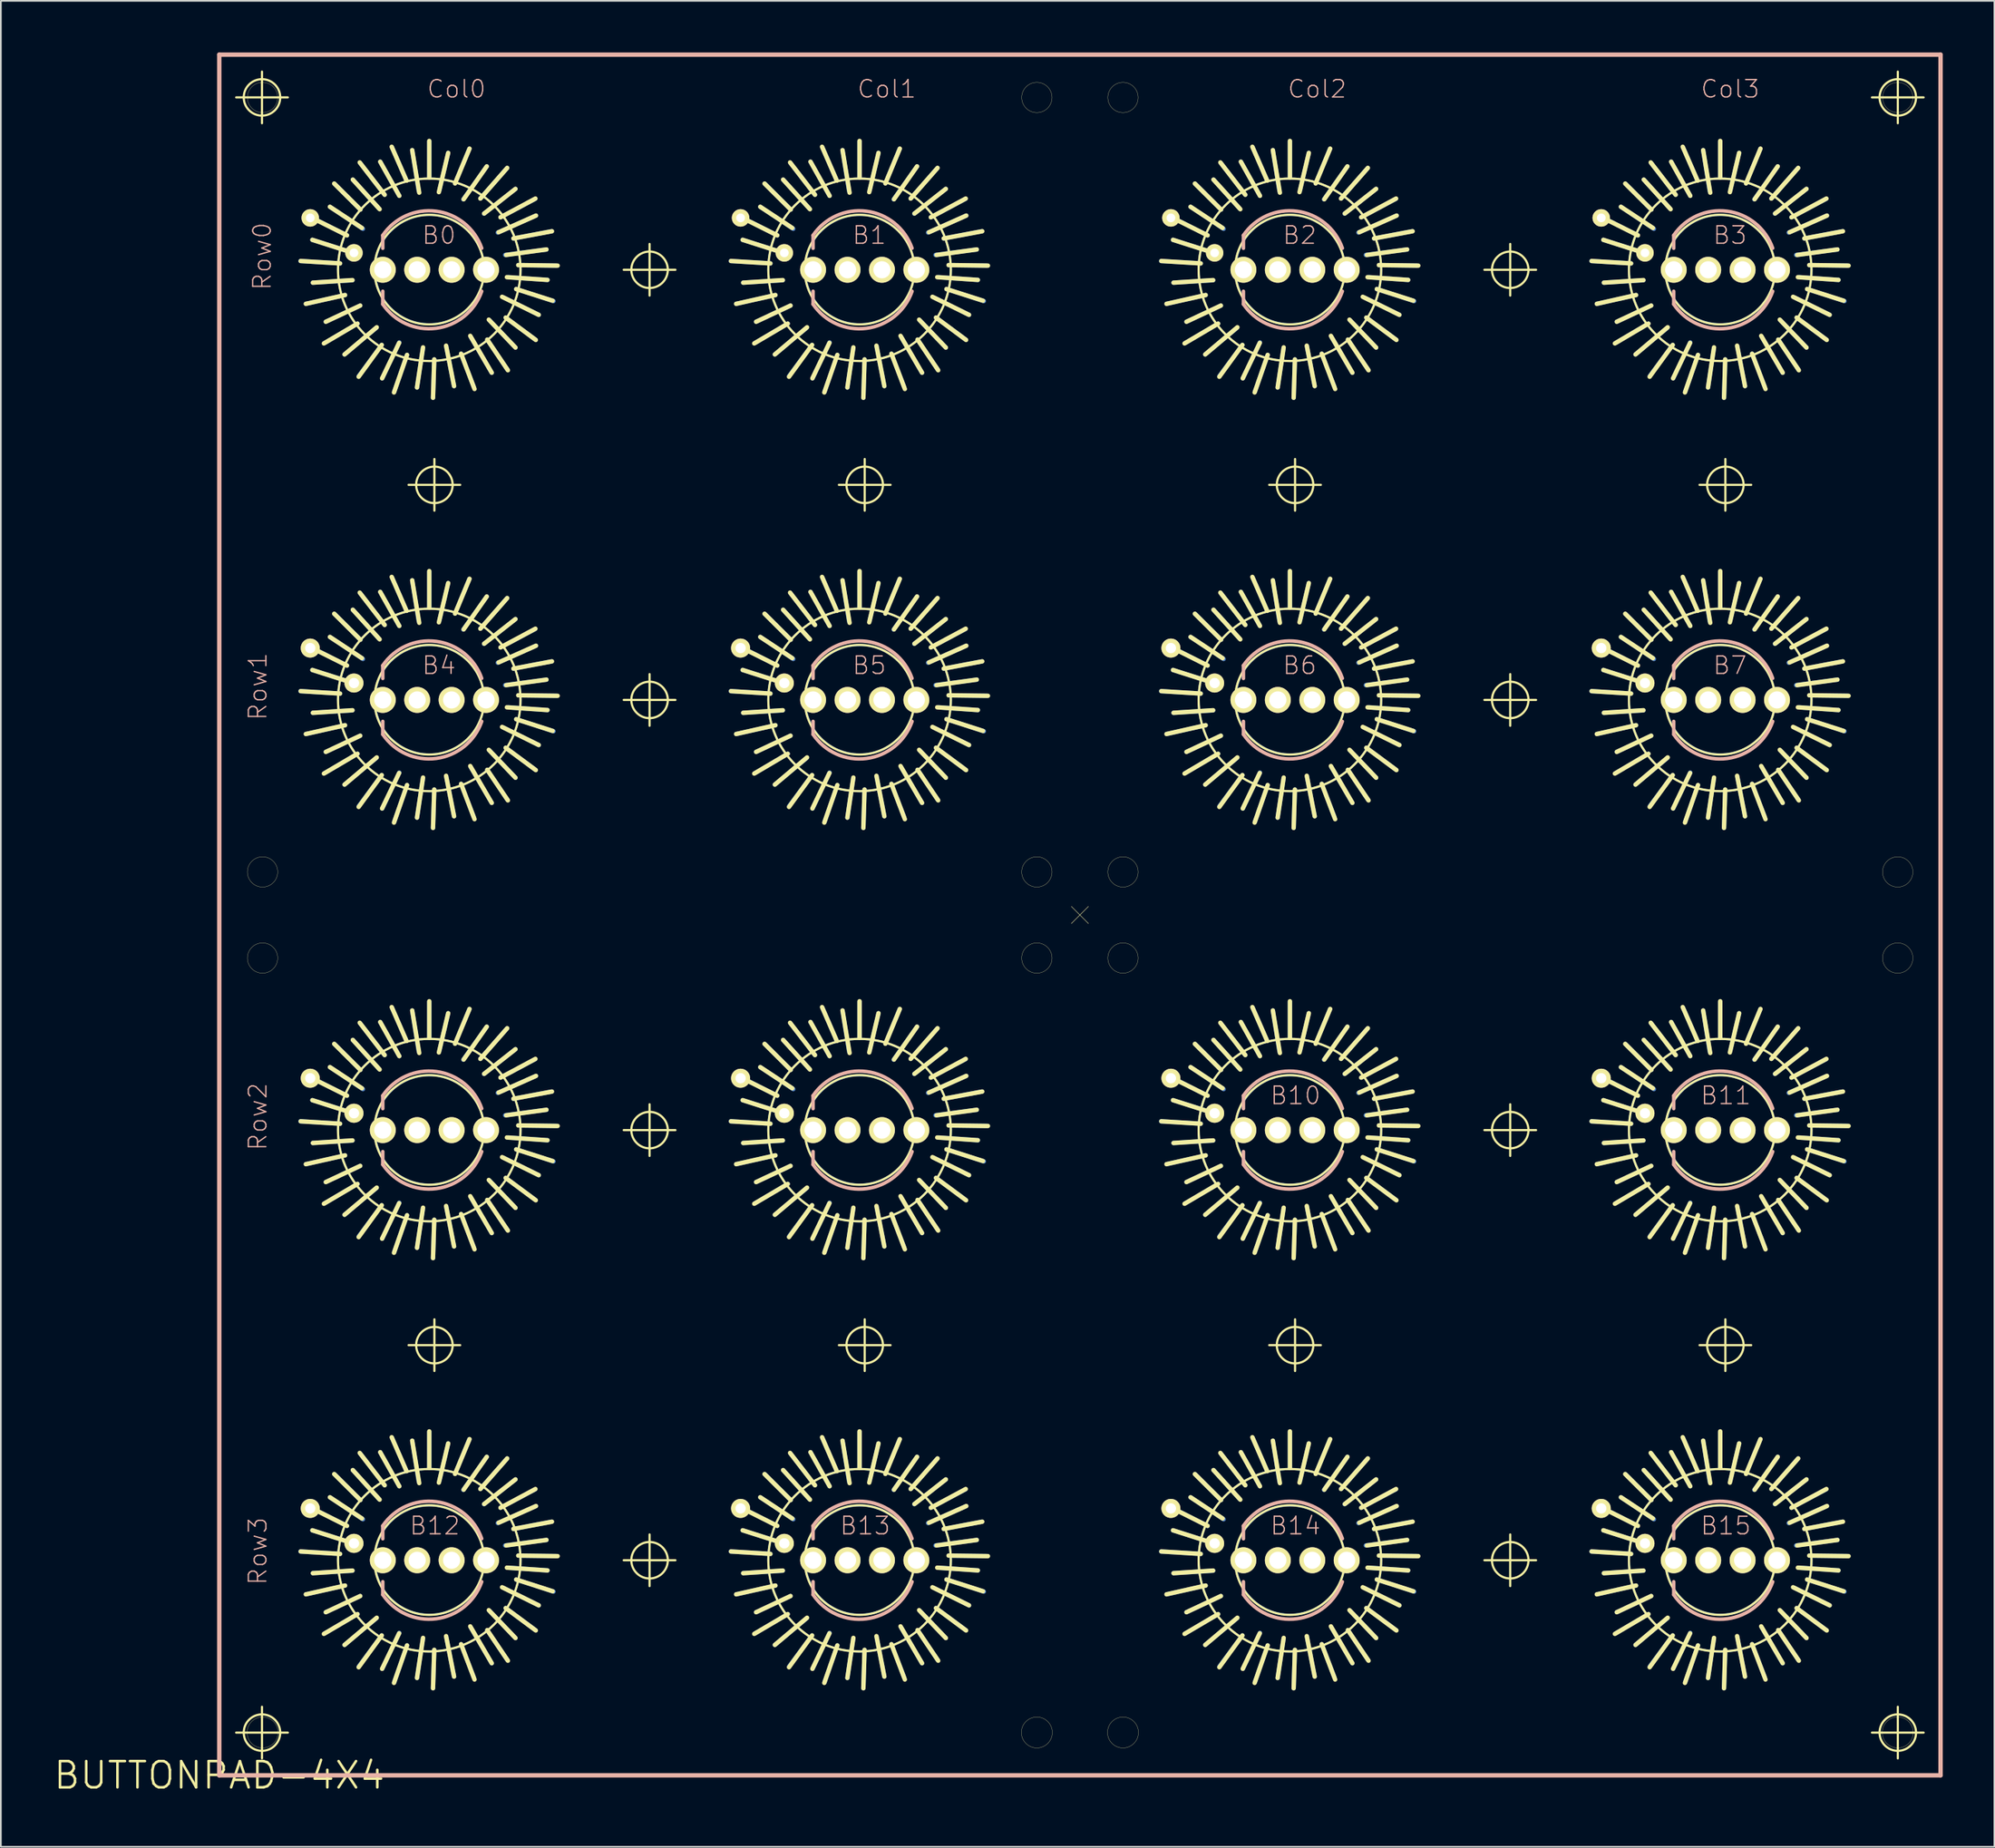
<source format=kicad_pcb>
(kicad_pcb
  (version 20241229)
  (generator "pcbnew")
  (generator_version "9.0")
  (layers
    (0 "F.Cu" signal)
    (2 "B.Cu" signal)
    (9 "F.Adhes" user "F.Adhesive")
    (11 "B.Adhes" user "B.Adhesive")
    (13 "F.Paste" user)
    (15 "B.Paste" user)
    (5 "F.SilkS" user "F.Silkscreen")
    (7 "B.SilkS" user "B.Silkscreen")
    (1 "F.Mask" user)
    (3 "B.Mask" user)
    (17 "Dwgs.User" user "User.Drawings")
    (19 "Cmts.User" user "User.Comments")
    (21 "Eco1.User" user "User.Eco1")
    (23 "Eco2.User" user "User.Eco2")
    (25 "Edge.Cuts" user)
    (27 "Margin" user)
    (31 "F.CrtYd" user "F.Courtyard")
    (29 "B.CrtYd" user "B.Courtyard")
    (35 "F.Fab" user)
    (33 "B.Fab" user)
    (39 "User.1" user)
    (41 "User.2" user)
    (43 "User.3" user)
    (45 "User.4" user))
  (footprint "BUTTONPAD-4X4"
    (layer "F.Cu")
    (at 9.688 100.127)
    (property "Reference" "BUTTONPAD-4X4" (at 0 0 0) (layer "F.SilkS") (effects (font (size 1.524 1.524) (thickness 0.15))))
    (attr exclude_from_pos_files exclude_from_bom)
    (fp_line (start 4.719 -88.008) (end 7.018 -87.869) (stroke (width 0.254) (type solid)) (layer "B.Cu"))
    (fp_line (start 4.719 -63.01) (end 7.018 -62.868) (stroke (width 0.254) (type solid)) (layer "B.Cu"))
    (fp_line (start 4.719 -38.009) (end 7.018 -37.869) (stroke (width 0.254) (type solid)) (layer "B.Cu"))
    (fp_line (start 4.719 -13.01) (end 7.018 -12.868) (stroke (width 0.254) (type solid)) (layer "B.Cu"))
    (fp_line (start 5.039 -85.519) (end 7.308 -86.03) (stroke (width 0.254) (type solid)) (layer "B.Cu"))
    (fp_line (start 5.039 -60.518) (end 7.308 -61.029) (stroke (width 0.254) (type solid)) (layer "B.Cu"))
    (fp_line (start 5.039 -35.519) (end 7.308 -36.03) (stroke (width 0.254) (type solid)) (layer "B.Cu"))
    (fp_line (start 5.039 -10.518) (end 7.308 -11.029) (stroke (width 0.254) (type solid)) (layer "B.Cu"))
    (fp_line (start 5.359 -90.538) (end 7.419 -89.499) (stroke (width 0.254) (type solid)) (layer "B.Cu"))
    (fp_line (start 5.359 -65.54) (end 7.419 -64.498) (stroke (width 0.254) (type solid)) (layer "B.Cu"))
    (fp_line (start 5.359 -40.538) (end 7.419 -39.5) (stroke (width 0.254) (type solid)) (layer "B.Cu"))
    (fp_line (start 5.359 -15.54) (end 7.419 -14.498) (stroke (width 0.254) (type solid)) (layer "B.Cu"))
    (fp_line (start 6.129 -83.249) (end 8.029 -84.369) (stroke (width 0.254) (type solid)) (layer "B.Cu"))
    (fp_line (start 6.129 -58.25) (end 8.029 -59.37) (stroke (width 0.254) (type solid)) (layer "B.Cu"))
    (fp_line (start 6.129 -33.249) (end 8.029 -34.369) (stroke (width 0.254) (type solid)) (layer "B.Cu"))
    (fp_line (start 6.129 -8.25) (end 8.029 -9.368) (stroke (width 0.254) (type solid)) (layer "B.Cu"))
    (fp_line (start 6.698 -92.499) (end 8.199 -90.998) (stroke (width 0.254) (type solid)) (layer "B.Cu"))
    (fp_line (start 6.698 -67.498) (end 8.199 -65.999) (stroke (width 0.254) (type solid)) (layer "B.Cu"))
    (fp_line (start 6.698 -42.499) (end 8.199 -40.998) (stroke (width 0.254) (type solid)) (layer "B.Cu"))
    (fp_line (start 6.698 -17.498) (end 8.199 -15.999) (stroke (width 0.254) (type solid)) (layer "B.Cu"))
    (fp_line (start 7.739 -88.499) (end 5.408 -89.238) (stroke (width 0.254) (type solid)) (layer "B.Cu"))
    (fp_line (start 7.739 -86.888) (end 5.438 -86.749) (stroke (width 0.254) (type solid)) (layer "B.Cu"))
    (fp_line (start 7.739 -63.5) (end 5.408 -64.239) (stroke (width 0.254) (type solid)) (layer "B.Cu"))
    (fp_line (start 7.739 -61.89) (end 5.438 -61.75) (stroke (width 0.254) (type solid)) (layer "B.Cu"))
    (fp_line (start 7.739 -38.499) (end 5.408 -39.238) (stroke (width 0.254) (type solid)) (layer "B.Cu"))
    (fp_line (start 7.739 -36.888) (end 5.438 -36.749) (stroke (width 0.254) (type solid)) (layer "B.Cu"))
    (fp_line (start 7.739 -13.498) (end 5.408 -14.239) (stroke (width 0.254) (type solid)) (layer "B.Cu"))
    (fp_line (start 7.739 -11.89) (end 5.438 -11.748) (stroke (width 0.254) (type solid)) (layer "B.Cu"))
    (fp_line (start 8.108 -81.328) (end 9.439 -83.129) (stroke (width 0.254) (type solid)) (layer "B.Cu"))
    (fp_line (start 8.108 -56.33) (end 9.439 -58.128) (stroke (width 0.254) (type solid)) (layer "B.Cu"))
    (fp_line (start 8.108 -31.328) (end 9.439 -33.129) (stroke (width 0.254) (type solid)) (layer "B.Cu"))
    (fp_line (start 8.108 -6.33) (end 9.439 -8.128) (stroke (width 0.254) (type solid)) (layer "B.Cu"))
    (fp_line (start 8.189 -93.698) (end 9.609 -91.859) (stroke (width 0.254) (type solid)) (layer "B.Cu"))
    (fp_line (start 8.189 -85.418) (end 6.19 -84.478) (stroke (width 0.254) (type solid)) (layer "B.Cu"))
    (fp_line (start 8.189 -68.699) (end 9.609 -66.858) (stroke (width 0.254) (type solid)) (layer "B.Cu"))
    (fp_line (start 8.189 -60.419) (end 6.19 -59.479) (stroke (width 0.254) (type solid)) (layer "B.Cu"))
    (fp_line (start 8.189 -43.698) (end 9.609 -41.859) (stroke (width 0.254) (type solid)) (layer "B.Cu"))
    (fp_line (start 8.189 -35.418) (end 6.19 -34.478) (stroke (width 0.254) (type solid)) (layer "B.Cu"))
    (fp_line (start 8.189 -18.699) (end 9.609 -16.858) (stroke (width 0.254) (type solid)) (layer "B.Cu"))
    (fp_line (start 8.189 -10.419) (end 6.19 -9.479) (stroke (width 0.254) (type solid)) (layer "B.Cu"))
    (fp_line (start 8.349 -89.878) (end 6.429 -91.158) (stroke (width 0.254) (type solid)) (layer "B.Cu"))
    (fp_line (start 8.349 -64.879) (end 6.429 -66.159) (stroke (width 0.254) (type solid)) (layer "B.Cu"))
    (fp_line (start 8.349 -39.878) (end 6.429 -41.158) (stroke (width 0.254) (type solid)) (layer "B.Cu"))
    (fp_line (start 8.349 -14.879) (end 6.429 -16.159) (stroke (width 0.254) (type solid)) (layer "B.Cu"))
    (fp_line (start 9.129 -84.13) (end 7.28 -82.578) (stroke (width 0.254) (type solid)) (layer "B.Cu"))
    (fp_line (start 9.129 -59.129) (end 7.28 -57.579) (stroke (width 0.254) (type solid)) (layer "B.Cu"))
    (fp_line (start 9.129 -34.13) (end 7.28 -32.578) (stroke (width 0.254) (type solid)) (layer "B.Cu"))
    (fp_line (start 9.129 -9.129) (end 7.28 -7.579) (stroke (width 0.254) (type solid)) (layer "B.Cu"))
    (fp_line (start 9.289 -91.049) (end 7.76 -92.738) (stroke (width 0.254) (type solid)) (layer "B.Cu"))
    (fp_line (start 9.289 -66.048) (end 7.76 -67.739) (stroke (width 0.254) (type solid)) (layer "B.Cu"))
    (fp_line (start 9.289 -41.049) (end 7.76 -42.738) (stroke (width 0.254) (type solid)) (layer "B.Cu"))
    (fp_line (start 9.289 -16.048) (end 7.76 -17.739) (stroke (width 0.254) (type solid)) (layer "B.Cu"))
    (fp_line (start 10.038 -94.61) (end 10.879 -92.68) (stroke (width 0.254) (type solid)) (layer "B.Cu"))
    (fp_line (start 10.038 -69.609) (end 10.879 -67.678) (stroke (width 0.254) (type solid)) (layer "B.Cu"))
    (fp_line (start 10.038 -44.607) (end 10.879 -42.68) (stroke (width 0.254) (type solid)) (layer "B.Cu"))
    (fp_line (start 10.038 -19.609) (end 10.879 -17.678) (stroke (width 0.254) (type solid)) (layer "B.Cu"))
    (fp_line (start 10.168 -80.419) (end 10.909 -82.55) (stroke (width 0.254) (type solid)) (layer "B.Cu"))
    (fp_line (start 10.168 -55.418) (end 10.909 -57.549) (stroke (width 0.254) (type solid)) (layer "B.Cu"))
    (fp_line (start 10.168 -30.419) (end 10.909 -32.548) (stroke (width 0.254) (type solid)) (layer "B.Cu"))
    (fp_line (start 10.168 -5.418) (end 10.909 -7.549) (stroke (width 0.254) (type solid)) (layer "B.Cu"))
    (fp_line (start 10.46 -91.798) (end 9.35 -93.779) (stroke (width 0.254) (type solid)) (layer "B.Cu"))
    (fp_line (start 10.46 -83.279) (end 9.469 -81.189) (stroke (width 0.254) (type solid)) (layer "B.Cu"))
    (fp_line (start 10.46 -66.799) (end 9.35 -68.778) (stroke (width 0.254) (type solid)) (layer "B.Cu"))
    (fp_line (start 10.46 -58.278) (end 9.469 -56.19) (stroke (width 0.254) (type solid)) (layer "B.Cu"))
    (fp_line (start 10.46 -41.798) (end 9.35 -43.779) (stroke (width 0.254) (type solid)) (layer "B.Cu"))
    (fp_line (start 10.46 -33.279) (end 9.469 -31.189) (stroke (width 0.254) (type solid)) (layer "B.Cu"))
    (fp_line (start 10.46 -16.8) (end 9.35 -18.778) (stroke (width 0.254) (type solid)) (layer "B.Cu"))
    (fp_line (start 10.46 -8.278) (end 9.469 -6.19) (stroke (width 0.254) (type solid)) (layer "B.Cu"))
    (fp_line (start 11.587 -92.07) (end 11.209 -94.45) (stroke (width 0.254) (type solid)) (layer "B.Cu"))
    (fp_line (start 11.587 -67.069) (end 11.209 -69.449) (stroke (width 0.254) (type solid)) (layer "B.Cu"))
    (fp_line (start 11.587 -42.067) (end 11.209 -44.45) (stroke (width 0.254) (type solid)) (layer "B.Cu"))
    (fp_line (start 11.587 -17.069) (end 11.209 -19.449) (stroke (width 0.254) (type solid)) (layer "B.Cu"))
    (fp_line (start 11.829 -82.928) (end 11.488 -80.658) (stroke (width 0.254) (type solid)) (layer "B.Cu"))
    (fp_line (start 11.829 -57.93) (end 11.488 -55.659) (stroke (width 0.254) (type solid)) (layer "B.Cu"))
    (fp_line (start 11.829 -32.929) (end 11.488 -30.658) (stroke (width 0.254) (type solid)) (layer "B.Cu"))
    (fp_line (start 11.829 -7.93) (end 11.488 -5.659) (stroke (width 0.254) (type solid)) (layer "B.Cu"))
    (fp_line (start 12.2 -94.958) (end 12.2 -92.867) (stroke (width 0.254) (type solid)) (layer "B.Cu"))
    (fp_line (start 12.2 -69.959) (end 12.2 -67.869) (stroke (width 0.254) (type solid)) (layer "B.Cu"))
    (fp_line (start 12.2 -44.958) (end 12.2 -42.868) (stroke (width 0.254) (type solid)) (layer "B.Cu"))
    (fp_line (start 12.2 -19.959) (end 12.2 -17.869) (stroke (width 0.254) (type solid)) (layer "B.Cu"))
    (fp_line (start 12.418 -80.058) (end 12.489 -82.288) (stroke (width 0.254) (type solid)) (layer "B.Cu"))
    (fp_line (start 12.418 -55.06) (end 12.489 -57.29) (stroke (width 0.254) (type solid)) (layer "B.Cu"))
    (fp_line (start 12.418 -30.058) (end 12.489 -32.288) (stroke (width 0.254) (type solid)) (layer "B.Cu"))
    (fp_line (start 12.418 -5.06) (end 12.489 -7.29) (stroke (width 0.254) (type solid)) (layer "B.Cu"))
    (fp_line (start 12.789 -92.118) (end 13.299 -94.29) (stroke (width 0.254) (type solid)) (layer "B.Cu"))
    (fp_line (start 12.789 -67.12) (end 13.299 -69.289) (stroke (width 0.254) (type solid)) (layer "B.Cu"))
    (fp_line (start 12.789 -42.118) (end 13.299 -44.29) (stroke (width 0.254) (type solid)) (layer "B.Cu"))
    (fp_line (start 12.789 -17.12) (end 13.299 -19.289) (stroke (width 0.254) (type solid)) (layer "B.Cu"))
    (fp_line (start 13.188 -83.038) (end 13.64 -80.739) (stroke (width 0.254) (type solid)) (layer "B.Cu"))
    (fp_line (start 13.188 -58.039) (end 13.64 -55.738) (stroke (width 0.254) (type solid)) (layer "B.Cu"))
    (fp_line (start 13.188 -33.038) (end 13.64 -30.739) (stroke (width 0.254) (type solid)) (layer "B.Cu"))
    (fp_line (start 13.188 -8.039) (end 13.64 -5.738) (stroke (width 0.254) (type solid)) (layer "B.Cu"))
    (fp_line (start 14.178 -91.59) (end 15.54 -93.508) (stroke (width 0.254) (type solid)) (layer "B.Cu"))
    (fp_line (start 14.178 -66.589) (end 15.54 -68.509) (stroke (width 0.254) (type solid)) (layer "B.Cu"))
    (fp_line (start 14.178 -41.59) (end 15.54 -43.508) (stroke (width 0.254) (type solid)) (layer "B.Cu"))
    (fp_line (start 14.178 -16.589) (end 15.54 -18.509) (stroke (width 0.254) (type solid)) (layer "B.Cu"))
    (fp_line (start 14.529 -94.529) (end 13.698 -92.519) (stroke (width 0.254) (type solid)) (layer "B.Cu"))
    (fp_line (start 14.529 -69.53) (end 13.698 -67.518) (stroke (width 0.254) (type solid)) (layer "B.Cu"))
    (fp_line (start 14.529 -44.529) (end 13.698 -42.52) (stroke (width 0.254) (type solid)) (layer "B.Cu"))
    (fp_line (start 14.529 -19.528) (end 13.698 -17.518) (stroke (width 0.254) (type solid)) (layer "B.Cu"))
    (fp_line (start 14.608 -83.599) (end 15.829 -81.509) (stroke (width 0.254) (type solid)) (layer "B.Cu"))
    (fp_line (start 14.608 -58.598) (end 15.829 -56.51) (stroke (width 0.254) (type solid)) (layer "B.Cu"))
    (fp_line (start 14.608 -33.599) (end 15.829 -31.509) (stroke (width 0.254) (type solid)) (layer "B.Cu"))
    (fp_line (start 14.608 -8.598) (end 15.829 -6.507) (stroke (width 0.254) (type solid)) (layer "B.Cu"))
    (fp_line (start 14.788 -80.688) (end 14.049 -82.619) (stroke (width 0.254) (type solid)) (layer "B.Cu"))
    (fp_line (start 14.788 -55.69) (end 14.049 -57.62) (stroke (width 0.254) (type solid)) (layer "B.Cu"))
    (fp_line (start 14.788 -30.688) (end 14.049 -32.619) (stroke (width 0.254) (type solid)) (layer "B.Cu"))
    (fp_line (start 14.788 -5.69) (end 14.049 -7.62) (stroke (width 0.254) (type solid)) (layer "B.Cu"))
    (fp_line (start 15.38 -90.759) (end 17.209 -92.199) (stroke (width 0.254) (type solid)) (layer "B.Cu"))
    (fp_line (start 15.38 -65.758) (end 17.209 -67.198) (stroke (width 0.254) (type solid)) (layer "B.Cu"))
    (fp_line (start 15.38 -40.759) (end 17.209 -42.2) (stroke (width 0.254) (type solid)) (layer "B.Cu"))
    (fp_line (start 15.38 -15.758) (end 17.209 -17.198) (stroke (width 0.254) (type solid)) (layer "B.Cu"))
    (fp_line (start 15.7 -84.559) (end 17.209 -82.979) (stroke (width 0.254) (type solid)) (layer "B.Cu"))
    (fp_line (start 15.7 -59.558) (end 17.209 -57.978) (stroke (width 0.254) (type solid)) (layer "B.Cu"))
    (fp_line (start 15.7 -34.559) (end 17.209 -32.979) (stroke (width 0.254) (type solid)) (layer "B.Cu"))
    (fp_line (start 15.7 -9.558) (end 17.209 -7.978) (stroke (width 0.254) (type solid)) (layer "B.Cu"))
    (fp_line (start 16.18 -89.659) (end 18.4 -90.648) (stroke (width 0.254) (type solid)) (layer "B.Cu"))
    (fp_line (start 16.18 -64.658) (end 18.4 -65.649) (stroke (width 0.254) (type solid)) (layer "B.Cu"))
    (fp_line (start 16.18 -39.66) (end 18.4 -40.648) (stroke (width 0.254) (type solid)) (layer "B.Cu"))
    (fp_line (start 16.18 -14.658) (end 18.4 -15.649) (stroke (width 0.254) (type solid)) (layer "B.Cu"))
    (fp_line (start 16.5 -85.898) (end 18.56 -84.879) (stroke (width 0.254) (type solid)) (layer "B.Cu"))
    (fp_line (start 16.5 -60.899) (end 18.56 -59.878) (stroke (width 0.254) (type solid)) (layer "B.Cu"))
    (fp_line (start 16.5 -35.898) (end 18.56 -34.879) (stroke (width 0.254) (type solid)) (layer "B.Cu"))
    (fp_line (start 16.5 -10.899) (end 18.56 -9.878) (stroke (width 0.254) (type solid)) (layer "B.Cu"))
    (fp_line (start 16.609 -88.359) (end 19.009 -88.679) (stroke (width 0.254) (type solid)) (layer "B.Cu"))
    (fp_line (start 16.609 -63.358) (end 19.009 -63.678) (stroke (width 0.254) (type solid)) (layer "B.Cu"))
    (fp_line (start 16.609 -38.359) (end 19.009 -38.679) (stroke (width 0.254) (type solid)) (layer "B.Cu"))
    (fp_line (start 16.609 -13.358) (end 19.009 -13.678) (stroke (width 0.254) (type solid)) (layer "B.Cu"))
    (fp_line (start 16.718 -93.409) (end 15.169 -91.638) (stroke (width 0.254) (type solid)) (layer "B.Cu"))
    (fp_line (start 16.718 -68.41) (end 15.169 -66.639) (stroke (width 0.254) (type solid)) (layer "B.Cu"))
    (fp_line (start 16.718 -43.409) (end 15.169 -41.638) (stroke (width 0.254) (type solid)) (layer "B.Cu"))
    (fp_line (start 16.718 -18.41) (end 15.169 -16.64) (stroke (width 0.254) (type solid)) (layer "B.Cu"))
    (fp_line (start 16.739 -81.699) (end 15.568 -83.439) (stroke (width 0.254) (type solid)) (layer "B.Cu"))
    (fp_line (start 16.739 -56.698) (end 15.568 -58.438) (stroke (width 0.254) (type solid)) (layer "B.Cu"))
    (fp_line (start 16.739 -31.699) (end 15.568 -33.439) (stroke (width 0.254) (type solid)) (layer "B.Cu"))
    (fp_line (start 16.739 -6.698) (end 15.568 -8.438) (stroke (width 0.254) (type solid)) (layer "B.Cu"))
    (fp_line (start 16.8 -87.069) (end 19.068 -86.909) (stroke (width 0.254) (type solid)) (layer "B.Cu"))
    (fp_line (start 16.8 -62.07) (end 19.068 -61.91) (stroke (width 0.254) (type solid)) (layer "B.Cu"))
    (fp_line (start 16.8 -37.069) (end 19.068 -36.909) (stroke (width 0.254) (type solid)) (layer "B.Cu"))
    (fp_line (start 16.8 -12.068) (end 19.068 -11.908) (stroke (width 0.254) (type solid)) (layer "B.Cu"))
    (fp_line (start 18.349 -91.618) (end 16.34 -90.548) (stroke (width 0.254) (type solid)) (layer "B.Cu"))
    (fp_line (start 18.349 -66.619) (end 16.34 -65.55) (stroke (width 0.254) (type solid)) (layer "B.Cu"))
    (fp_line (start 18.349 -41.618) (end 16.34 -40.549) (stroke (width 0.254) (type solid)) (layer "B.Cu"))
    (fp_line (start 18.349 -16.619) (end 16.34 -15.55) (stroke (width 0.254) (type solid)) (layer "B.Cu"))
    (fp_line (start 18.369 -83.439) (end 16.64 -84.719) (stroke (width 0.254) (type solid)) (layer "B.Cu"))
    (fp_line (start 18.369 -58.438) (end 16.64 -59.718) (stroke (width 0.254) (type solid)) (layer "B.Cu"))
    (fp_line (start 18.369 -33.439) (end 16.64 -34.719) (stroke (width 0.254) (type solid)) (layer "B.Cu"))
    (fp_line (start 18.369 -8.438) (end 16.64 -9.718) (stroke (width 0.254) (type solid)) (layer "B.Cu"))
    (fp_line (start 19.309 -89.738) (end 17.089 -89.319) (stroke (width 0.254) (type solid)) (layer "B.Cu"))
    (fp_line (start 19.309 -64.74) (end 17.089 -64.318) (stroke (width 0.254) (type solid)) (layer "B.Cu"))
    (fp_line (start 19.309 -39.738) (end 17.089 -39.319) (stroke (width 0.254) (type solid)) (layer "B.Cu"))
    (fp_line (start 19.309 -14.74) (end 17.089 -14.318) (stroke (width 0.254) (type solid)) (layer "B.Cu"))
    (fp_line (start 19.418 -85.679) (end 17.249 -86.378) (stroke (width 0.254) (type solid)) (layer "B.Cu"))
    (fp_line (start 19.418 -60.678) (end 17.249 -61.379) (stroke (width 0.254) (type solid)) (layer "B.Cu"))
    (fp_line (start 19.418 -35.679) (end 17.249 -36.378) (stroke (width 0.254) (type solid)) (layer "B.Cu"))
    (fp_line (start 19.418 -10.678) (end 17.249 -11.379) (stroke (width 0.254) (type solid)) (layer "B.Cu"))
    (fp_line (start 19.578 -87.739) (end 17.379 -87.77) (stroke (width 0.254) (type solid)) (layer "B.Cu"))
    (fp_line (start 19.578 -62.738) (end 17.379 -62.768) (stroke (width 0.254) (type solid)) (layer "B.Cu"))
    (fp_line (start 19.578 -37.739) (end 17.379 -37.77) (stroke (width 0.254) (type solid)) (layer "B.Cu"))
    (fp_line (start 19.578 -12.738) (end 17.379 -12.769) (stroke (width 0.254) (type solid)) (layer "B.Cu"))
    (fp_line (start 29.718 -88.008) (end 32.019 -87.869) (stroke (width 0.254) (type solid)) (layer "B.Cu"))
    (fp_line (start 29.718 -63.01) (end 32.019 -62.868) (stroke (width 0.254) (type solid)) (layer "B.Cu"))
    (fp_line (start 29.718 -38.009) (end 32.019 -37.869) (stroke (width 0.254) (type solid)) (layer "B.Cu"))
    (fp_line (start 29.718 -13.01) (end 32.019 -12.868) (stroke (width 0.254) (type solid)) (layer "B.Cu"))
    (fp_line (start 30.038 -85.519) (end 32.309 -86.03) (stroke (width 0.254) (type solid)) (layer "B.Cu"))
    (fp_line (start 30.038 -60.518) (end 32.309 -61.029) (stroke (width 0.254) (type solid)) (layer "B.Cu"))
    (fp_line (start 30.038 -35.519) (end 32.309 -36.03) (stroke (width 0.254) (type solid)) (layer "B.Cu"))
    (fp_line (start 30.038 -10.518) (end 32.309 -11.029) (stroke (width 0.254) (type solid)) (layer "B.Cu"))
    (fp_line (start 30.358 -90.538) (end 32.418 -89.499) (stroke (width 0.254) (type solid)) (layer "B.Cu"))
    (fp_line (start 30.358 -65.54) (end 32.418 -64.498) (stroke (width 0.254) (type solid)) (layer "B.Cu"))
    (fp_line (start 30.358 -40.538) (end 32.418 -39.5) (stroke (width 0.254) (type solid)) (layer "B.Cu"))
    (fp_line (start 30.358 -15.54) (end 32.418 -14.498) (stroke (width 0.254) (type solid)) (layer "B.Cu"))
    (fp_line (start 31.128 -83.249) (end 33.028 -84.369) (stroke (width 0.254) (type solid)) (layer "B.Cu"))
    (fp_line (start 31.128 -58.25) (end 33.028 -59.37) (stroke (width 0.254) (type solid)) (layer "B.Cu"))
    (fp_line (start 31.128 -33.249) (end 33.028 -34.369) (stroke (width 0.254) (type solid)) (layer "B.Cu"))
    (fp_line (start 31.128 -8.25) (end 33.028 -9.368) (stroke (width 0.254) (type solid)) (layer "B.Cu"))
    (fp_line (start 31.699 -92.499) (end 33.198 -90.998) (stroke (width 0.254) (type solid)) (layer "B.Cu"))
    (fp_line (start 31.699 -67.498) (end 33.198 -65.999) (stroke (width 0.254) (type solid)) (layer "B.Cu"))
    (fp_line (start 31.699 -42.499) (end 33.198 -40.998) (stroke (width 0.254) (type solid)) (layer "B.Cu"))
    (fp_line (start 31.699 -17.498) (end 33.198 -15.999) (stroke (width 0.254) (type solid)) (layer "B.Cu"))
    (fp_line (start 32.738 -88.499) (end 30.409 -89.238) (stroke (width 0.254) (type solid)) (layer "B.Cu"))
    (fp_line (start 32.738 -86.888) (end 30.439 -86.749) (stroke (width 0.254) (type solid)) (layer "B.Cu"))
    (fp_line (start 32.738 -63.5) (end 30.409 -64.239) (stroke (width 0.254) (type solid)) (layer "B.Cu"))
    (fp_line (start 32.738 -61.89) (end 30.439 -61.75) (stroke (width 0.254) (type solid)) (layer "B.Cu"))
    (fp_line (start 32.738 -38.499) (end 30.409 -39.238) (stroke (width 0.254) (type solid)) (layer "B.Cu"))
    (fp_line (start 32.738 -36.888) (end 30.439 -36.749) (stroke (width 0.254) (type solid)) (layer "B.Cu"))
    (fp_line (start 32.738 -13.498) (end 30.409 -14.239) (stroke (width 0.254) (type solid)) (layer "B.Cu"))
    (fp_line (start 32.738 -11.89) (end 30.439 -11.748) (stroke (width 0.254) (type solid)) (layer "B.Cu"))
    (fp_line (start 33.109 -81.328) (end 34.44 -83.129) (stroke (width 0.254) (type solid)) (layer "B.Cu"))
    (fp_line (start 33.109 -56.33) (end 34.44 -58.128) (stroke (width 0.254) (type solid)) (layer "B.Cu"))
    (fp_line (start 33.109 -31.328) (end 34.44 -33.129) (stroke (width 0.254) (type solid)) (layer "B.Cu"))
    (fp_line (start 33.109 -6.33) (end 34.44 -8.128) (stroke (width 0.254) (type solid)) (layer "B.Cu"))
    (fp_line (start 33.188 -93.698) (end 34.608 -91.859) (stroke (width 0.254) (type solid)) (layer "B.Cu"))
    (fp_line (start 33.188 -85.418) (end 31.189 -84.478) (stroke (width 0.254) (type solid)) (layer "B.Cu"))
    (fp_line (start 33.188 -68.699) (end 34.608 -66.858) (stroke (width 0.254) (type solid)) (layer "B.Cu"))
    (fp_line (start 33.188 -60.419) (end 31.189 -59.479) (stroke (width 0.254) (type solid)) (layer "B.Cu"))
    (fp_line (start 33.188 -43.698) (end 34.608 -41.859) (stroke (width 0.254) (type solid)) (layer "B.Cu"))
    (fp_line (start 33.188 -35.418) (end 31.189 -34.478) (stroke (width 0.254) (type solid)) (layer "B.Cu"))
    (fp_line (start 33.188 -18.699) (end 34.608 -16.858) (stroke (width 0.254) (type solid)) (layer "B.Cu"))
    (fp_line (start 33.188 -10.419) (end 31.189 -9.479) (stroke (width 0.254) (type solid)) (layer "B.Cu"))
    (fp_line (start 33.348 -89.878) (end 31.43 -91.158) (stroke (width 0.254) (type solid)) (layer "B.Cu"))
    (fp_line (start 33.348 -64.879) (end 31.43 -66.159) (stroke (width 0.254) (type solid)) (layer "B.Cu"))
    (fp_line (start 33.348 -39.878) (end 31.43 -41.158) (stroke (width 0.254) (type solid)) (layer "B.Cu"))
    (fp_line (start 33.348 -14.879) (end 31.43 -16.159) (stroke (width 0.254) (type solid)) (layer "B.Cu"))
    (fp_line (start 34.13 -84.13) (end 32.278 -82.578) (stroke (width 0.254) (type solid)) (layer "B.Cu"))
    (fp_line (start 34.13 -59.129) (end 32.278 -57.579) (stroke (width 0.254) (type solid)) (layer "B.Cu"))
    (fp_line (start 34.13 -34.13) (end 32.278 -32.578) (stroke (width 0.254) (type solid)) (layer "B.Cu"))
    (fp_line (start 34.13 -9.129) (end 32.278 -7.579) (stroke (width 0.254) (type solid)) (layer "B.Cu"))
    (fp_line (start 34.29 -91.049) (end 32.758 -92.738) (stroke (width 0.254) (type solid)) (layer "B.Cu"))
    (fp_line (start 34.29 -66.048) (end 32.758 -67.739) (stroke (width 0.254) (type solid)) (layer "B.Cu"))
    (fp_line (start 34.29 -41.049) (end 32.758 -42.738) (stroke (width 0.254) (type solid)) (layer "B.Cu"))
    (fp_line (start 34.29 -16.048) (end 32.758 -17.739) (stroke (width 0.254) (type solid)) (layer "B.Cu"))
    (fp_line (start 35.039 -94.61) (end 35.877 -92.68) (stroke (width 0.254) (type solid)) (layer "B.Cu"))
    (fp_line (start 35.039 -69.609) (end 35.877 -67.678) (stroke (width 0.254) (type solid)) (layer "B.Cu"))
    (fp_line (start 35.039 -44.607) (end 35.877 -42.68) (stroke (width 0.254) (type solid)) (layer "B.Cu"))
    (fp_line (start 35.039 -19.609) (end 35.877 -17.678) (stroke (width 0.254) (type solid)) (layer "B.Cu"))
    (fp_line (start 35.169 -80.419) (end 35.908 -82.55) (stroke (width 0.254) (type solid)) (layer "B.Cu"))
    (fp_line (start 35.169 -55.418) (end 35.908 -57.549) (stroke (width 0.254) (type solid)) (layer "B.Cu"))
    (fp_line (start 35.169 -30.419) (end 35.908 -32.548) (stroke (width 0.254) (type solid)) (layer "B.Cu"))
    (fp_line (start 35.169 -5.418) (end 35.908 -7.549) (stroke (width 0.254) (type solid)) (layer "B.Cu"))
    (fp_line (start 35.458 -91.798) (end 34.348 -93.779) (stroke (width 0.254) (type solid)) (layer "B.Cu"))
    (fp_line (start 35.458 -83.279) (end 34.468 -81.189) (stroke (width 0.254) (type solid)) (layer "B.Cu"))
    (fp_line (start 35.458 -66.799) (end 34.348 -68.778) (stroke (width 0.254) (type solid)) (layer "B.Cu"))
    (fp_line (start 35.458 -58.278) (end 34.468 -56.19) (stroke (width 0.254) (type solid)) (layer "B.Cu"))
    (fp_line (start 35.458 -41.798) (end 34.348 -43.779) (stroke (width 0.254) (type solid)) (layer "B.Cu"))
    (fp_line (start 35.458 -33.279) (end 34.468 -31.189) (stroke (width 0.254) (type solid)) (layer "B.Cu"))
    (fp_line (start 35.458 -16.8) (end 34.348 -18.778) (stroke (width 0.254) (type solid)) (layer "B.Cu"))
    (fp_line (start 35.458 -8.278) (end 34.468 -6.19) (stroke (width 0.254) (type solid)) (layer "B.Cu"))
    (fp_line (start 36.589 -92.07) (end 36.208 -94.45) (stroke (width 0.254) (type solid)) (layer "B.Cu"))
    (fp_line (start 36.589 -67.069) (end 36.208 -69.449) (stroke (width 0.254) (type solid)) (layer "B.Cu"))
    (fp_line (start 36.589 -42.067) (end 36.208 -44.45) (stroke (width 0.254) (type solid)) (layer "B.Cu"))
    (fp_line (start 36.589 -17.069) (end 36.208 -19.449) (stroke (width 0.254) (type solid)) (layer "B.Cu"))
    (fp_line (start 36.83 -82.928) (end 36.49 -80.658) (stroke (width 0.254) (type solid)) (layer "B.Cu"))
    (fp_line (start 36.83 -57.93) (end 36.49 -55.659) (stroke (width 0.254) (type solid)) (layer "B.Cu"))
    (fp_line (start 36.83 -32.929) (end 36.49 -30.658) (stroke (width 0.254) (type solid)) (layer "B.Cu"))
    (fp_line (start 36.83 -7.93) (end 36.49 -5.659) (stroke (width 0.254) (type solid)) (layer "B.Cu"))
    (fp_line (start 37.198 -94.958) (end 37.198 -92.867) (stroke (width 0.254) (type solid)) (layer "B.Cu"))
    (fp_line (start 37.198 -69.959) (end 37.198 -67.869) (stroke (width 0.254) (type solid)) (layer "B.Cu"))
    (fp_line (start 37.198 -44.958) (end 37.198 -42.868) (stroke (width 0.254) (type solid)) (layer "B.Cu"))
    (fp_line (start 37.198 -19.959) (end 37.198 -17.869) (stroke (width 0.254) (type solid)) (layer "B.Cu"))
    (fp_line (start 37.419 -80.058) (end 37.488 -82.288) (stroke (width 0.254) (type solid)) (layer "B.Cu"))
    (fp_line (start 37.419 -55.06) (end 37.488 -57.29) (stroke (width 0.254) (type solid)) (layer "B.Cu"))
    (fp_line (start 37.419 -30.058) (end 37.488 -32.288) (stroke (width 0.254) (type solid)) (layer "B.Cu"))
    (fp_line (start 37.419 -5.06) (end 37.488 -7.29) (stroke (width 0.254) (type solid)) (layer "B.Cu"))
    (fp_line (start 37.788 -92.118) (end 38.298 -94.29) (stroke (width 0.254) (type solid)) (layer "B.Cu"))
    (fp_line (start 37.788 -67.12) (end 38.298 -69.289) (stroke (width 0.254) (type solid)) (layer "B.Cu"))
    (fp_line (start 37.788 -42.118) (end 38.298 -44.29) (stroke (width 0.254) (type solid)) (layer "B.Cu"))
    (fp_line (start 37.788 -17.12) (end 38.298 -19.289) (stroke (width 0.254) (type solid)) (layer "B.Cu"))
    (fp_line (start 38.189 -83.038) (end 38.638 -80.739) (stroke (width 0.254) (type solid)) (layer "B.Cu"))
    (fp_line (start 38.189 -58.039) (end 38.638 -55.738) (stroke (width 0.254) (type solid)) (layer "B.Cu"))
    (fp_line (start 38.189 -33.038) (end 38.638 -30.739) (stroke (width 0.254) (type solid)) (layer "B.Cu"))
    (fp_line (start 38.189 -8.039) (end 38.638 -5.738) (stroke (width 0.254) (type solid)) (layer "B.Cu"))
    (fp_line (start 39.179 -91.59) (end 40.538 -93.508) (stroke (width 0.254) (type solid)) (layer "B.Cu"))
    (fp_line (start 39.179 -66.589) (end 40.538 -68.509) (stroke (width 0.254) (type solid)) (layer "B.Cu"))
    (fp_line (start 39.179 -41.59) (end 40.538 -43.508) (stroke (width 0.254) (type solid)) (layer "B.Cu"))
    (fp_line (start 39.179 -16.589) (end 40.538 -18.509) (stroke (width 0.254) (type solid)) (layer "B.Cu"))
    (fp_line (start 39.527 -94.529) (end 38.699 -92.519) (stroke (width 0.254) (type solid)) (layer "B.Cu"))
    (fp_line (start 39.527 -69.53) (end 38.699 -67.518) (stroke (width 0.254) (type solid)) (layer "B.Cu"))
    (fp_line (start 39.527 -44.529) (end 38.699 -42.52) (stroke (width 0.254) (type solid)) (layer "B.Cu"))
    (fp_line (start 39.527 -19.528) (end 38.699 -17.518) (stroke (width 0.254) (type solid)) (layer "B.Cu"))
    (fp_line (start 39.609 -83.599) (end 40.828 -81.509) (stroke (width 0.254) (type solid)) (layer "B.Cu"))
    (fp_line (start 39.609 -58.598) (end 40.828 -56.51) (stroke (width 0.254) (type solid)) (layer "B.Cu"))
    (fp_line (start 39.609 -33.599) (end 40.828 -31.509) (stroke (width 0.254) (type solid)) (layer "B.Cu"))
    (fp_line (start 39.609 -8.598) (end 40.828 -6.507) (stroke (width 0.254) (type solid)) (layer "B.Cu"))
    (fp_line (start 39.789 -80.688) (end 39.05 -82.619) (stroke (width 0.254) (type solid)) (layer "B.Cu"))
    (fp_line (start 39.789 -55.69) (end 39.05 -57.62) (stroke (width 0.254) (type solid)) (layer "B.Cu"))
    (fp_line (start 39.789 -30.688) (end 39.05 -32.619) (stroke (width 0.254) (type solid)) (layer "B.Cu"))
    (fp_line (start 39.789 -5.69) (end 39.05 -7.62) (stroke (width 0.254) (type solid)) (layer "B.Cu"))
    (fp_line (start 40.378 -90.759) (end 42.21 -92.199) (stroke (width 0.254) (type solid)) (layer "B.Cu"))
    (fp_line (start 40.378 -65.758) (end 42.21 -67.198) (stroke (width 0.254) (type solid)) (layer "B.Cu"))
    (fp_line (start 40.378 -40.759) (end 42.21 -42.2) (stroke (width 0.254) (type solid)) (layer "B.Cu"))
    (fp_line (start 40.378 -15.758) (end 42.21 -17.198) (stroke (width 0.254) (type solid)) (layer "B.Cu"))
    (fp_line (start 40.698 -84.559) (end 42.21 -82.979) (stroke (width 0.254) (type solid)) (layer "B.Cu"))
    (fp_line (start 40.698 -59.558) (end 42.21 -57.978) (stroke (width 0.254) (type solid)) (layer "B.Cu"))
    (fp_line (start 40.698 -34.559) (end 42.21 -32.979) (stroke (width 0.254) (type solid)) (layer "B.Cu"))
    (fp_line (start 40.698 -9.558) (end 42.21 -7.978) (stroke (width 0.254) (type solid)) (layer "B.Cu"))
    (fp_line (start 41.178 -89.659) (end 43.398 -90.648) (stroke (width 0.254) (type solid)) (layer "B.Cu"))
    (fp_line (start 41.178 -64.658) (end 43.398 -65.649) (stroke (width 0.254) (type solid)) (layer "B.Cu"))
    (fp_line (start 41.178 -39.66) (end 43.398 -40.648) (stroke (width 0.254) (type solid)) (layer "B.Cu"))
    (fp_line (start 41.178 -14.658) (end 43.398 -15.649) (stroke (width 0.254) (type solid)) (layer "B.Cu"))
    (fp_line (start 41.499 -85.898) (end 43.558 -84.879) (stroke (width 0.254) (type solid)) (layer "B.Cu"))
    (fp_line (start 41.499 -60.899) (end 43.558 -59.878) (stroke (width 0.254) (type solid)) (layer "B.Cu"))
    (fp_line (start 41.499 -35.898) (end 43.558 -34.879) (stroke (width 0.254) (type solid)) (layer "B.Cu"))
    (fp_line (start 41.499 -10.899) (end 43.558 -9.878) (stroke (width 0.254) (type solid)) (layer "B.Cu"))
    (fp_line (start 41.608 -88.359) (end 44.008 -88.679) (stroke (width 0.254) (type solid)) (layer "B.Cu"))
    (fp_line (start 41.608 -63.358) (end 44.008 -63.678) (stroke (width 0.254) (type solid)) (layer "B.Cu"))
    (fp_line (start 41.608 -38.359) (end 44.008 -38.679) (stroke (width 0.254) (type solid)) (layer "B.Cu"))
    (fp_line (start 41.608 -13.358) (end 44.008 -13.678) (stroke (width 0.254) (type solid)) (layer "B.Cu"))
    (fp_line (start 41.719 -93.409) (end 40.168 -91.638) (stroke (width 0.254) (type solid)) (layer "B.Cu"))
    (fp_line (start 41.719 -68.41) (end 40.168 -66.639) (stroke (width 0.254) (type solid)) (layer "B.Cu"))
    (fp_line (start 41.719 -43.409) (end 40.168 -41.638) (stroke (width 0.254) (type solid)) (layer "B.Cu"))
    (fp_line (start 41.719 -18.41) (end 40.168 -16.64) (stroke (width 0.254) (type solid)) (layer "B.Cu"))
    (fp_line (start 41.74 -81.699) (end 40.569 -83.439) (stroke (width 0.254) (type solid)) (layer "B.Cu"))
    (fp_line (start 41.74 -56.698) (end 40.569 -58.438) (stroke (width 0.254) (type solid)) (layer "B.Cu"))
    (fp_line (start 41.74 -31.699) (end 40.569 -33.439) (stroke (width 0.254) (type solid)) (layer "B.Cu"))
    (fp_line (start 41.74 -6.698) (end 40.569 -8.438) (stroke (width 0.254) (type solid)) (layer "B.Cu"))
    (fp_line (start 41.798 -87.069) (end 44.069 -86.909) (stroke (width 0.254) (type solid)) (layer "B.Cu"))
    (fp_line (start 41.798 -62.07) (end 44.069 -61.91) (stroke (width 0.254) (type solid)) (layer "B.Cu"))
    (fp_line (start 41.798 -37.069) (end 44.069 -36.909) (stroke (width 0.254) (type solid)) (layer "B.Cu"))
    (fp_line (start 41.798 -12.068) (end 44.069 -11.908) (stroke (width 0.254) (type solid)) (layer "B.Cu"))
    (fp_line (start 43.348 -91.618) (end 41.339 -90.548) (stroke (width 0.254) (type solid)) (layer "B.Cu"))
    (fp_line (start 43.348 -66.619) (end 41.339 -65.55) (stroke (width 0.254) (type solid)) (layer "B.Cu"))
    (fp_line (start 43.348 -41.618) (end 41.339 -40.549) (stroke (width 0.254) (type solid)) (layer "B.Cu"))
    (fp_line (start 43.348 -16.619) (end 41.339 -15.55) (stroke (width 0.254) (type solid)) (layer "B.Cu"))
    (fp_line (start 43.368 -83.439) (end 41.638 -84.719) (stroke (width 0.254) (type solid)) (layer "B.Cu"))
    (fp_line (start 43.368 -58.438) (end 41.638 -59.718) (stroke (width 0.254) (type solid)) (layer "B.Cu"))
    (fp_line (start 43.368 -33.439) (end 41.638 -34.719) (stroke (width 0.254) (type solid)) (layer "B.Cu"))
    (fp_line (start 43.368 -8.438) (end 41.638 -9.718) (stroke (width 0.254) (type solid)) (layer "B.Cu"))
    (fp_line (start 44.308 -89.738) (end 42.088 -89.319) (stroke (width 0.254) (type solid)) (layer "B.Cu"))
    (fp_line (start 44.308 -64.74) (end 42.088 -64.318) (stroke (width 0.254) (type solid)) (layer "B.Cu"))
    (fp_line (start 44.308 -39.738) (end 42.088 -39.319) (stroke (width 0.254) (type solid)) (layer "B.Cu"))
    (fp_line (start 44.308 -14.74) (end 42.088 -14.318) (stroke (width 0.254) (type solid)) (layer "B.Cu"))
    (fp_line (start 44.42 -85.679) (end 42.248 -86.378) (stroke (width 0.254) (type solid)) (layer "B.Cu"))
    (fp_line (start 44.42 -60.678) (end 42.248 -61.379) (stroke (width 0.254) (type solid)) (layer "B.Cu"))
    (fp_line (start 44.42 -35.679) (end 42.248 -36.378) (stroke (width 0.254) (type solid)) (layer "B.Cu"))
    (fp_line (start 44.42 -10.678) (end 42.248 -11.379) (stroke (width 0.254) (type solid)) (layer "B.Cu"))
    (fp_line (start 44.58 -87.739) (end 42.38 -87.77) (stroke (width 0.254) (type solid)) (layer "B.Cu"))
    (fp_line (start 44.58 -62.738) (end 42.38 -62.768) (stroke (width 0.254) (type solid)) (layer "B.Cu"))
    (fp_line (start 44.58 -37.739) (end 42.38 -37.77) (stroke (width 0.254) (type solid)) (layer "B.Cu"))
    (fp_line (start 44.58 -12.738) (end 42.38 -12.769) (stroke (width 0.254) (type solid)) (layer "B.Cu"))
    (fp_line (start 54.719 -88.008) (end 57.018 -87.869) (stroke (width 0.254) (type solid)) (layer "B.Cu"))
    (fp_line (start 54.719 -63.01) (end 57.018 -62.868) (stroke (width 0.254) (type solid)) (layer "B.Cu"))
    (fp_line (start 54.719 -38.009) (end 57.018 -37.869) (stroke (width 0.254) (type solid)) (layer "B.Cu"))
    (fp_line (start 54.719 -13.01) (end 57.018 -12.868) (stroke (width 0.254) (type solid)) (layer "B.Cu"))
    (fp_line (start 55.039 -85.519) (end 57.307 -86.03) (stroke (width 0.254) (type solid)) (layer "B.Cu"))
    (fp_line (start 55.039 -60.518) (end 57.307 -61.029) (stroke (width 0.254) (type solid)) (layer "B.Cu"))
    (fp_line (start 55.039 -35.519) (end 57.307 -36.03) (stroke (width 0.254) (type solid)) (layer "B.Cu"))
    (fp_line (start 55.039 -10.518) (end 57.307 -11.029) (stroke (width 0.254) (type solid)) (layer "B.Cu"))
    (fp_line (start 55.359 -90.538) (end 57.419 -89.499) (stroke (width 0.254) (type solid)) (layer "B.Cu"))
    (fp_line (start 55.359 -65.54) (end 57.419 -64.498) (stroke (width 0.254) (type solid)) (layer "B.Cu"))
    (fp_line (start 55.359 -40.538) (end 57.419 -39.5) (stroke (width 0.254) (type solid)) (layer "B.Cu"))
    (fp_line (start 55.359 -15.54) (end 57.419 -14.498) (stroke (width 0.254) (type solid)) (layer "B.Cu"))
    (fp_line (start 56.129 -83.249) (end 58.029 -84.369) (stroke (width 0.254) (type solid)) (layer "B.Cu"))
    (fp_line (start 56.129 -58.25) (end 58.029 -59.37) (stroke (width 0.254) (type solid)) (layer "B.Cu"))
    (fp_line (start 56.129 -33.249) (end 58.029 -34.369) (stroke (width 0.254) (type solid)) (layer "B.Cu"))
    (fp_line (start 56.129 -8.25) (end 58.029 -9.368) (stroke (width 0.254) (type solid)) (layer "B.Cu"))
    (fp_line (start 56.698 -92.499) (end 58.199 -90.998) (stroke (width 0.254) (type solid)) (layer "B.Cu"))
    (fp_line (start 56.698 -67.498) (end 58.199 -65.999) (stroke (width 0.254) (type solid)) (layer "B.Cu"))
    (fp_line (start 56.698 -42.499) (end 58.199 -40.998) (stroke (width 0.254) (type solid)) (layer "B.Cu"))
    (fp_line (start 56.698 -17.498) (end 58.199 -15.999) (stroke (width 0.254) (type solid)) (layer "B.Cu"))
    (fp_line (start 57.739 -88.499) (end 55.408 -89.238) (stroke (width 0.254) (type solid)) (layer "B.Cu"))
    (fp_line (start 57.739 -86.888) (end 55.438 -86.749) (stroke (width 0.254) (type solid)) (layer "B.Cu"))
    (fp_line (start 57.739 -63.5) (end 55.408 -64.239) (stroke (width 0.254) (type solid)) (layer "B.Cu"))
    (fp_line (start 57.739 -61.89) (end 55.438 -61.75) (stroke (width 0.254) (type solid)) (layer "B.Cu"))
    (fp_line (start 57.739 -38.499) (end 55.408 -39.238) (stroke (width 0.254) (type solid)) (layer "B.Cu"))
    (fp_line (start 57.739 -36.888) (end 55.438 -36.749) (stroke (width 0.254) (type solid)) (layer "B.Cu"))
    (fp_line (start 57.739 -13.498) (end 55.408 -14.239) (stroke (width 0.254) (type solid)) (layer "B.Cu"))
    (fp_line (start 57.739 -11.89) (end 55.438 -11.748) (stroke (width 0.254) (type solid)) (layer "B.Cu"))
    (fp_line (start 58.108 -81.328) (end 59.439 -83.129) (stroke (width 0.254) (type solid)) (layer "B.Cu"))
    (fp_line (start 58.108 -56.33) (end 59.439 -58.128) (stroke (width 0.254) (type solid)) (layer "B.Cu"))
    (fp_line (start 58.108 -31.328) (end 59.439 -33.129) (stroke (width 0.254) (type solid)) (layer "B.Cu"))
    (fp_line (start 58.108 -6.33) (end 59.439 -8.128) (stroke (width 0.254) (type solid)) (layer "B.Cu"))
    (fp_line (start 58.189 -93.698) (end 59.609 -91.859) (stroke (width 0.254) (type solid)) (layer "B.Cu"))
    (fp_line (start 58.189 -85.418) (end 56.19 -84.478) (stroke (width 0.254) (type solid)) (layer "B.Cu"))
    (fp_line (start 58.189 -68.699) (end 59.609 -66.858) (stroke (width 0.254) (type solid)) (layer "B.Cu"))
    (fp_line (start 58.189 -60.419) (end 56.19 -59.479) (stroke (width 0.254) (type solid)) (layer "B.Cu"))
    (fp_line (start 58.189 -43.698) (end 59.609 -41.859) (stroke (width 0.254) (type solid)) (layer "B.Cu"))
    (fp_line (start 58.189 -35.418) (end 56.19 -34.478) (stroke (width 0.254) (type solid)) (layer "B.Cu"))
    (fp_line (start 58.189 -18.699) (end 59.609 -16.858) (stroke (width 0.254) (type solid)) (layer "B.Cu"))
    (fp_line (start 58.189 -10.419) (end 56.19 -9.479) (stroke (width 0.254) (type solid)) (layer "B.Cu"))
    (fp_line (start 58.349 -89.878) (end 56.429 -91.158) (stroke (width 0.254) (type solid)) (layer "B.Cu"))
    (fp_line (start 58.349 -64.879) (end 56.429 -66.159) (stroke (width 0.254) (type solid)) (layer "B.Cu"))
    (fp_line (start 58.349 -39.878) (end 56.429 -41.158) (stroke (width 0.254) (type solid)) (layer "B.Cu"))
    (fp_line (start 58.349 -14.879) (end 56.429 -16.159) (stroke (width 0.254) (type solid)) (layer "B.Cu"))
    (fp_line (start 59.129 -84.13) (end 57.28 -82.578) (stroke (width 0.254) (type solid)) (layer "B.Cu"))
    (fp_line (start 59.129 -59.129) (end 57.28 -57.579) (stroke (width 0.254) (type solid)) (layer "B.Cu"))
    (fp_line (start 59.129 -34.13) (end 57.28 -32.578) (stroke (width 0.254) (type solid)) (layer "B.Cu"))
    (fp_line (start 59.129 -9.129) (end 57.28 -7.579) (stroke (width 0.254) (type solid)) (layer "B.Cu"))
    (fp_line (start 59.289 -91.049) (end 57.76 -92.738) (stroke (width 0.254) (type solid)) (layer "B.Cu"))
    (fp_line (start 59.289 -66.048) (end 57.76 -67.739) (stroke (width 0.254) (type solid)) (layer "B.Cu"))
    (fp_line (start 59.289 -41.049) (end 57.76 -42.738) (stroke (width 0.254) (type solid)) (layer "B.Cu"))
    (fp_line (start 59.289 -16.048) (end 57.76 -17.739) (stroke (width 0.254) (type solid)) (layer "B.Cu"))
    (fp_line (start 60.038 -94.61) (end 60.879 -92.68) (stroke (width 0.254) (type solid)) (layer "B.Cu"))
    (fp_line (start 60.038 -69.609) (end 60.879 -67.678) (stroke (width 0.254) (type solid)) (layer "B.Cu"))
    (fp_line (start 60.038 -44.607) (end 60.879 -42.68) (stroke (width 0.254) (type solid)) (layer "B.Cu"))
    (fp_line (start 60.038 -19.609) (end 60.879 -17.678) (stroke (width 0.254) (type solid)) (layer "B.Cu"))
    (fp_line (start 60.168 -80.419) (end 60.909 -82.55) (stroke (width 0.254) (type solid)) (layer "B.Cu"))
    (fp_line (start 60.168 -55.418) (end 60.909 -57.549) (stroke (width 0.254) (type solid)) (layer "B.Cu"))
    (fp_line (start 60.168 -30.419) (end 60.909 -32.548) (stroke (width 0.254) (type solid)) (layer "B.Cu"))
    (fp_line (start 60.168 -5.418) (end 60.909 -7.549) (stroke (width 0.254) (type solid)) (layer "B.Cu"))
    (fp_line (start 60.46 -91.798) (end 59.35 -93.779) (stroke (width 0.254) (type solid)) (layer "B.Cu"))
    (fp_line (start 60.46 -83.279) (end 59.469 -81.189) (stroke (width 0.254) (type solid)) (layer "B.Cu"))
    (fp_line (start 60.46 -66.799) (end 59.35 -68.778) (stroke (width 0.254) (type solid)) (layer "B.Cu"))
    (fp_line (start 60.46 -58.278) (end 59.469 -56.19) (stroke (width 0.254) (type solid)) (layer "B.Cu"))
    (fp_line (start 60.46 -41.798) (end 59.35 -43.779) (stroke (width 0.254) (type solid)) (layer "B.Cu"))
    (fp_line (start 60.46 -33.279) (end 59.469 -31.189) (stroke (width 0.254) (type solid)) (layer "B.Cu"))
    (fp_line (start 60.46 -16.8) (end 59.35 -18.778) (stroke (width 0.254) (type solid)) (layer "B.Cu"))
    (fp_line (start 60.46 -8.278) (end 59.469 -6.19) (stroke (width 0.254) (type solid)) (layer "B.Cu"))
    (fp_line (start 61.59 -92.07) (end 61.209 -94.45) (stroke (width 0.254) (type solid)) (layer "B.Cu"))
    (fp_line (start 61.59 -67.069) (end 61.209 -69.449) (stroke (width 0.254) (type solid)) (layer "B.Cu"))
    (fp_line (start 61.59 -42.067) (end 61.209 -44.45) (stroke (width 0.254) (type solid)) (layer "B.Cu"))
    (fp_line (start 61.59 -17.069) (end 61.209 -19.449) (stroke (width 0.254) (type solid)) (layer "B.Cu"))
    (fp_line (start 61.829 -82.928) (end 61.488 -80.658) (stroke (width 0.254) (type solid)) (layer "B.Cu"))
    (fp_line (start 61.829 -57.93) (end 61.488 -55.659) (stroke (width 0.254) (type solid)) (layer "B.Cu"))
    (fp_line (start 61.829 -32.929) (end 61.488 -30.658) (stroke (width 0.254) (type solid)) (layer "B.Cu"))
    (fp_line (start 61.829 -7.93) (end 61.488 -5.659) (stroke (width 0.254) (type solid)) (layer "B.Cu"))
    (fp_line (start 62.2 -94.958) (end 62.2 -92.867) (stroke (width 0.254) (type solid)) (layer "B.Cu"))
    (fp_line (start 62.2 -69.959) (end 62.2 -67.869) (stroke (width 0.254) (type solid)) (layer "B.Cu"))
    (fp_line (start 62.2 -44.958) (end 62.2 -42.868) (stroke (width 0.254) (type solid)) (layer "B.Cu"))
    (fp_line (start 62.2 -19.959) (end 62.2 -17.869) (stroke (width 0.254) (type solid)) (layer "B.Cu"))
    (fp_line (start 62.418 -80.058) (end 62.489 -82.288) (stroke (width 0.254) (type solid)) (layer "B.Cu"))
    (fp_line (start 62.418 -55.06) (end 62.489 -57.29) (stroke (width 0.254) (type solid)) (layer "B.Cu"))
    (fp_line (start 62.418 -30.058) (end 62.489 -32.288) (stroke (width 0.254) (type solid)) (layer "B.Cu"))
    (fp_line (start 62.418 -5.06) (end 62.489 -7.29) (stroke (width 0.254) (type solid)) (layer "B.Cu"))
    (fp_line (start 62.789 -92.118) (end 63.299 -94.29) (stroke (width 0.254) (type solid)) (layer "B.Cu"))
    (fp_line (start 62.789 -67.12) (end 63.299 -69.289) (stroke (width 0.254) (type solid)) (layer "B.Cu"))
    (fp_line (start 62.789 -42.118) (end 63.299 -44.29) (stroke (width 0.254) (type solid)) (layer "B.Cu"))
    (fp_line (start 62.789 -17.12) (end 63.299 -19.289) (stroke (width 0.254) (type solid)) (layer "B.Cu"))
    (fp_line (start 63.188 -83.038) (end 63.64 -80.739) (stroke (width 0.254) (type solid)) (layer "B.Cu"))
    (fp_line (start 63.188 -58.039) (end 63.64 -55.738) (stroke (width 0.254) (type solid)) (layer "B.Cu"))
    (fp_line (start 63.188 -33.038) (end 63.64 -30.739) (stroke (width 0.254) (type solid)) (layer "B.Cu"))
    (fp_line (start 63.188 -8.039) (end 63.64 -5.738) (stroke (width 0.254) (type solid)) (layer "B.Cu"))
    (fp_line (start 64.178 -91.59) (end 65.54 -93.508) (stroke (width 0.254) (type solid)) (layer "B.Cu"))
    (fp_line (start 64.178 -66.589) (end 65.54 -68.509) (stroke (width 0.254) (type solid)) (layer "B.Cu"))
    (fp_line (start 64.178 -41.59) (end 65.54 -43.508) (stroke (width 0.254) (type solid)) (layer "B.Cu"))
    (fp_line (start 64.178 -16.589) (end 65.54 -18.509) (stroke (width 0.254) (type solid)) (layer "B.Cu"))
    (fp_line (start 64.529 -94.529) (end 63.698 -92.519) (stroke (width 0.254) (type solid)) (layer "B.Cu"))
    (fp_line (start 64.529 -69.53) (end 63.698 -67.518) (stroke (width 0.254) (type solid)) (layer "B.Cu"))
    (fp_line (start 64.529 -44.529) (end 63.698 -42.52) (stroke (width 0.254) (type solid)) (layer "B.Cu"))
    (fp_line (start 64.529 -19.528) (end 63.698 -17.518) (stroke (width 0.254) (type solid)) (layer "B.Cu"))
    (fp_line (start 64.61 -83.599) (end 65.829 -81.509) (stroke (width 0.254) (type solid)) (layer "B.Cu"))
    (fp_line (start 64.61 -58.598) (end 65.829 -56.51) (stroke (width 0.254) (type solid)) (layer "B.Cu"))
    (fp_line (start 64.61 -33.599) (end 65.829 -31.509) (stroke (width 0.254) (type solid)) (layer "B.Cu"))
    (fp_line (start 64.61 -8.598) (end 65.829 -6.507) (stroke (width 0.254) (type solid)) (layer "B.Cu"))
    (fp_line (start 64.788 -80.688) (end 64.049 -82.619) (stroke (width 0.254) (type solid)) (layer "B.Cu"))
    (fp_line (start 64.788 -55.69) (end 64.049 -57.62) (stroke (width 0.254) (type solid)) (layer "B.Cu"))
    (fp_line (start 64.788 -30.688) (end 64.049 -32.619) (stroke (width 0.254) (type solid)) (layer "B.Cu"))
    (fp_line (start 64.788 -5.69) (end 64.049 -7.62) (stroke (width 0.254) (type solid)) (layer "B.Cu"))
    (fp_line (start 65.38 -90.759) (end 67.208 -92.199) (stroke (width 0.254) (type solid)) (layer "B.Cu"))
    (fp_line (start 65.38 -65.758) (end 67.208 -67.198) (stroke (width 0.254) (type solid)) (layer "B.Cu"))
    (fp_line (start 65.38 -40.759) (end 67.208 -42.2) (stroke (width 0.254) (type solid)) (layer "B.Cu"))
    (fp_line (start 65.38 -15.758) (end 67.208 -17.198) (stroke (width 0.254) (type solid)) (layer "B.Cu"))
    (fp_line (start 65.7 -84.559) (end 67.208 -82.979) (stroke (width 0.254) (type solid)) (layer "B.Cu"))
    (fp_line (start 65.7 -59.558) (end 67.208 -57.978) (stroke (width 0.254) (type solid)) (layer "B.Cu"))
    (fp_line (start 65.7 -34.559) (end 67.208 -32.979) (stroke (width 0.254) (type solid)) (layer "B.Cu"))
    (fp_line (start 65.7 -9.558) (end 67.208 -7.978) (stroke (width 0.254) (type solid)) (layer "B.Cu"))
    (fp_line (start 66.18 -89.659) (end 68.4 -90.648) (stroke (width 0.254) (type solid)) (layer "B.Cu"))
    (fp_line (start 66.18 -64.658) (end 68.4 -65.649) (stroke (width 0.254) (type solid)) (layer "B.Cu"))
    (fp_line (start 66.18 -39.66) (end 68.4 -40.648) (stroke (width 0.254) (type solid)) (layer "B.Cu"))
    (fp_line (start 66.18 -14.658) (end 68.4 -15.649) (stroke (width 0.254) (type solid)) (layer "B.Cu"))
    (fp_line (start 66.5 -85.898) (end 68.56 -84.879) (stroke (width 0.254) (type solid)) (layer "B.Cu"))
    (fp_line (start 66.5 -60.899) (end 68.56 -59.878) (stroke (width 0.254) (type solid)) (layer "B.Cu"))
    (fp_line (start 66.5 -35.898) (end 68.56 -34.879) (stroke (width 0.254) (type solid)) (layer "B.Cu"))
    (fp_line (start 66.5 -10.899) (end 68.56 -9.878) (stroke (width 0.254) (type solid)) (layer "B.Cu"))
    (fp_line (start 66.609 -88.359) (end 69.009 -88.679) (stroke (width 0.254) (type solid)) (layer "B.Cu"))
    (fp_line (start 66.609 -63.358) (end 69.009 -63.678) (stroke (width 0.254) (type solid)) (layer "B.Cu"))
    (fp_line (start 66.609 -38.359) (end 69.009 -38.679) (stroke (width 0.254) (type solid)) (layer "B.Cu"))
    (fp_line (start 66.609 -13.358) (end 69.009 -13.678) (stroke (width 0.254) (type solid)) (layer "B.Cu"))
    (fp_line (start 66.718 -93.409) (end 65.169 -91.638) (stroke (width 0.254) (type solid)) (layer "B.Cu"))
    (fp_line (start 66.718 -68.41) (end 65.169 -66.639) (stroke (width 0.254) (type solid)) (layer "B.Cu"))
    (fp_line (start 66.718 -43.409) (end 65.169 -41.638) (stroke (width 0.254) (type solid)) (layer "B.Cu"))
    (fp_line (start 66.718 -18.41) (end 65.169 -16.64) (stroke (width 0.254) (type solid)) (layer "B.Cu"))
    (fp_line (start 66.739 -81.699) (end 65.568 -83.439) (stroke (width 0.254) (type solid)) (layer "B.Cu"))
    (fp_line (start 66.739 -56.698) (end 65.568 -58.438) (stroke (width 0.254) (type solid)) (layer "B.Cu"))
    (fp_line (start 66.739 -31.699) (end 65.568 -33.439) (stroke (width 0.254) (type solid)) (layer "B.Cu"))
    (fp_line (start 66.739 -6.698) (end 65.568 -8.438) (stroke (width 0.254) (type solid)) (layer "B.Cu"))
    (fp_line (start 66.799 -87.069) (end 69.068 -86.909) (stroke (width 0.254) (type solid)) (layer "B.Cu"))
    (fp_line (start 66.799 -62.07) (end 69.068 -61.91) (stroke (width 0.254) (type solid)) (layer "B.Cu"))
    (fp_line (start 66.799 -37.069) (end 69.068 -36.909) (stroke (width 0.254) (type solid)) (layer "B.Cu"))
    (fp_line (start 66.799 -12.068) (end 69.068 -11.908) (stroke (width 0.254) (type solid)) (layer "B.Cu"))
    (fp_line (start 68.349 -91.618) (end 66.34 -90.548) (stroke (width 0.254) (type solid)) (layer "B.Cu"))
    (fp_line (start 68.349 -66.619) (end 66.34 -65.55) (stroke (width 0.254) (type solid)) (layer "B.Cu"))
    (fp_line (start 68.349 -41.618) (end 66.34 -40.549) (stroke (width 0.254) (type solid)) (layer "B.Cu"))
    (fp_line (start 68.349 -16.619) (end 66.34 -15.55) (stroke (width 0.254) (type solid)) (layer "B.Cu"))
    (fp_line (start 68.369 -83.439) (end 66.639 -84.719) (stroke (width 0.254) (type solid)) (layer "B.Cu"))
    (fp_line (start 68.369 -58.438) (end 66.639 -59.718) (stroke (width 0.254) (type solid)) (layer "B.Cu"))
    (fp_line (start 68.369 -33.439) (end 66.639 -34.719) (stroke (width 0.254) (type solid)) (layer "B.Cu"))
    (fp_line (start 68.369 -8.438) (end 66.639 -9.718) (stroke (width 0.254) (type solid)) (layer "B.Cu"))
    (fp_line (start 69.309 -89.738) (end 67.089 -89.319) (stroke (width 0.254) (type solid)) (layer "B.Cu"))
    (fp_line (start 69.309 -64.74) (end 67.089 -64.318) (stroke (width 0.254) (type solid)) (layer "B.Cu"))
    (fp_line (start 69.309 -39.738) (end 67.089 -39.319) (stroke (width 0.254) (type solid)) (layer "B.Cu"))
    (fp_line (start 69.309 -14.74) (end 67.089 -14.318) (stroke (width 0.254) (type solid)) (layer "B.Cu"))
    (fp_line (start 69.418 -85.679) (end 67.249 -86.378) (stroke (width 0.254) (type solid)) (layer "B.Cu"))
    (fp_line (start 69.418 -60.678) (end 67.249 -61.379) (stroke (width 0.254) (type solid)) (layer "B.Cu"))
    (fp_line (start 69.418 -35.679) (end 67.249 -36.378) (stroke (width 0.254) (type solid)) (layer "B.Cu"))
    (fp_line (start 69.418 -10.678) (end 67.249 -11.379) (stroke (width 0.254) (type solid)) (layer "B.Cu"))
    (fp_line (start 69.578 -87.739) (end 67.379 -87.77) (stroke (width 0.254) (type solid)) (layer "B.Cu"))
    (fp_line (start 69.578 -62.738) (end 67.379 -62.768) (stroke (width 0.254) (type solid)) (layer "B.Cu"))
    (fp_line (start 69.578 -37.739) (end 67.379 -37.77) (stroke (width 0.254) (type solid)) (layer "B.Cu"))
    (fp_line (start 69.578 -12.738) (end 67.379 -12.769) (stroke (width 0.254) (type solid)) (layer "B.Cu"))
    (fp_line (start 79.718 -88.008) (end 82.019 -87.869) (stroke (width 0.254) (type solid)) (layer "B.Cu"))
    (fp_line (start 79.718 -63.01) (end 82.019 -62.868) (stroke (width 0.254) (type solid)) (layer "B.Cu"))
    (fp_line (start 79.718 -38.009) (end 82.019 -37.869) (stroke (width 0.254) (type solid)) (layer "B.Cu"))
    (fp_line (start 79.718 -13.01) (end 82.019 -12.868) (stroke (width 0.254) (type solid)) (layer "B.Cu"))
    (fp_line (start 80.038 -85.519) (end 82.309 -86.03) (stroke (width 0.254) (type solid)) (layer "B.Cu"))
    (fp_line (start 80.038 -60.518) (end 82.309 -61.029) (stroke (width 0.254) (type solid)) (layer "B.Cu"))
    (fp_line (start 80.038 -35.519) (end 82.309 -36.03) (stroke (width 0.254) (type solid)) (layer "B.Cu"))
    (fp_line (start 80.038 -10.518) (end 82.309 -11.029) (stroke (width 0.254) (type solid)) (layer "B.Cu"))
    (fp_line (start 80.358 -90.538) (end 82.418 -89.499) (stroke (width 0.254) (type solid)) (layer "B.Cu"))
    (fp_line (start 80.358 -65.54) (end 82.418 -64.498) (stroke (width 0.254) (type solid)) (layer "B.Cu"))
    (fp_line (start 80.358 -40.538) (end 82.418 -39.5) (stroke (width 0.254) (type solid)) (layer "B.Cu"))
    (fp_line (start 80.358 -15.54) (end 82.418 -14.498) (stroke (width 0.254) (type solid)) (layer "B.Cu"))
    (fp_line (start 81.128 -83.249) (end 83.028 -84.369) (stroke (width 0.254) (type solid)) (layer "B.Cu"))
    (fp_line (start 81.128 -58.25) (end 83.028 -59.37) (stroke (width 0.254) (type solid)) (layer "B.Cu"))
    (fp_line (start 81.128 -33.249) (end 83.028 -34.369) (stroke (width 0.254) (type solid)) (layer "B.Cu"))
    (fp_line (start 81.128 -8.25) (end 83.028 -9.368) (stroke (width 0.254) (type solid)) (layer "B.Cu"))
    (fp_line (start 81.699 -92.499) (end 83.198 -90.998) (stroke (width 0.254) (type solid)) (layer "B.Cu"))
    (fp_line (start 81.699 -67.498) (end 83.198 -65.999) (stroke (width 0.254) (type solid)) (layer "B.Cu"))
    (fp_line (start 81.699 -42.499) (end 83.198 -40.998) (stroke (width 0.254) (type solid)) (layer "B.Cu"))
    (fp_line (start 81.699 -17.498) (end 83.198 -15.999) (stroke (width 0.254) (type solid)) (layer "B.Cu"))
    (fp_line (start 82.738 -88.499) (end 80.409 -89.238) (stroke (width 0.254) (type solid)) (layer "B.Cu"))
    (fp_line (start 82.738 -86.888) (end 80.439 -86.749) (stroke (width 0.254) (type solid)) (layer "B.Cu"))
    (fp_line (start 82.738 -63.5) (end 80.409 -64.239) (stroke (width 0.254) (type solid)) (layer "B.Cu"))
    (fp_line (start 82.738 -61.89) (end 80.439 -61.75) (stroke (width 0.254) (type solid)) (layer "B.Cu"))
    (fp_line (start 82.738 -38.499) (end 80.409 -39.238) (stroke (width 0.254) (type solid)) (layer "B.Cu"))
    (fp_line (start 82.738 -36.888) (end 80.439 -36.749) (stroke (width 0.254) (type solid)) (layer "B.Cu"))
    (fp_line (start 82.738 -13.498) (end 80.409 -14.239) (stroke (width 0.254) (type solid)) (layer "B.Cu"))
    (fp_line (start 82.738 -11.89) (end 80.439 -11.748) (stroke (width 0.254) (type solid)) (layer "B.Cu"))
    (fp_line (start 83.109 -81.328) (end 84.44 -83.129) (stroke (width 0.254) (type solid)) (layer "B.Cu"))
    (fp_line (start 83.109 -56.33) (end 84.44 -58.128) (stroke (width 0.254) (type solid)) (layer "B.Cu"))
    (fp_line (start 83.109 -31.328) (end 84.44 -33.129) (stroke (width 0.254) (type solid)) (layer "B.Cu"))
    (fp_line (start 83.109 -6.33) (end 84.44 -8.128) (stroke (width 0.254) (type solid)) (layer "B.Cu"))
    (fp_line (start 83.188 -93.698) (end 84.61 -91.859) (stroke (width 0.254) (type solid)) (layer "B.Cu"))
    (fp_line (start 83.188 -85.418) (end 81.189 -84.478) (stroke (width 0.254) (type solid)) (layer "B.Cu"))
    (fp_line (start 83.188 -68.699) (end 84.61 -66.858) (stroke (width 0.254) (type solid)) (layer "B.Cu"))
    (fp_line (start 83.188 -60.419) (end 81.189 -59.479) (stroke (width 0.254) (type solid)) (layer "B.Cu"))
    (fp_line (start 83.188 -43.698) (end 84.61 -41.859) (stroke (width 0.254) (type solid)) (layer "B.Cu"))
    (fp_line (start 83.188 -35.418) (end 81.189 -34.478) (stroke (width 0.254) (type solid)) (layer "B.Cu"))
    (fp_line (start 83.188 -18.699) (end 84.61 -16.858) (stroke (width 0.254) (type solid)) (layer "B.Cu"))
    (fp_line (start 83.188 -10.419) (end 81.189 -9.479) (stroke (width 0.254) (type solid)) (layer "B.Cu"))
    (fp_line (start 83.348 -89.878) (end 81.43 -91.158) (stroke (width 0.254) (type solid)) (layer "B.Cu"))
    (fp_line (start 83.348 -64.879) (end 81.43 -66.159) (stroke (width 0.254) (type solid)) (layer "B.Cu"))
    (fp_line (start 83.348 -39.878) (end 81.43 -41.158) (stroke (width 0.254) (type solid)) (layer "B.Cu"))
    (fp_line (start 83.348 -14.879) (end 81.43 -16.159) (stroke (width 0.254) (type solid)) (layer "B.Cu"))
    (fp_line (start 84.13 -84.13) (end 82.278 -82.578) (stroke (width 0.254) (type solid)) (layer "B.Cu"))
    (fp_line (start 84.13 -59.129) (end 82.278 -57.579) (stroke (width 0.254) (type solid)) (layer "B.Cu"))
    (fp_line (start 84.13 -34.13) (end 82.278 -32.578) (stroke (width 0.254) (type solid)) (layer "B.Cu"))
    (fp_line (start 84.13 -9.129) (end 82.278 -7.579) (stroke (width 0.254) (type solid)) (layer "B.Cu"))
    (fp_line (start 84.29 -91.049) (end 82.758 -92.738) (stroke (width 0.254) (type solid)) (layer "B.Cu"))
    (fp_line (start 84.29 -66.048) (end 82.758 -67.739) (stroke (width 0.254) (type solid)) (layer "B.Cu"))
    (fp_line (start 84.29 -41.049) (end 82.758 -42.738) (stroke (width 0.254) (type solid)) (layer "B.Cu"))
    (fp_line (start 84.29 -16.048) (end 82.758 -17.739) (stroke (width 0.254) (type solid)) (layer "B.Cu"))
    (fp_line (start 85.039 -94.61) (end 85.88 -92.68) (stroke (width 0.254) (type solid)) (layer "B.Cu"))
    (fp_line (start 85.039 -69.609) (end 85.88 -67.678) (stroke (width 0.254) (type solid)) (layer "B.Cu"))
    (fp_line (start 85.039 -44.607) (end 85.88 -42.68) (stroke (width 0.254) (type solid)) (layer "B.Cu"))
    (fp_line (start 85.039 -19.609) (end 85.88 -17.678) (stroke (width 0.254) (type solid)) (layer "B.Cu"))
    (fp_line (start 85.169 -80.419) (end 85.908 -82.55) (stroke (width 0.254) (type solid)) (layer "B.Cu"))
    (fp_line (start 85.169 -55.418) (end 85.908 -57.549) (stroke (width 0.254) (type solid)) (layer "B.Cu"))
    (fp_line (start 85.169 -30.419) (end 85.908 -32.548) (stroke (width 0.254) (type solid)) (layer "B.Cu"))
    (fp_line (start 85.169 -5.418) (end 85.908 -7.549) (stroke (width 0.254) (type solid)) (layer "B.Cu"))
    (fp_line (start 85.458 -91.798) (end 84.348 -93.779) (stroke (width 0.254) (type solid)) (layer "B.Cu"))
    (fp_line (start 85.458 -83.279) (end 84.468 -81.189) (stroke (width 0.254) (type solid)) (layer "B.Cu"))
    (fp_line (start 85.458 -66.799) (end 84.348 -68.778) (stroke (width 0.254) (type solid)) (layer "B.Cu"))
    (fp_line (start 85.458 -58.278) (end 84.468 -56.19) (stroke (width 0.254) (type solid)) (layer "B.Cu"))
    (fp_line (start 85.458 -41.798) (end 84.348 -43.779) (stroke (width 0.254) (type solid)) (layer "B.Cu"))
    (fp_line (start 85.458 -33.279) (end 84.468 -31.189) (stroke (width 0.254) (type solid)) (layer "B.Cu"))
    (fp_line (start 85.458 -16.8) (end 84.348 -18.778) (stroke (width 0.254) (type solid)) (layer "B.Cu"))
    (fp_line (start 85.458 -8.278) (end 84.468 -6.19) (stroke (width 0.254) (type solid)) (layer "B.Cu"))
    (fp_line (start 86.589 -92.07) (end 86.208 -94.45) (stroke (width 0.254) (type solid)) (layer "B.Cu"))
    (fp_line (start 86.589 -67.069) (end 86.208 -69.449) (stroke (width 0.254) (type solid)) (layer "B.Cu"))
    (fp_line (start 86.589 -42.067) (end 86.208 -44.45) (stroke (width 0.254) (type solid)) (layer "B.Cu"))
    (fp_line (start 86.589 -17.069) (end 86.208 -19.449) (stroke (width 0.254) (type solid)) (layer "B.Cu"))
    (fp_line (start 86.83 -82.928) (end 86.49 -80.658) (stroke (width 0.254) (type solid)) (layer "B.Cu"))
    (fp_line (start 86.83 -57.93) (end 86.49 -55.659) (stroke (width 0.254) (type solid)) (layer "B.Cu"))
    (fp_line (start 86.83 -32.929) (end 86.49 -30.658) (stroke (width 0.254) (type solid)) (layer "B.Cu"))
    (fp_line (start 86.83 -7.93) (end 86.49 -5.659) (stroke (width 0.254) (type solid)) (layer "B.Cu"))
    (fp_line (start 87.198 -94.958) (end 87.198 -92.867) (stroke (width 0.254) (type solid)) (layer "B.Cu"))
    (fp_line (start 87.198 -69.959) (end 87.198 -67.869) (stroke (width 0.254) (type solid)) (layer "B.Cu"))
    (fp_line (start 87.198 -44.958) (end 87.198 -42.868) (stroke (width 0.254) (type solid)) (layer "B.Cu"))
    (fp_line (start 87.198 -19.959) (end 87.198 -17.869) (stroke (width 0.254) (type solid)) (layer "B.Cu"))
    (fp_line (start 87.419 -80.058) (end 87.488 -82.288) (stroke (width 0.254) (type solid)) (layer "B.Cu"))
    (fp_line (start 87.419 -55.06) (end 87.488 -57.29) (stroke (width 0.254) (type solid)) (layer "B.Cu"))
    (fp_line (start 87.419 -30.058) (end 87.488 -32.288) (stroke (width 0.254) (type solid)) (layer "B.Cu"))
    (fp_line (start 87.419 -5.06) (end 87.488 -7.29) (stroke (width 0.254) (type solid)) (layer "B.Cu"))
    (fp_line (start 87.787 -92.118) (end 88.298 -94.29) (stroke (width 0.254) (type solid)) (layer "B.Cu"))
    (fp_line (start 87.787 -67.12) (end 88.298 -69.289) (stroke (width 0.254) (type solid)) (layer "B.Cu"))
    (fp_line (start 87.787 -42.118) (end 88.298 -44.29) (stroke (width 0.254) (type solid)) (layer "B.Cu"))
    (fp_line (start 87.787 -17.12) (end 88.298 -19.289) (stroke (width 0.254) (type solid)) (layer "B.Cu"))
    (fp_line (start 88.189 -83.038) (end 88.638 -80.739) (stroke (width 0.254) (type solid)) (layer "B.Cu"))
    (fp_line (start 88.189 -58.039) (end 88.638 -55.738) (stroke (width 0.254) (type solid)) (layer "B.Cu"))
    (fp_line (start 88.189 -33.038) (end 88.638 -30.739) (stroke (width 0.254) (type solid)) (layer "B.Cu"))
    (fp_line (start 88.189 -8.039) (end 88.638 -5.738) (stroke (width 0.254) (type solid)) (layer "B.Cu"))
    (fp_line (start 89.179 -91.59) (end 90.538 -93.508) (stroke (width 0.254) (type solid)) (layer "B.Cu"))
    (fp_line (start 89.179 -66.589) (end 90.538 -68.509) (stroke (width 0.254) (type solid)) (layer "B.Cu"))
    (fp_line (start 89.179 -41.59) (end 90.538 -43.508) (stroke (width 0.254) (type solid)) (layer "B.Cu"))
    (fp_line (start 89.179 -16.589) (end 90.538 -18.509) (stroke (width 0.254) (type solid)) (layer "B.Cu"))
    (fp_line (start 89.53 -94.529) (end 88.699 -92.519) (stroke (width 0.254) (type solid)) (layer "B.Cu"))
    (fp_line (start 89.53 -69.53) (end 88.699 -67.518) (stroke (width 0.254) (type solid)) (layer "B.Cu"))
    (fp_line (start 89.53 -44.529) (end 88.699 -42.52) (stroke (width 0.254) (type solid)) (layer "B.Cu"))
    (fp_line (start 89.53 -19.528) (end 88.699 -17.518) (stroke (width 0.254) (type solid)) (layer "B.Cu"))
    (fp_line (start 89.609 -83.599) (end 90.828 -81.509) (stroke (width 0.254) (type solid)) (layer "B.Cu"))
    (fp_line (start 89.609 -58.598) (end 90.828 -56.51) (stroke (width 0.254) (type solid)) (layer "B.Cu"))
    (fp_line (start 89.609 -33.599) (end 90.828 -31.509) (stroke (width 0.254) (type solid)) (layer "B.Cu"))
    (fp_line (start 89.609 -8.598) (end 90.828 -6.507) (stroke (width 0.254) (type solid)) (layer "B.Cu"))
    (fp_line (start 89.789 -80.688) (end 89.05 -82.619) (stroke (width 0.254) (type solid)) (layer "B.Cu"))
    (fp_line (start 89.789 -55.69) (end 89.05 -57.62) (stroke (width 0.254) (type solid)) (layer "B.Cu"))
    (fp_line (start 89.789 -30.688) (end 89.05 -32.619) (stroke (width 0.254) (type solid)) (layer "B.Cu"))
    (fp_line (start 89.789 -5.69) (end 89.05 -7.62) (stroke (width 0.254) (type solid)) (layer "B.Cu"))
    (fp_line (start 90.378 -90.759) (end 92.21 -92.199) (stroke (width 0.254) (type solid)) (layer "B.Cu"))
    (fp_line (start 90.378 -65.758) (end 92.21 -67.198) (stroke (width 0.254) (type solid)) (layer "B.Cu"))
    (fp_line (start 90.378 -40.759) (end 92.21 -42.2) (stroke (width 0.254) (type solid)) (layer "B.Cu"))
    (fp_line (start 90.378 -15.758) (end 92.21 -17.198) (stroke (width 0.254) (type solid)) (layer "B.Cu"))
    (fp_line (start 90.698 -84.559) (end 92.21 -82.979) (stroke (width 0.254) (type solid)) (layer "B.Cu"))
    (fp_line (start 90.698 -59.558) (end 92.21 -57.978) (stroke (width 0.254) (type solid)) (layer "B.Cu"))
    (fp_line (start 90.698 -34.559) (end 92.21 -32.979) (stroke (width 0.254) (type solid)) (layer "B.Cu"))
    (fp_line (start 90.698 -9.558) (end 92.21 -7.978) (stroke (width 0.254) (type solid)) (layer "B.Cu"))
    (fp_line (start 91.178 -89.659) (end 93.398 -90.648) (stroke (width 0.254) (type solid)) (layer "B.Cu"))
    (fp_line (start 91.178 -64.658) (end 93.398 -65.649) (stroke (width 0.254) (type solid)) (layer "B.Cu"))
    (fp_line (start 91.178 -39.66) (end 93.398 -40.648) (stroke (width 0.254) (type solid)) (layer "B.Cu"))
    (fp_line (start 91.178 -14.658) (end 93.398 -15.649) (stroke (width 0.254) (type solid)) (layer "B.Cu"))
    (fp_line (start 91.498 -85.898) (end 93.558 -84.879) (stroke (width 0.254) (type solid)) (layer "B.Cu"))
    (fp_line (start 91.498 -60.899) (end 93.558 -59.878) (stroke (width 0.254) (type solid)) (layer "B.Cu"))
    (fp_line (start 91.498 -35.898) (end 93.558 -34.879) (stroke (width 0.254) (type solid)) (layer "B.Cu"))
    (fp_line (start 91.498 -10.899) (end 93.558 -9.878) (stroke (width 0.254) (type solid)) (layer "B.Cu"))
    (fp_line (start 91.608 -88.359) (end 94.008 -88.679) (stroke (width 0.254) (type solid)) (layer "B.Cu"))
    (fp_line (start 91.608 -63.358) (end 94.008 -63.678) (stroke (width 0.254) (type solid)) (layer "B.Cu"))
    (fp_line (start 91.608 -38.359) (end 94.008 -38.679) (stroke (width 0.254) (type solid)) (layer "B.Cu"))
    (fp_line (start 91.608 -13.358) (end 94.008 -13.678) (stroke (width 0.254) (type solid)) (layer "B.Cu"))
    (fp_line (start 91.719 -93.409) (end 90.17 -91.638) (stroke (width 0.254) (type solid)) (layer "B.Cu"))
    (fp_line (start 91.719 -68.41) (end 90.17 -66.639) (stroke (width 0.254) (type solid)) (layer "B.Cu"))
    (fp_line (start 91.719 -43.409) (end 90.17 -41.638) (stroke (width 0.254) (type solid)) (layer "B.Cu"))
    (fp_line (start 91.719 -18.41) (end 90.17 -16.64) (stroke (width 0.254) (type solid)) (layer "B.Cu"))
    (fp_line (start 91.74 -81.699) (end 90.569 -83.439) (stroke (width 0.254) (type solid)) (layer "B.Cu"))
    (fp_line (start 91.74 -56.698) (end 90.569 -58.438) (stroke (width 0.254) (type solid)) (layer "B.Cu"))
    (fp_line (start 91.74 -31.699) (end 90.569 -33.439) (stroke (width 0.254) (type solid)) (layer "B.Cu"))
    (fp_line (start 91.74 -6.698) (end 90.569 -8.438) (stroke (width 0.254) (type solid)) (layer "B.Cu"))
    (fp_line (start 91.798 -87.069) (end 94.069 -86.909) (stroke (width 0.254) (type solid)) (layer "B.Cu"))
    (fp_line (start 91.798 -62.07) (end 94.069 -61.91) (stroke (width 0.254) (type solid)) (layer "B.Cu"))
    (fp_line (start 91.798 -37.069) (end 94.069 -36.909) (stroke (width 0.254) (type solid)) (layer "B.Cu"))
    (fp_line (start 91.798 -12.068) (end 94.069 -11.908) (stroke (width 0.254) (type solid)) (layer "B.Cu"))
    (fp_line (start 93.348 -91.618) (end 91.338 -90.548) (stroke (width 0.254) (type solid)) (layer "B.Cu"))
    (fp_line (start 93.348 -66.619) (end 91.338 -65.55) (stroke (width 0.254) (type solid)) (layer "B.Cu"))
    (fp_line (start 93.348 -41.618) (end 91.338 -40.549) (stroke (width 0.254) (type solid)) (layer "B.Cu"))
    (fp_line (start 93.348 -16.619) (end 91.338 -15.55) (stroke (width 0.254) (type solid)) (layer "B.Cu"))
    (fp_line (start 93.368 -83.439) (end 91.638 -84.719) (stroke (width 0.254) (type solid)) (layer "B.Cu"))
    (fp_line (start 93.368 -58.438) (end 91.638 -59.718) (stroke (width 0.254) (type solid)) (layer "B.Cu"))
    (fp_line (start 93.368 -33.439) (end 91.638 -34.719) (stroke (width 0.254) (type solid)) (layer "B.Cu"))
    (fp_line (start 93.368 -8.438) (end 91.638 -9.718) (stroke (width 0.254) (type solid)) (layer "B.Cu"))
    (fp_line (start 94.308 -89.738) (end 92.088 -89.319) (stroke (width 0.254) (type solid)) (layer "B.Cu"))
    (fp_line (start 94.308 -64.74) (end 92.088 -64.318) (stroke (width 0.254) (type solid)) (layer "B.Cu"))
    (fp_line (start 94.308 -39.738) (end 92.088 -39.319) (stroke (width 0.254) (type solid)) (layer "B.Cu"))
    (fp_line (start 94.308 -14.74) (end 92.088 -14.318) (stroke (width 0.254) (type solid)) (layer "B.Cu"))
    (fp_line (start 94.419 -85.679) (end 92.248 -86.378) (stroke (width 0.254) (type solid)) (layer "B.Cu"))
    (fp_line (start 94.419 -60.678) (end 92.248 -61.379) (stroke (width 0.254) (type solid)) (layer "B.Cu"))
    (fp_line (start 94.419 -35.679) (end 92.248 -36.378) (stroke (width 0.254) (type solid)) (layer "B.Cu"))
    (fp_line (start 94.419 -10.678) (end 92.248 -11.379) (stroke (width 0.254) (type solid)) (layer "B.Cu"))
    (fp_line (start 94.579 -87.739) (end 92.38 -87.77) (stroke (width 0.254) (type solid)) (layer "B.Cu"))
    (fp_line (start 94.579 -62.738) (end 92.38 -62.768) (stroke (width 0.254) (type solid)) (layer "B.Cu"))
    (fp_line (start 94.579 -37.739) (end 92.38 -37.77) (stroke (width 0.254) (type solid)) (layer "B.Cu"))
    (fp_line (start 94.579 -12.738) (end 92.38 -12.769) (stroke (width 0.254) (type solid)) (layer "B.Cu"))
    (fp_circle (center 12.2 -87.498) (end 15.949 -91.247) (stroke (width 0.127) (type solid)) (fill no) (layer "B.Cu"))
    (fp_circle (center 12.2 -62.499) (end 15.949 -66.248) (stroke (width 0.127) (type solid)) (fill no) (layer "B.Cu"))
    (fp_circle (center 12.2 -37.498) (end 15.949 -41.247) (stroke (width 0.127) (type solid)) (fill no) (layer "B.Cu"))
    (fp_circle (center 12.2 -12.499) (end 15.949 -16.248) (stroke (width 0.127) (type solid)) (fill no) (layer "B.Cu"))
    (fp_circle (center 12.21 -87.508) (end 14.458 -89.756) (stroke (width 0.127) (type solid)) (fill no) (layer "B.Cu"))
    (fp_circle (center 12.21 -62.509) (end 14.458 -64.757) (stroke (width 0.127) (type solid)) (fill no) (layer "B.Cu"))
    (fp_circle (center 12.21 -37.508) (end 14.458 -39.756) (stroke (width 0.127) (type solid)) (fill no) (layer "B.Cu"))
    (fp_circle (center 12.21 -12.509) (end 14.458 -14.757) (stroke (width 0.127) (type solid)) (fill no) (layer "B.Cu"))
    (fp_circle (center 37.198 -87.498) (end 40.947 -91.247) (stroke (width 0.127) (type solid)) (fill no) (layer "B.Cu"))
    (fp_circle (center 37.198 -62.499) (end 40.947 -66.248) (stroke (width 0.127) (type solid)) (fill no) (layer "B.Cu"))
    (fp_circle (center 37.198 -37.498) (end 40.947 -41.247) (stroke (width 0.127) (type solid)) (fill no) (layer "B.Cu"))
    (fp_circle (center 37.198 -12.499) (end 40.947 -16.248) (stroke (width 0.127) (type solid)) (fill no) (layer "B.Cu"))
    (fp_circle (center 37.208 -87.508) (end 39.456 -89.756) (stroke (width 0.127) (type solid)) (fill no) (layer "B.Cu"))
    (fp_circle (center 37.208 -62.509) (end 39.456 -64.757) (stroke (width 0.127) (type solid)) (fill no) (layer "B.Cu"))
    (fp_circle (center 37.208 -37.508) (end 39.456 -39.756) (stroke (width 0.127) (type solid)) (fill no) (layer "B.Cu"))
    (fp_circle (center 37.208 -12.509) (end 39.456 -14.757) (stroke (width 0.127) (type solid)) (fill no) (layer "B.Cu"))
    (fp_circle (center 62.2 -87.498) (end 65.949 -91.247) (stroke (width 0.127) (type solid)) (fill no) (layer "B.Cu"))
    (fp_circle (center 62.2 -62.499) (end 65.949 -66.248) (stroke (width 0.127) (type solid)) (fill no) (layer "B.Cu"))
    (fp_circle (center 62.2 -37.498) (end 65.949 -41.247) (stroke (width 0.127) (type solid)) (fill no) (layer "B.Cu"))
    (fp_circle (center 62.2 -12.499) (end 65.949 -16.248) (stroke (width 0.127) (type solid)) (fill no) (layer "B.Cu"))
    (fp_circle (center 62.21 -87.508) (end 64.458 -89.756) (stroke (width 0.127) (type solid)) (fill no) (layer "B.Cu"))
    (fp_circle (center 62.21 -62.509) (end 64.458 -64.757) (stroke (width 0.127) (type solid)) (fill no) (layer "B.Cu"))
    (fp_circle (center 62.21 -37.508) (end 64.458 -39.756) (stroke (width 0.127) (type solid)) (fill no) (layer "B.Cu"))
    (fp_circle (center 62.21 -12.509) (end 64.458 -14.757) (stroke (width 0.127) (type solid)) (fill no) (layer "B.Cu"))
    (fp_circle (center 87.198 -87.498) (end 90.947 -91.247) (stroke (width 0.127) (type solid)) (fill no) (layer "B.Cu"))
    (fp_circle (center 87.198 -62.499) (end 90.947 -66.248) (stroke (width 0.127) (type solid)) (fill no) (layer "B.Cu"))
    (fp_circle (center 87.198 -37.498) (end 90.947 -41.247) (stroke (width 0.127) (type solid)) (fill no) (layer "B.Cu"))
    (fp_circle (center 87.198 -12.499) (end 90.947 -16.248) (stroke (width 0.127) (type solid)) (fill no) (layer "B.Cu"))
    (fp_circle (center 87.208 -87.508) (end 89.456 -89.756) (stroke (width 0.127) (type solid)) (fill no) (layer "B.Cu"))
    (fp_circle (center 87.208 -62.509) (end 89.456 -64.757) (stroke (width 0.127) (type solid)) (fill no) (layer "B.Cu"))
    (fp_circle (center 87.208 -37.508) (end 89.456 -39.756) (stroke (width 0.127) (type solid)) (fill no) (layer "B.Cu"))
    (fp_circle (center 87.208 -12.509) (end 89.456 -14.757) (stroke (width 0.127) (type solid)) (fill no) (layer "B.Cu"))
    (fp_line (start 0 0) (end 0 -100) (stroke (width 0.025) (type solid)) (layer "F.SilkS"))
    (fp_line (start 0 0) (end 100 0) (stroke (width 0.025) (type solid)) (layer "F.SilkS"))
    (fp_line (start 0.983 -97.516) (end 3.983 -97.516) (stroke (width 0.127) (type solid)) (layer "F.SilkS"))
    (fp_line (start 0.983 -2.482) (end 3.983 -2.482) (stroke (width 0.127) (type solid)) (layer "F.SilkS"))
    (fp_line (start 2.482 -96.015) (end 2.482 -99.014) (stroke (width 0.127) (type solid)) (layer "F.SilkS"))
    (fp_line (start 2.482 -0.983) (end 2.482 -3.983) (stroke (width 0.127) (type solid)) (layer "F.SilkS"))
    (fp_line (start 4.729 -88.008) (end 7.018 -87.869) (stroke (width 0.254) (type solid)) (layer "F.SilkS"))
    (fp_line (start 4.729 -63.01) (end 7.018 -62.868) (stroke (width 0.254) (type solid)) (layer "F.SilkS"))
    (fp_line (start 4.729 -38.009) (end 7.018 -37.869) (stroke (width 0.254) (type solid)) (layer "F.SilkS"))
    (fp_line (start 4.729 -13.01) (end 7.018 -12.868) (stroke (width 0.254) (type solid)) (layer "F.SilkS"))
    (fp_line (start 5.359 -90.528) (end 7.419 -89.499) (stroke (width 0.254) (type solid)) (layer "F.SilkS"))
    (fp_line (start 5.359 -65.529) (end 7.419 -64.498) (stroke (width 0.254) (type solid)) (layer "F.SilkS"))
    (fp_line (start 5.359 -40.528) (end 7.419 -39.5) (stroke (width 0.254) (type solid)) (layer "F.SilkS"))
    (fp_line (start 5.359 -15.53) (end 7.419 -14.498) (stroke (width 0.254) (type solid)) (layer "F.SilkS"))
    (fp_line (start 5.408 -89.238) (end 7.777 -88.478) (stroke (width 0.254) (type solid)) (layer "F.SilkS"))
    (fp_line (start 5.408 -64.239) (end 7.777 -63.48) (stroke (width 0.254) (type solid)) (layer "F.SilkS"))
    (fp_line (start 5.408 -39.238) (end 7.777 -38.478) (stroke (width 0.254) (type solid)) (layer "F.SilkS"))
    (fp_line (start 5.408 -14.239) (end 7.777 -13.48) (stroke (width 0.254) (type solid)) (layer "F.SilkS"))
    (fp_line (start 5.438 -86.749) (end 7.739 -86.898) (stroke (width 0.254) (type solid)) (layer "F.SilkS"))
    (fp_line (start 5.438 -61.75) (end 7.739 -61.9) (stroke (width 0.254) (type solid)) (layer "F.SilkS"))
    (fp_line (start 5.438 -36.749) (end 7.739 -36.899) (stroke (width 0.254) (type solid)) (layer "F.SilkS"))
    (fp_line (start 5.438 -11.748) (end 7.739 -11.9) (stroke (width 0.254) (type solid)) (layer "F.SilkS"))
    (fp_line (start 6.078 -83.218) (end 8.029 -84.369) (stroke (width 0.254) (type solid)) (layer "F.SilkS"))
    (fp_line (start 6.078 -58.219) (end 8.029 -59.37) (stroke (width 0.254) (type solid)) (layer "F.SilkS"))
    (fp_line (start 6.078 -33.218) (end 8.029 -34.369) (stroke (width 0.254) (type solid)) (layer "F.SilkS"))
    (fp_line (start 6.078 -8.219) (end 8.029 -9.368) (stroke (width 0.254) (type solid)) (layer "F.SilkS"))
    (fp_line (start 6.19 -84.478) (end 8.189 -85.418) (stroke (width 0.254) (type solid)) (layer "F.SilkS"))
    (fp_line (start 6.19 -59.479) (end 8.189 -60.419) (stroke (width 0.254) (type solid)) (layer "F.SilkS"))
    (fp_line (start 6.19 -34.478) (end 8.189 -35.418) (stroke (width 0.254) (type solid)) (layer "F.SilkS"))
    (fp_line (start 6.19 -9.479) (end 8.189 -10.419) (stroke (width 0.254) (type solid)) (layer "F.SilkS"))
    (fp_line (start 6.429 -91.158) (end 8.288 -89.929) (stroke (width 0.254) (type solid)) (layer "F.SilkS"))
    (fp_line (start 6.429 -66.159) (end 8.288 -64.927) (stroke (width 0.254) (type solid)) (layer "F.SilkS"))
    (fp_line (start 6.429 -41.158) (end 8.288 -39.929) (stroke (width 0.254) (type solid)) (layer "F.SilkS"))
    (fp_line (start 6.429 -16.159) (end 8.288 -14.928) (stroke (width 0.254) (type solid)) (layer "F.SilkS"))
    (fp_line (start 6.678 -92.509) (end 8.199 -90.998) (stroke (width 0.254) (type solid)) (layer "F.SilkS"))
    (fp_line (start 6.678 -67.508) (end 8.199 -65.999) (stroke (width 0.254) (type solid)) (layer "F.SilkS"))
    (fp_line (start 6.678 -42.509) (end 8.199 -40.998) (stroke (width 0.254) (type solid)) (layer "F.SilkS"))
    (fp_line (start 6.678 -17.508) (end 8.199 -15.999) (stroke (width 0.254) (type solid)) (layer "F.SilkS"))
    (fp_line (start 7.308 -86.03) (end 5.029 -85.519) (stroke (width 0.254) (type solid)) (layer "F.SilkS"))
    (fp_line (start 7.308 -61.029) (end 5.029 -60.518) (stroke (width 0.254) (type solid)) (layer "F.SilkS"))
    (fp_line (start 7.308 -36.03) (end 5.029 -35.519) (stroke (width 0.254) (type solid)) (layer "F.SilkS"))
    (fp_line (start 7.308 -11.029) (end 5.029 -10.518) (stroke (width 0.254) (type solid)) (layer "F.SilkS"))
    (fp_line (start 7.76 -92.738) (end 9.319 -91.018) (stroke (width 0.254) (type solid)) (layer "F.SilkS"))
    (fp_line (start 7.76 -67.739) (end 9.319 -66.02) (stroke (width 0.254) (type solid)) (layer "F.SilkS"))
    (fp_line (start 7.76 -42.738) (end 9.319 -41.018) (stroke (width 0.254) (type solid)) (layer "F.SilkS"))
    (fp_line (start 7.76 -17.739) (end 9.319 -16.02) (stroke (width 0.254) (type solid)) (layer "F.SilkS"))
    (fp_line (start 8.158 -93.739) (end 9.609 -91.859) (stroke (width 0.254) (type solid)) (layer "F.SilkS"))
    (fp_line (start 8.158 -68.737) (end 9.609 -66.858) (stroke (width 0.254) (type solid)) (layer "F.SilkS"))
    (fp_line (start 8.158 -43.739) (end 9.609 -41.859) (stroke (width 0.254) (type solid)) (layer "F.SilkS"))
    (fp_line (start 8.158 -18.738) (end 9.609 -16.858) (stroke (width 0.254) (type solid)) (layer "F.SilkS"))
    (fp_line (start 9.149 -84.158) (end 7.28 -82.578) (stroke (width 0.254) (type solid)) (layer "F.SilkS"))
    (fp_line (start 9.149 -59.159) (end 7.28 -57.579) (stroke (width 0.254) (type solid)) (layer "F.SilkS"))
    (fp_line (start 9.149 -34.158) (end 7.28 -32.578) (stroke (width 0.254) (type solid)) (layer "F.SilkS"))
    (fp_line (start 9.149 -9.159) (end 7.28 -7.579) (stroke (width 0.254) (type solid)) (layer "F.SilkS"))
    (fp_line (start 9.35 -93.779) (end 10.46 -91.798) (stroke (width 0.254) (type solid)) (layer "F.SilkS"))
    (fp_line (start 9.35 -68.778) (end 10.46 -66.799) (stroke (width 0.254) (type solid)) (layer "F.SilkS"))
    (fp_line (start 9.35 -43.779) (end 10.46 -41.798) (stroke (width 0.254) (type solid)) (layer "F.SilkS"))
    (fp_line (start 9.35 -18.778) (end 10.46 -16.8) (stroke (width 0.254) (type solid)) (layer "F.SilkS"))
    (fp_line (start 9.439 -83.129) (end 8.098 -81.28) (stroke (width 0.254) (type solid)) (layer "F.SilkS"))
    (fp_line (start 9.439 -58.128) (end 8.098 -56.279) (stroke (width 0.254) (type solid)) (layer "F.SilkS"))
    (fp_line (start 9.439 -33.129) (end 8.098 -31.278) (stroke (width 0.254) (type solid)) (layer "F.SilkS"))
    (fp_line (start 9.439 -8.128) (end 8.098 -6.279) (stroke (width 0.254) (type solid)) (layer "F.SilkS"))
    (fp_line (start 9.459 -81.189) (end 10.45 -83.249) (stroke (width 0.254) (type solid)) (layer "F.SilkS"))
    (fp_line (start 9.459 -56.19) (end 10.45 -58.25) (stroke (width 0.254) (type solid)) (layer "F.SilkS"))
    (fp_line (start 9.459 -31.189) (end 10.45 -33.249) (stroke (width 0.254) (type solid)) (layer "F.SilkS"))
    (fp_line (start 9.459 -6.19) (end 10.45 -8.25) (stroke (width 0.254) (type solid)) (layer "F.SilkS"))
    (fp_line (start 10.879 -92.68) (end 10.018 -94.648) (stroke (width 0.254) (type solid)) (layer "F.SilkS"))
    (fp_line (start 10.879 -67.678) (end 10.018 -69.649) (stroke (width 0.254) (type solid)) (layer "F.SilkS"))
    (fp_line (start 10.879 -42.68) (end 10.018 -44.648) (stroke (width 0.254) (type solid)) (layer "F.SilkS"))
    (fp_line (start 10.879 -17.678) (end 10.018 -19.649) (stroke (width 0.254) (type solid)) (layer "F.SilkS"))
    (fp_line (start 10.909 -82.55) (end 10.15 -80.368) (stroke (width 0.254) (type solid)) (layer "F.SilkS"))
    (fp_line (start 10.909 -57.549) (end 10.15 -55.369) (stroke (width 0.254) (type solid)) (layer "F.SilkS"))
    (fp_line (start 10.909 -32.548) (end 10.15 -30.368) (stroke (width 0.254) (type solid)) (layer "F.SilkS"))
    (fp_line (start 10.909 -7.549) (end 10.15 -5.37) (stroke (width 0.254) (type solid)) (layer "F.SilkS"))
    (fp_line (start 10.998 -74.999) (end 13.998 -74.999) (stroke (width 0.127) (type solid)) (layer "F.SilkS"))
    (fp_line (start 10.998 -24.999) (end 13.998 -24.999) (stroke (width 0.127) (type solid)) (layer "F.SilkS"))
    (fp_line (start 11.488 -80.658) (end 11.839 -82.989) (stroke (width 0.254) (type solid)) (layer "F.SilkS"))
    (fp_line (start 11.488 -55.659) (end 11.839 -57.988) (stroke (width 0.254) (type solid)) (layer "F.SilkS"))
    (fp_line (start 11.488 -30.658) (end 11.839 -32.99) (stroke (width 0.254) (type solid)) (layer "F.SilkS"))
    (fp_line (start 11.488 -5.659) (end 11.839 -7.988) (stroke (width 0.254) (type solid)) (layer "F.SilkS"))
    (fp_line (start 11.618 -91.978) (end 11.209 -94.45) (stroke (width 0.254) (type solid)) (layer "F.SilkS"))
    (fp_line (start 11.618 -66.98) (end 11.209 -69.449) (stroke (width 0.254) (type solid)) (layer "F.SilkS"))
    (fp_line (start 11.618 -41.979) (end 11.209 -44.45) (stroke (width 0.254) (type solid)) (layer "F.SilkS"))
    (fp_line (start 11.618 -16.98) (end 11.209 -19.449) (stroke (width 0.254) (type solid)) (layer "F.SilkS"))
    (fp_line (start 12.2 -92.867) (end 12.2 -94.988) (stroke (width 0.254) (type solid)) (layer "F.SilkS"))
    (fp_line (start 12.2 -67.869) (end 12.2 -69.99) (stroke (width 0.254) (type solid)) (layer "F.SilkS"))
    (fp_line (start 12.2 -42.868) (end 12.2 -44.988) (stroke (width 0.254) (type solid)) (layer "F.SilkS"))
    (fp_line (start 12.2 -17.869) (end 12.2 -19.99) (stroke (width 0.254) (type solid)) (layer "F.SilkS"))
    (fp_line (start 12.489 -82.288) (end 12.418 -80.058) (stroke (width 0.254) (type solid)) (layer "F.SilkS"))
    (fp_line (start 12.489 -57.29) (end 12.418 -55.06) (stroke (width 0.254) (type solid)) (layer "F.SilkS"))
    (fp_line (start 12.489 -32.288) (end 12.418 -30.058) (stroke (width 0.254) (type solid)) (layer "F.SilkS"))
    (fp_line (start 12.489 -7.29) (end 12.418 -5.06) (stroke (width 0.254) (type solid)) (layer "F.SilkS"))
    (fp_line (start 12.499 -73.5) (end 12.499 -76.5) (stroke (width 0.127) (type solid)) (layer "F.SilkS"))
    (fp_line (start 12.499 -23.498) (end 12.499 -26.5) (stroke (width 0.127) (type solid)) (layer "F.SilkS"))
    (fp_line (start 12.758 -92.009) (end 13.299 -94.29) (stroke (width 0.254) (type solid)) (layer "F.SilkS"))
    (fp_line (start 12.758 -67.008) (end 13.299 -69.289) (stroke (width 0.254) (type solid)) (layer "F.SilkS"))
    (fp_line (start 12.758 -42.009) (end 13.299 -44.29) (stroke (width 0.254) (type solid)) (layer "F.SilkS"))
    (fp_line (start 12.758 -17.008) (end 13.299 -19.289) (stroke (width 0.254) (type solid)) (layer "F.SilkS"))
    (fp_line (start 13.64 -80.739) (end 13.178 -83.088) (stroke (width 0.254) (type solid)) (layer "F.SilkS"))
    (fp_line (start 13.64 -55.738) (end 13.178 -58.09) (stroke (width 0.254) (type solid)) (layer "F.SilkS"))
    (fp_line (start 13.64 -30.739) (end 13.178 -33.089) (stroke (width 0.254) (type solid)) (layer "F.SilkS"))
    (fp_line (start 13.64 -5.738) (end 13.178 -8.09) (stroke (width 0.254) (type solid)) (layer "F.SilkS"))
    (fp_line (start 13.698 -92.519) (end 14.539 -94.539) (stroke (width 0.254) (type solid)) (layer "F.SilkS"))
    (fp_line (start 13.698 -67.518) (end 14.539 -69.538) (stroke (width 0.254) (type solid)) (layer "F.SilkS"))
    (fp_line (start 13.698 -42.52) (end 14.539 -44.539) (stroke (width 0.254) (type solid)) (layer "F.SilkS"))
    (fp_line (start 13.698 -17.518) (end 14.539 -19.538) (stroke (width 0.254) (type solid)) (layer "F.SilkS"))
    (fp_line (start 14.049 -82.619) (end 14.829 -80.569) (stroke (width 0.254) (type solid)) (layer "F.SilkS"))
    (fp_line (start 14.049 -57.62) (end 14.829 -55.568) (stroke (width 0.254) (type solid)) (layer "F.SilkS"))
    (fp_line (start 14.049 -32.619) (end 14.829 -30.569) (stroke (width 0.254) (type solid)) (layer "F.SilkS"))
    (fp_line (start 14.049 -7.62) (end 14.829 -5.568) (stroke (width 0.254) (type solid)) (layer "F.SilkS"))
    (fp_line (start 14.199 -91.597) (end 15.54 -93.508) (stroke (width 0.254) (type solid)) (layer "F.SilkS"))
    (fp_line (start 14.199 -66.599) (end 15.54 -68.509) (stroke (width 0.254) (type solid)) (layer "F.SilkS"))
    (fp_line (start 14.199 -41.598) (end 15.54 -43.508) (stroke (width 0.254) (type solid)) (layer "F.SilkS"))
    (fp_line (start 14.199 -16.599) (end 15.54 -18.509) (stroke (width 0.254) (type solid)) (layer "F.SilkS"))
    (fp_line (start 15.39 -90.769) (end 17.209 -92.199) (stroke (width 0.254) (type solid)) (layer "F.SilkS"))
    (fp_line (start 15.39 -65.768) (end 17.209 -67.198) (stroke (width 0.254) (type solid)) (layer "F.SilkS"))
    (fp_line (start 15.39 -40.77) (end 17.209 -42.2) (stroke (width 0.254) (type solid)) (layer "F.SilkS"))
    (fp_line (start 15.39 -15.768) (end 17.209 -17.198) (stroke (width 0.254) (type solid)) (layer "F.SilkS"))
    (fp_line (start 15.568 -83.439) (end 16.769 -81.658) (stroke (width 0.254) (type solid)) (layer "F.SilkS"))
    (fp_line (start 15.568 -58.438) (end 16.769 -56.66) (stroke (width 0.254) (type solid)) (layer "F.SilkS"))
    (fp_line (start 15.568 -33.439) (end 16.769 -31.659) (stroke (width 0.254) (type solid)) (layer "F.SilkS"))
    (fp_line (start 15.568 -8.438) (end 16.769 -6.66) (stroke (width 0.254) (type solid)) (layer "F.SilkS"))
    (fp_line (start 15.659 -84.6) (end 17.209 -82.979) (stroke (width 0.254) (type solid)) (layer "F.SilkS"))
    (fp_line (start 15.659 -59.599) (end 17.209 -57.978) (stroke (width 0.254) (type solid)) (layer "F.SilkS"))
    (fp_line (start 15.659 -34.6) (end 17.209 -32.979) (stroke (width 0.254) (type solid)) (layer "F.SilkS"))
    (fp_line (start 15.659 -9.599) (end 17.209 -7.978) (stroke (width 0.254) (type solid)) (layer "F.SilkS"))
    (fp_line (start 15.829 -81.519) (end 14.58 -83.66) (stroke (width 0.254) (type solid)) (layer "F.SilkS"))
    (fp_line (start 15.829 -56.518) (end 14.58 -58.659) (stroke (width 0.254) (type solid)) (layer "F.SilkS"))
    (fp_line (start 15.829 -31.519) (end 14.58 -33.658) (stroke (width 0.254) (type solid)) (layer "F.SilkS"))
    (fp_line (start 15.829 -6.518) (end 14.58 -8.659) (stroke (width 0.254) (type solid)) (layer "F.SilkS"))
    (fp_line (start 16.228 -89.68) (end 18.4 -90.648) (stroke (width 0.254) (type solid)) (layer "F.SilkS"))
    (fp_line (start 16.228 -64.679) (end 18.4 -65.649) (stroke (width 0.254) (type solid)) (layer "F.SilkS"))
    (fp_line (start 16.228 -39.68) (end 18.4 -40.648) (stroke (width 0.254) (type solid)) (layer "F.SilkS"))
    (fp_line (start 16.228 -14.679) (end 18.4 -15.649) (stroke (width 0.254) (type solid)) (layer "F.SilkS"))
    (fp_line (start 16.34 -90.548) (end 18.369 -91.638) (stroke (width 0.254) (type solid)) (layer "F.SilkS"))
    (fp_line (start 16.34 -65.55) (end 18.369 -66.639) (stroke (width 0.254) (type solid)) (layer "F.SilkS"))
    (fp_line (start 16.34 -40.549) (end 18.369 -41.638) (stroke (width 0.254) (type solid)) (layer "F.SilkS"))
    (fp_line (start 16.34 -15.55) (end 18.369 -16.64) (stroke (width 0.254) (type solid)) (layer "F.SilkS"))
    (fp_line (start 16.429 -85.928) (end 18.56 -84.879) (stroke (width 0.254) (type solid)) (layer "F.SilkS"))
    (fp_line (start 16.429 -60.93) (end 18.56 -59.878) (stroke (width 0.254) (type solid)) (layer "F.SilkS"))
    (fp_line (start 16.429 -35.928) (end 18.56 -34.879) (stroke (width 0.254) (type solid)) (layer "F.SilkS"))
    (fp_line (start 16.429 -10.93) (end 18.56 -9.878) (stroke (width 0.254) (type solid)) (layer "F.SilkS"))
    (fp_line (start 16.64 -84.719) (end 18.39 -83.419) (stroke (width 0.254) (type solid)) (layer "F.SilkS"))
    (fp_line (start 16.64 -59.718) (end 18.39 -58.42) (stroke (width 0.254) (type solid)) (layer "F.SilkS"))
    (fp_line (start 16.64 -34.719) (end 18.39 -33.419) (stroke (width 0.254) (type solid)) (layer "F.SilkS"))
    (fp_line (start 16.64 -9.718) (end 18.39 -8.418) (stroke (width 0.254) (type solid)) (layer "F.SilkS"))
    (fp_line (start 16.667 -88.359) (end 19.009 -88.679) (stroke (width 0.254) (type solid)) (layer "F.SilkS"))
    (fp_line (start 16.667 -63.358) (end 19.009 -63.678) (stroke (width 0.254) (type solid)) (layer "F.SilkS"))
    (fp_line (start 16.667 -38.359) (end 19.009 -38.679) (stroke (width 0.254) (type solid)) (layer "F.SilkS"))
    (fp_line (start 16.667 -13.358) (end 19.009 -13.678) (stroke (width 0.254) (type solid)) (layer "F.SilkS"))
    (fp_line (start 16.708 -87.069) (end 19.068 -86.909) (stroke (width 0.254) (type solid)) (layer "F.SilkS"))
    (fp_line (start 16.708 -62.07) (end 19.068 -61.91) (stroke (width 0.254) (type solid)) (layer "F.SilkS"))
    (fp_line (start 16.708 -37.069) (end 19.068 -36.909) (stroke (width 0.254) (type solid)) (layer "F.SilkS"))
    (fp_line (start 16.708 -12.068) (end 19.068 -11.908) (stroke (width 0.254) (type solid)) (layer "F.SilkS"))
    (fp_line (start 16.728 -93.419) (end 15.169 -91.638) (stroke (width 0.254) (type solid)) (layer "F.SilkS"))
    (fp_line (start 16.728 -68.42) (end 15.169 -66.639) (stroke (width 0.254) (type solid)) (layer "F.SilkS"))
    (fp_line (start 16.728 -43.419) (end 15.169 -41.638) (stroke (width 0.254) (type solid)) (layer "F.SilkS"))
    (fp_line (start 16.728 -18.418) (end 15.169 -16.64) (stroke (width 0.254) (type solid)) (layer "F.SilkS"))
    (fp_line (start 17.089 -89.319) (end 19.329 -89.738) (stroke (width 0.254) (type solid)) (layer "F.SilkS"))
    (fp_line (start 17.089 -64.318) (end 19.329 -64.74) (stroke (width 0.254) (type solid)) (layer "F.SilkS"))
    (fp_line (start 17.089 -39.319) (end 19.329 -39.738) (stroke (width 0.254) (type solid)) (layer "F.SilkS"))
    (fp_line (start 17.089 -14.318) (end 19.329 -14.74) (stroke (width 0.254) (type solid)) (layer "F.SilkS"))
    (fp_line (start 17.249 -86.378) (end 19.367 -85.7) (stroke (width 0.254) (type solid)) (layer "F.SilkS"))
    (fp_line (start 17.249 -61.379) (end 19.367 -60.698) (stroke (width 0.254) (type solid)) (layer "F.SilkS"))
    (fp_line (start 17.249 -36.378) (end 19.367 -35.7) (stroke (width 0.254) (type solid)) (layer "F.SilkS"))
    (fp_line (start 17.249 -11.379) (end 19.367 -10.698) (stroke (width 0.254) (type solid)) (layer "F.SilkS"))
    (fp_line (start 17.369 -87.77) (end 19.66 -87.739) (stroke (width 0.254) (type solid)) (layer "F.SilkS"))
    (fp_line (start 17.369 -62.768) (end 19.66 -62.738) (stroke (width 0.254) (type solid)) (layer "F.SilkS"))
    (fp_line (start 17.369 -37.77) (end 19.66 -37.739) (stroke (width 0.254) (type solid)) (layer "F.SilkS"))
    (fp_line (start 17.369 -12.769) (end 19.66 -12.738) (stroke (width 0.254) (type solid)) (layer "F.SilkS"))
    (fp_line (start 23.498 -87.498) (end 26.5 -87.498) (stroke (width 0.127) (type solid)) (layer "F.SilkS"))
    (fp_line (start 23.498 -62.499) (end 26.5 -62.499) (stroke (width 0.127) (type solid)) (layer "F.SilkS"))
    (fp_line (start 23.498 -37.498) (end 26.5 -37.498) (stroke (width 0.127) (type solid)) (layer "F.SilkS"))
    (fp_line (start 23.498 -12.499) (end 26.5 -12.499) (stroke (width 0.127) (type solid)) (layer "F.SilkS"))
    (fp_line (start 24.999 -85.999) (end 24.999 -88.999) (stroke (width 0.127) (type solid)) (layer "F.SilkS"))
    (fp_line (start 24.999 -60.998) (end 24.999 -63.998) (stroke (width 0.127) (type solid)) (layer "F.SilkS"))
    (fp_line (start 24.999 -35.999) (end 24.999 -38.999) (stroke (width 0.127) (type solid)) (layer "F.SilkS"))
    (fp_line (start 24.999 -10.998) (end 24.999 -13.998) (stroke (width 0.127) (type solid)) (layer "F.SilkS"))
    (fp_line (start 29.728 -88.008) (end 32.019 -87.869) (stroke (width 0.254) (type solid)) (layer "F.SilkS"))
    (fp_line (start 29.728 -63.01) (end 32.019 -62.868) (stroke (width 0.254) (type solid)) (layer "F.SilkS"))
    (fp_line (start 29.728 -38.009) (end 32.019 -37.869) (stroke (width 0.254) (type solid)) (layer "F.SilkS"))
    (fp_line (start 29.728 -13.01) (end 32.019 -12.868) (stroke (width 0.254) (type solid)) (layer "F.SilkS"))
    (fp_line (start 30.358 -90.528) (end 32.418 -89.499) (stroke (width 0.254) (type solid)) (layer "F.SilkS"))
    (fp_line (start 30.358 -65.529) (end 32.418 -64.498) (stroke (width 0.254) (type solid)) (layer "F.SilkS"))
    (fp_line (start 30.358 -40.528) (end 32.418 -39.5) (stroke (width 0.254) (type solid)) (layer "F.SilkS"))
    (fp_line (start 30.358 -15.53) (end 32.418 -14.498) (stroke (width 0.254) (type solid)) (layer "F.SilkS"))
    (fp_line (start 30.409 -89.238) (end 32.779 -88.478) (stroke (width 0.254) (type solid)) (layer "F.SilkS"))
    (fp_line (start 30.409 -64.239) (end 32.779 -63.48) (stroke (width 0.254) (type solid)) (layer "F.SilkS"))
    (fp_line (start 30.409 -39.238) (end 32.779 -38.478) (stroke (width 0.254) (type solid)) (layer "F.SilkS"))
    (fp_line (start 30.409 -14.239) (end 32.779 -13.48) (stroke (width 0.254) (type solid)) (layer "F.SilkS"))
    (fp_line (start 30.439 -86.749) (end 32.738 -86.898) (stroke (width 0.254) (type solid)) (layer "F.SilkS"))
    (fp_line (start 30.439 -61.75) (end 32.738 -61.9) (stroke (width 0.254) (type solid)) (layer "F.SilkS"))
    (fp_line (start 30.439 -36.749) (end 32.738 -36.899) (stroke (width 0.254) (type solid)) (layer "F.SilkS"))
    (fp_line (start 30.439 -11.748) (end 32.738 -11.9) (stroke (width 0.254) (type solid)) (layer "F.SilkS"))
    (fp_line (start 31.079 -83.218) (end 33.028 -84.369) (stroke (width 0.254) (type solid)) (layer "F.SilkS"))
    (fp_line (start 31.079 -58.219) (end 33.028 -59.37) (stroke (width 0.254) (type solid)) (layer "F.SilkS"))
    (fp_line (start 31.079 -33.218) (end 33.028 -34.369) (stroke (width 0.254) (type solid)) (layer "F.SilkS"))
    (fp_line (start 31.079 -8.219) (end 33.028 -9.368) (stroke (width 0.254) (type solid)) (layer "F.SilkS"))
    (fp_line (start 31.189 -84.478) (end 33.188 -85.418) (stroke (width 0.254) (type solid)) (layer "F.SilkS"))
    (fp_line (start 31.189 -59.479) (end 33.188 -60.419) (stroke (width 0.254) (type solid)) (layer "F.SilkS"))
    (fp_line (start 31.189 -34.478) (end 33.188 -35.418) (stroke (width 0.254) (type solid)) (layer "F.SilkS"))
    (fp_line (start 31.189 -9.479) (end 33.188 -10.419) (stroke (width 0.254) (type solid)) (layer "F.SilkS"))
    (fp_line (start 31.43 -91.158) (end 33.289 -89.929) (stroke (width 0.254) (type solid)) (layer "F.SilkS"))
    (fp_line (start 31.43 -66.159) (end 33.289 -64.927) (stroke (width 0.254) (type solid)) (layer "F.SilkS"))
    (fp_line (start 31.43 -41.158) (end 33.289 -39.929) (stroke (width 0.254) (type solid)) (layer "F.SilkS"))
    (fp_line (start 31.43 -16.159) (end 33.289 -14.928) (stroke (width 0.254) (type solid)) (layer "F.SilkS"))
    (fp_line (start 31.679 -92.509) (end 33.198 -90.998) (stroke (width 0.254) (type solid)) (layer "F.SilkS"))
    (fp_line (start 31.679 -67.508) (end 33.198 -65.999) (stroke (width 0.254) (type solid)) (layer "F.SilkS"))
    (fp_line (start 31.679 -42.509) (end 33.198 -40.998) (stroke (width 0.254) (type solid)) (layer "F.SilkS"))
    (fp_line (start 31.679 -17.508) (end 33.198 -15.999) (stroke (width 0.254) (type solid)) (layer "F.SilkS"))
    (fp_line (start 32.309 -86.03) (end 30.028 -85.519) (stroke (width 0.254) (type solid)) (layer "F.SilkS"))
    (fp_line (start 32.309 -61.029) (end 30.028 -60.518) (stroke (width 0.254) (type solid)) (layer "F.SilkS"))
    (fp_line (start 32.309 -36.03) (end 30.028 -35.519) (stroke (width 0.254) (type solid)) (layer "F.SilkS"))
    (fp_line (start 32.309 -11.029) (end 30.028 -10.518) (stroke (width 0.254) (type solid)) (layer "F.SilkS"))
    (fp_line (start 32.758 -92.738) (end 34.318 -91.018) (stroke (width 0.254) (type solid)) (layer "F.SilkS"))
    (fp_line (start 32.758 -67.739) (end 34.318 -66.02) (stroke (width 0.254) (type solid)) (layer "F.SilkS"))
    (fp_line (start 32.758 -42.738) (end 34.318 -41.018) (stroke (width 0.254) (type solid)) (layer "F.SilkS"))
    (fp_line (start 32.758 -17.739) (end 34.318 -16.02) (stroke (width 0.254) (type solid)) (layer "F.SilkS"))
    (fp_line (start 33.16 -93.739) (end 34.608 -91.859) (stroke (width 0.254) (type solid)) (layer "F.SilkS"))
    (fp_line (start 33.16 -68.737) (end 34.608 -66.858) (stroke (width 0.254) (type solid)) (layer "F.SilkS"))
    (fp_line (start 33.16 -43.739) (end 34.608 -41.859) (stroke (width 0.254) (type solid)) (layer "F.SilkS"))
    (fp_line (start 33.16 -18.738) (end 34.608 -16.858) (stroke (width 0.254) (type solid)) (layer "F.SilkS"))
    (fp_line (start 34.148 -84.158) (end 32.278 -82.578) (stroke (width 0.254) (type solid)) (layer "F.SilkS"))
    (fp_line (start 34.148 -59.159) (end 32.278 -57.579) (stroke (width 0.254) (type solid)) (layer "F.SilkS"))
    (fp_line (start 34.148 -34.158) (end 32.278 -32.578) (stroke (width 0.254) (type solid)) (layer "F.SilkS"))
    (fp_line (start 34.148 -9.159) (end 32.278 -7.579) (stroke (width 0.254) (type solid)) (layer "F.SilkS"))
    (fp_line (start 34.348 -93.779) (end 35.458 -91.798) (stroke (width 0.254) (type solid)) (layer "F.SilkS"))
    (fp_line (start 34.348 -68.778) (end 35.458 -66.799) (stroke (width 0.254) (type solid)) (layer "F.SilkS"))
    (fp_line (start 34.348 -43.779) (end 35.458 -41.798) (stroke (width 0.254) (type solid)) (layer "F.SilkS"))
    (fp_line (start 34.348 -18.778) (end 35.458 -16.8) (stroke (width 0.254) (type solid)) (layer "F.SilkS"))
    (fp_line (start 34.44 -83.129) (end 33.099 -81.28) (stroke (width 0.254) (type solid)) (layer "F.SilkS"))
    (fp_line (start 34.44 -58.128) (end 33.099 -56.279) (stroke (width 0.254) (type solid)) (layer "F.SilkS"))
    (fp_line (start 34.44 -33.129) (end 33.099 -31.278) (stroke (width 0.254) (type solid)) (layer "F.SilkS"))
    (fp_line (start 34.44 -8.128) (end 33.099 -6.279) (stroke (width 0.254) (type solid)) (layer "F.SilkS"))
    (fp_line (start 34.458 -81.189) (end 35.448 -83.249) (stroke (width 0.254) (type solid)) (layer "F.SilkS"))
    (fp_line (start 34.458 -56.19) (end 35.448 -58.25) (stroke (width 0.254) (type solid)) (layer "F.SilkS"))
    (fp_line (start 34.458 -31.189) (end 35.448 -33.249) (stroke (width 0.254) (type solid)) (layer "F.SilkS"))
    (fp_line (start 34.458 -6.19) (end 35.448 -8.25) (stroke (width 0.254) (type solid)) (layer "F.SilkS"))
    (fp_line (start 35.877 -92.68) (end 35.019 -94.648) (stroke (width 0.254) (type solid)) (layer "F.SilkS"))
    (fp_line (start 35.877 -67.678) (end 35.019 -69.649) (stroke (width 0.254) (type solid)) (layer "F.SilkS"))
    (fp_line (start 35.877 -42.68) (end 35.019 -44.648) (stroke (width 0.254) (type solid)) (layer "F.SilkS"))
    (fp_line (start 35.877 -17.678) (end 35.019 -19.649) (stroke (width 0.254) (type solid)) (layer "F.SilkS"))
    (fp_line (start 35.908 -82.55) (end 35.149 -80.368) (stroke (width 0.254) (type solid)) (layer "F.SilkS"))
    (fp_line (start 35.908 -57.549) (end 35.149 -55.369) (stroke (width 0.254) (type solid)) (layer "F.SilkS"))
    (fp_line (start 35.908 -32.548) (end 35.149 -30.368) (stroke (width 0.254) (type solid)) (layer "F.SilkS"))
    (fp_line (start 35.908 -7.549) (end 35.149 -5.37) (stroke (width 0.254) (type solid)) (layer "F.SilkS"))
    (fp_line (start 35.999 -74.999) (end 38.999 -74.999) (stroke (width 0.127) (type solid)) (layer "F.SilkS"))
    (fp_line (start 35.999 -24.999) (end 38.999 -24.999) (stroke (width 0.127) (type solid)) (layer "F.SilkS"))
    (fp_line (start 36.49 -80.658) (end 36.838 -82.989) (stroke (width 0.254) (type solid)) (layer "F.SilkS"))
    (fp_line (start 36.49 -55.659) (end 36.838 -57.988) (stroke (width 0.254) (type solid)) (layer "F.SilkS"))
    (fp_line (start 36.49 -30.658) (end 36.838 -32.99) (stroke (width 0.254) (type solid)) (layer "F.SilkS"))
    (fp_line (start 36.49 -5.659) (end 36.838 -7.988) (stroke (width 0.254) (type solid)) (layer "F.SilkS"))
    (fp_line (start 36.619 -91.978) (end 36.208 -94.45) (stroke (width 0.254) (type solid)) (layer "F.SilkS"))
    (fp_line (start 36.619 -66.98) (end 36.208 -69.449) (stroke (width 0.254) (type solid)) (layer "F.SilkS"))
    (fp_line (start 36.619 -41.979) (end 36.208 -44.45) (stroke (width 0.254) (type solid)) (layer "F.SilkS"))
    (fp_line (start 36.619 -16.98) (end 36.208 -19.449) (stroke (width 0.254) (type solid)) (layer "F.SilkS"))
    (fp_line (start 37.198 -92.867) (end 37.198 -94.988) (stroke (width 0.254) (type solid)) (layer "F.SilkS"))
    (fp_line (start 37.198 -67.869) (end 37.198 -69.99) (stroke (width 0.254) (type solid)) (layer "F.SilkS"))
    (fp_line (start 37.198 -42.868) (end 37.198 -44.988) (stroke (width 0.254) (type solid)) (layer "F.SilkS"))
    (fp_line (start 37.198 -17.869) (end 37.198 -19.99) (stroke (width 0.254) (type solid)) (layer "F.SilkS"))
    (fp_line (start 37.488 -82.288) (end 37.419 -80.058) (stroke (width 0.254) (type solid)) (layer "F.SilkS"))
    (fp_line (start 37.488 -57.29) (end 37.419 -55.06) (stroke (width 0.254) (type solid)) (layer "F.SilkS"))
    (fp_line (start 37.488 -32.288) (end 37.419 -30.058) (stroke (width 0.254) (type solid)) (layer "F.SilkS"))
    (fp_line (start 37.488 -7.29) (end 37.419 -5.06) (stroke (width 0.254) (type solid)) (layer "F.SilkS"))
    (fp_line (start 37.498 -73.5) (end 37.498 -76.5) (stroke (width 0.127) (type solid)) (layer "F.SilkS"))
    (fp_line (start 37.498 -23.498) (end 37.498 -26.5) (stroke (width 0.127) (type solid)) (layer "F.SilkS"))
    (fp_line (start 37.76 -92.009) (end 38.298 -94.29) (stroke (width 0.254) (type solid)) (layer "F.SilkS"))
    (fp_line (start 37.76 -67.008) (end 38.298 -69.289) (stroke (width 0.254) (type solid)) (layer "F.SilkS"))
    (fp_line (start 37.76 -42.009) (end 38.298 -44.29) (stroke (width 0.254) (type solid)) (layer "F.SilkS"))
    (fp_line (start 37.76 -17.008) (end 38.298 -19.289) (stroke (width 0.254) (type solid)) (layer "F.SilkS"))
    (fp_line (start 38.638 -80.739) (end 38.179 -83.088) (stroke (width 0.254) (type solid)) (layer "F.SilkS"))
    (fp_line (start 38.638 -55.738) (end 38.179 -58.09) (stroke (width 0.254) (type solid)) (layer "F.SilkS"))
    (fp_line (start 38.638 -30.739) (end 38.179 -33.089) (stroke (width 0.254) (type solid)) (layer "F.SilkS"))
    (fp_line (start 38.638 -5.738) (end 38.179 -8.09) (stroke (width 0.254) (type solid)) (layer "F.SilkS"))
    (fp_line (start 38.699 -92.519) (end 39.538 -94.539) (stroke (width 0.254) (type solid)) (layer "F.SilkS"))
    (fp_line (start 38.699 -67.518) (end 39.538 -69.538) (stroke (width 0.254) (type solid)) (layer "F.SilkS"))
    (fp_line (start 38.699 -42.52) (end 39.538 -44.539) (stroke (width 0.254) (type solid)) (layer "F.SilkS"))
    (fp_line (start 38.699 -17.518) (end 39.538 -19.538) (stroke (width 0.254) (type solid)) (layer "F.SilkS"))
    (fp_line (start 39.05 -82.619) (end 39.83 -80.569) (stroke (width 0.254) (type solid)) (layer "F.SilkS"))
    (fp_line (start 39.05 -57.62) (end 39.83 -55.568) (stroke (width 0.254) (type solid)) (layer "F.SilkS"))
    (fp_line (start 39.05 -32.619) (end 39.83 -30.569) (stroke (width 0.254) (type solid)) (layer "F.SilkS"))
    (fp_line (start 39.05 -7.62) (end 39.83 -5.568) (stroke (width 0.254) (type solid)) (layer "F.SilkS"))
    (fp_line (start 39.2 -91.597) (end 40.538 -93.508) (stroke (width 0.254) (type solid)) (layer "F.SilkS"))
    (fp_line (start 39.2 -66.599) (end 40.538 -68.509) (stroke (width 0.254) (type solid)) (layer "F.SilkS"))
    (fp_line (start 39.2 -41.598) (end 40.538 -43.508) (stroke (width 0.254) (type solid)) (layer "F.SilkS"))
    (fp_line (start 39.2 -16.599) (end 40.538 -18.509) (stroke (width 0.254) (type solid)) (layer "F.SilkS"))
    (fp_line (start 40.389 -90.769) (end 42.21 -92.199) (stroke (width 0.254) (type solid)) (layer "F.SilkS"))
    (fp_line (start 40.389 -65.768) (end 42.21 -67.198) (stroke (width 0.254) (type solid)) (layer "F.SilkS"))
    (fp_line (start 40.389 -40.77) (end 42.21 -42.2) (stroke (width 0.254) (type solid)) (layer "F.SilkS"))
    (fp_line (start 40.389 -15.768) (end 42.21 -17.198) (stroke (width 0.254) (type solid)) (layer "F.SilkS"))
    (fp_line (start 40.569 -83.439) (end 41.768 -81.658) (stroke (width 0.254) (type solid)) (layer "F.SilkS"))
    (fp_line (start 40.569 -58.438) (end 41.768 -56.66) (stroke (width 0.254) (type solid)) (layer "F.SilkS"))
    (fp_line (start 40.569 -33.439) (end 41.768 -31.659) (stroke (width 0.254) (type solid)) (layer "F.SilkS"))
    (fp_line (start 40.569 -8.438) (end 41.768 -6.66) (stroke (width 0.254) (type solid)) (layer "F.SilkS"))
    (fp_line (start 40.658 -84.6) (end 42.21 -82.979) (stroke (width 0.254) (type solid)) (layer "F.SilkS"))
    (fp_line (start 40.658 -59.599) (end 42.21 -57.978) (stroke (width 0.254) (type solid)) (layer "F.SilkS"))
    (fp_line (start 40.658 -34.6) (end 42.21 -32.979) (stroke (width 0.254) (type solid)) (layer "F.SilkS"))
    (fp_line (start 40.658 -9.599) (end 42.21 -7.978) (stroke (width 0.254) (type solid)) (layer "F.SilkS"))
    (fp_line (start 40.828 -81.519) (end 39.578 -83.66) (stroke (width 0.254) (type solid)) (layer "F.SilkS"))
    (fp_line (start 40.828 -56.518) (end 39.578 -58.659) (stroke (width 0.254) (type solid)) (layer "F.SilkS"))
    (fp_line (start 40.828 -31.519) (end 39.578 -33.658) (stroke (width 0.254) (type solid)) (layer "F.SilkS"))
    (fp_line (start 40.828 -6.518) (end 39.578 -8.659) (stroke (width 0.254) (type solid)) (layer "F.SilkS"))
    (fp_line (start 41.229 -89.68) (end 43.398 -90.648) (stroke (width 0.254) (type solid)) (layer "F.SilkS"))
    (fp_line (start 41.229 -64.679) (end 43.398 -65.649) (stroke (width 0.254) (type solid)) (layer "F.SilkS"))
    (fp_line (start 41.229 -39.68) (end 43.398 -40.648) (stroke (width 0.254) (type solid)) (layer "F.SilkS"))
    (fp_line (start 41.229 -14.679) (end 43.398 -15.649) (stroke (width 0.254) (type solid)) (layer "F.SilkS"))
    (fp_line (start 41.339 -90.548) (end 43.368 -91.638) (stroke (width 0.254) (type solid)) (layer "F.SilkS"))
    (fp_line (start 41.339 -65.55) (end 43.368 -66.639) (stroke (width 0.254) (type solid)) (layer "F.SilkS"))
    (fp_line (start 41.339 -40.549) (end 43.368 -41.638) (stroke (width 0.254) (type solid)) (layer "F.SilkS"))
    (fp_line (start 41.339 -15.55) (end 43.368 -16.64) (stroke (width 0.254) (type solid)) (layer "F.SilkS"))
    (fp_line (start 41.43 -85.928) (end 43.558 -84.879) (stroke (width 0.254) (type solid)) (layer "F.SilkS"))
    (fp_line (start 41.43 -60.93) (end 43.558 -59.878) (stroke (width 0.254) (type solid)) (layer "F.SilkS"))
    (fp_line (start 41.43 -35.928) (end 43.558 -34.879) (stroke (width 0.254) (type solid)) (layer "F.SilkS"))
    (fp_line (start 41.43 -10.93) (end 43.558 -9.878) (stroke (width 0.254) (type solid)) (layer "F.SilkS"))
    (fp_line (start 41.638 -84.719) (end 43.388 -83.419) (stroke (width 0.254) (type solid)) (layer "F.SilkS"))
    (fp_line (start 41.638 -59.718) (end 43.388 -58.42) (stroke (width 0.254) (type solid)) (layer "F.SilkS"))
    (fp_line (start 41.638 -34.719) (end 43.388 -33.419) (stroke (width 0.254) (type solid)) (layer "F.SilkS"))
    (fp_line (start 41.638 -9.718) (end 43.388 -8.418) (stroke (width 0.254) (type solid)) (layer "F.SilkS"))
    (fp_line (start 41.669 -88.359) (end 44.008 -88.679) (stroke (width 0.254) (type solid)) (layer "F.SilkS"))
    (fp_line (start 41.669 -63.358) (end 44.008 -63.678) (stroke (width 0.254) (type solid)) (layer "F.SilkS"))
    (fp_line (start 41.669 -38.359) (end 44.008 -38.679) (stroke (width 0.254) (type solid)) (layer "F.SilkS"))
    (fp_line (start 41.669 -13.358) (end 44.008 -13.678) (stroke (width 0.254) (type solid)) (layer "F.SilkS"))
    (fp_line (start 41.709 -87.069) (end 44.069 -86.909) (stroke (width 0.254) (type solid)) (layer "F.SilkS"))
    (fp_line (start 41.709 -62.07) (end 44.069 -61.91) (stroke (width 0.254) (type solid)) (layer "F.SilkS"))
    (fp_line (start 41.709 -37.069) (end 44.069 -36.909) (stroke (width 0.254) (type solid)) (layer "F.SilkS"))
    (fp_line (start 41.709 -12.068) (end 44.069 -11.908) (stroke (width 0.254) (type solid)) (layer "F.SilkS"))
    (fp_line (start 41.73 -93.419) (end 40.168 -91.638) (stroke (width 0.254) (type solid)) (layer "F.SilkS"))
    (fp_line (start 41.73 -68.42) (end 40.168 -66.639) (stroke (width 0.254) (type solid)) (layer "F.SilkS"))
    (fp_line (start 41.73 -43.419) (end 40.168 -41.638) (stroke (width 0.254) (type solid)) (layer "F.SilkS"))
    (fp_line (start 41.73 -18.418) (end 40.168 -16.64) (stroke (width 0.254) (type solid)) (layer "F.SilkS"))
    (fp_line (start 42.088 -89.319) (end 44.328 -89.738) (stroke (width 0.254) (type solid)) (layer "F.SilkS"))
    (fp_line (start 42.088 -64.318) (end 44.328 -64.74) (stroke (width 0.254) (type solid)) (layer "F.SilkS"))
    (fp_line (start 42.088 -39.319) (end 44.328 -39.738) (stroke (width 0.254) (type solid)) (layer "F.SilkS"))
    (fp_line (start 42.088 -14.318) (end 44.328 -14.74) (stroke (width 0.254) (type solid)) (layer "F.SilkS"))
    (fp_line (start 42.248 -86.378) (end 44.369 -85.7) (stroke (width 0.254) (type solid)) (layer "F.SilkS"))
    (fp_line (start 42.248 -61.379) (end 44.369 -60.698) (stroke (width 0.254) (type solid)) (layer "F.SilkS"))
    (fp_line (start 42.248 -36.378) (end 44.369 -35.7) (stroke (width 0.254) (type solid)) (layer "F.SilkS"))
    (fp_line (start 42.248 -11.379) (end 44.369 -10.698) (stroke (width 0.254) (type solid)) (layer "F.SilkS"))
    (fp_line (start 42.37 -87.77) (end 44.658 -87.739) (stroke (width 0.254) (type solid)) (layer "F.SilkS"))
    (fp_line (start 42.37 -62.768) (end 44.658 -62.738) (stroke (width 0.254) (type solid)) (layer "F.SilkS"))
    (fp_line (start 42.37 -37.77) (end 44.658 -37.739) (stroke (width 0.254) (type solid)) (layer "F.SilkS"))
    (fp_line (start 42.37 -12.769) (end 44.658 -12.738) (stroke (width 0.254) (type solid)) (layer "F.SilkS"))
    (fp_line (start 49.505 -50.495) (end 50.495 -49.505) (stroke (width 0.025) (type solid)) (layer "F.SilkS"))
    (fp_line (start 49.505 -49.505) (end 50.495 -50.495) (stroke (width 0.025) (type solid)) (layer "F.SilkS"))
    (fp_line (start 54.729 -88.008) (end 57.018 -87.869) (stroke (width 0.254) (type solid)) (layer "F.SilkS"))
    (fp_line (start 54.729 -63.01) (end 57.018 -62.868) (stroke (width 0.254) (type solid)) (layer "F.SilkS"))
    (fp_line (start 54.729 -38.009) (end 57.018 -37.869) (stroke (width 0.254) (type solid)) (layer "F.SilkS"))
    (fp_line (start 54.729 -13.01) (end 57.018 -12.868) (stroke (width 0.254) (type solid)) (layer "F.SilkS"))
    (fp_line (start 55.359 -90.528) (end 57.419 -89.499) (stroke (width 0.254) (type solid)) (layer "F.SilkS"))
    (fp_line (start 55.359 -65.529) (end 57.419 -64.498) (stroke (width 0.254) (type solid)) (layer "F.SilkS"))
    (fp_line (start 55.359 -40.528) (end 57.419 -39.5) (stroke (width 0.254) (type solid)) (layer "F.SilkS"))
    (fp_line (start 55.359 -15.53) (end 57.419 -14.498) (stroke (width 0.254) (type solid)) (layer "F.SilkS"))
    (fp_line (start 55.408 -89.238) (end 57.78 -88.478) (stroke (width 0.254) (type solid)) (layer "F.SilkS"))
    (fp_line (start 55.408 -64.239) (end 57.78 -63.48) (stroke (width 0.254) (type solid)) (layer "F.SilkS"))
    (fp_line (start 55.408 -39.238) (end 57.78 -38.478) (stroke (width 0.254) (type solid)) (layer "F.SilkS"))
    (fp_line (start 55.408 -14.239) (end 57.78 -13.48) (stroke (width 0.254) (type solid)) (layer "F.SilkS"))
    (fp_line (start 55.438 -86.749) (end 57.739 -86.898) (stroke (width 0.254) (type solid)) (layer "F.SilkS"))
    (fp_line (start 55.438 -61.75) (end 57.739 -61.9) (stroke (width 0.254) (type solid)) (layer "F.SilkS"))
    (fp_line (start 55.438 -36.749) (end 57.739 -36.899) (stroke (width 0.254) (type solid)) (layer "F.SilkS"))
    (fp_line (start 55.438 -11.748) (end 57.739 -11.9) (stroke (width 0.254) (type solid)) (layer "F.SilkS"))
    (fp_line (start 56.078 -83.218) (end 58.029 -84.369) (stroke (width 0.254) (type solid)) (layer "F.SilkS"))
    (fp_line (start 56.078 -58.219) (end 58.029 -59.37) (stroke (width 0.254) (type solid)) (layer "F.SilkS"))
    (fp_line (start 56.078 -33.218) (end 58.029 -34.369) (stroke (width 0.254) (type solid)) (layer "F.SilkS"))
    (fp_line (start 56.078 -8.219) (end 58.029 -9.368) (stroke (width 0.254) (type solid)) (layer "F.SilkS"))
    (fp_line (start 56.19 -84.478) (end 58.189 -85.418) (stroke (width 0.254) (type solid)) (layer "F.SilkS"))
    (fp_line (start 56.19 -59.479) (end 58.189 -60.419) (stroke (width 0.254) (type solid)) (layer "F.SilkS"))
    (fp_line (start 56.19 -34.478) (end 58.189 -35.418) (stroke (width 0.254) (type solid)) (layer "F.SilkS"))
    (fp_line (start 56.19 -9.479) (end 58.189 -10.419) (stroke (width 0.254) (type solid)) (layer "F.SilkS"))
    (fp_line (start 56.429 -91.158) (end 58.288 -89.929) (stroke (width 0.254) (type solid)) (layer "F.SilkS"))
    (fp_line (start 56.429 -66.159) (end 58.288 -64.927) (stroke (width 0.254) (type solid)) (layer "F.SilkS"))
    (fp_line (start 56.429 -41.158) (end 58.288 -39.929) (stroke (width 0.254) (type solid)) (layer "F.SilkS"))
    (fp_line (start 56.429 -16.159) (end 58.288 -14.928) (stroke (width 0.254) (type solid)) (layer "F.SilkS"))
    (fp_line (start 56.678 -92.509) (end 58.199 -90.998) (stroke (width 0.254) (type solid)) (layer "F.SilkS"))
    (fp_line (start 56.678 -67.508) (end 58.199 -65.999) (stroke (width 0.254) (type solid)) (layer "F.SilkS"))
    (fp_line (start 56.678 -42.509) (end 58.199 -40.998) (stroke (width 0.254) (type solid)) (layer "F.SilkS"))
    (fp_line (start 56.678 -17.508) (end 58.199 -15.999) (stroke (width 0.254) (type solid)) (layer "F.SilkS"))
    (fp_line (start 57.307 -86.03) (end 55.029 -85.519) (stroke (width 0.254) (type solid)) (layer "F.SilkS"))
    (fp_line (start 57.307 -61.029) (end 55.029 -60.518) (stroke (width 0.254) (type solid)) (layer "F.SilkS"))
    (fp_line (start 57.307 -36.03) (end 55.029 -35.519) (stroke (width 0.254) (type solid)) (layer "F.SilkS"))
    (fp_line (start 57.307 -11.029) (end 55.029 -10.518) (stroke (width 0.254) (type solid)) (layer "F.SilkS"))
    (fp_line (start 57.76 -92.738) (end 59.319 -91.018) (stroke (width 0.254) (type solid)) (layer "F.SilkS"))
    (fp_line (start 57.76 -67.739) (end 59.319 -66.02) (stroke (width 0.254) (type solid)) (layer "F.SilkS"))
    (fp_line (start 57.76 -42.738) (end 59.319 -41.018) (stroke (width 0.254) (type solid)) (layer "F.SilkS"))
    (fp_line (start 57.76 -17.739) (end 59.319 -16.02) (stroke (width 0.254) (type solid)) (layer "F.SilkS"))
    (fp_line (start 58.158 -93.739) (end 59.609 -91.859) (stroke (width 0.254) (type solid)) (layer "F.SilkS"))
    (fp_line (start 58.158 -68.737) (end 59.609 -66.858) (stroke (width 0.254) (type solid)) (layer "F.SilkS"))
    (fp_line (start 58.158 -43.739) (end 59.609 -41.859) (stroke (width 0.254) (type solid)) (layer "F.SilkS"))
    (fp_line (start 58.158 -18.738) (end 59.609 -16.858) (stroke (width 0.254) (type solid)) (layer "F.SilkS"))
    (fp_line (start 59.149 -84.158) (end 57.28 -82.578) (stroke (width 0.254) (type solid)) (layer "F.SilkS"))
    (fp_line (start 59.149 -59.159) (end 57.28 -57.579) (stroke (width 0.254) (type solid)) (layer "F.SilkS"))
    (fp_line (start 59.149 -34.158) (end 57.28 -32.578) (stroke (width 0.254) (type solid)) (layer "F.SilkS"))
    (fp_line (start 59.149 -9.159) (end 57.28 -7.579) (stroke (width 0.254) (type solid)) (layer "F.SilkS"))
    (fp_line (start 59.35 -93.779) (end 60.46 -91.798) (stroke (width 0.254) (type solid)) (layer "F.SilkS"))
    (fp_line (start 59.35 -68.778) (end 60.46 -66.799) (stroke (width 0.254) (type solid)) (layer "F.SilkS"))
    (fp_line (start 59.35 -43.779) (end 60.46 -41.798) (stroke (width 0.254) (type solid)) (layer "F.SilkS"))
    (fp_line (start 59.35 -18.778) (end 60.46 -16.8) (stroke (width 0.254) (type solid)) (layer "F.SilkS"))
    (fp_line (start 59.439 -83.129) (end 58.1 -81.28) (stroke (width 0.254) (type solid)) (layer "F.SilkS"))
    (fp_line (start 59.439 -58.128) (end 58.1 -56.279) (stroke (width 0.254) (type solid)) (layer "F.SilkS"))
    (fp_line (start 59.439 -33.129) (end 58.1 -31.278) (stroke (width 0.254) (type solid)) (layer "F.SilkS"))
    (fp_line (start 59.439 -8.128) (end 58.1 -6.279) (stroke (width 0.254) (type solid)) (layer "F.SilkS"))
    (fp_line (start 59.459 -81.189) (end 60.449 -83.249) (stroke (width 0.254) (type solid)) (layer "F.SilkS"))
    (fp_line (start 59.459 -56.19) (end 60.449 -58.25) (stroke (width 0.254) (type solid)) (layer "F.SilkS"))
    (fp_line (start 59.459 -31.189) (end 60.449 -33.249) (stroke (width 0.254) (type solid)) (layer "F.SilkS"))
    (fp_line (start 59.459 -6.19) (end 60.449 -8.25) (stroke (width 0.254) (type solid)) (layer "F.SilkS"))
    (fp_line (start 60.879 -92.68) (end 60.018 -94.648) (stroke (width 0.254) (type solid)) (layer "F.SilkS"))
    (fp_line (start 60.879 -67.678) (end 60.018 -69.649) (stroke (width 0.254) (type solid)) (layer "F.SilkS"))
    (fp_line (start 60.879 -42.68) (end 60.018 -44.648) (stroke (width 0.254) (type solid)) (layer "F.SilkS"))
    (fp_line (start 60.879 -17.678) (end 60.018 -19.649) (stroke (width 0.254) (type solid)) (layer "F.SilkS"))
    (fp_line (start 60.909 -82.55) (end 60.15 -80.368) (stroke (width 0.254) (type solid)) (layer "F.SilkS"))
    (fp_line (start 60.909 -57.549) (end 60.15 -55.369) (stroke (width 0.254) (type solid)) (layer "F.SilkS"))
    (fp_line (start 60.909 -32.548) (end 60.15 -30.368) (stroke (width 0.254) (type solid)) (layer "F.SilkS"))
    (fp_line (start 60.909 -7.549) (end 60.15 -5.37) (stroke (width 0.254) (type solid)) (layer "F.SilkS"))
    (fp_line (start 60.998 -74.999) (end 63.998 -74.999) (stroke (width 0.127) (type solid)) (layer "F.SilkS"))
    (fp_line (start 60.998 -24.999) (end 63.998 -24.999) (stroke (width 0.127) (type solid)) (layer "F.SilkS"))
    (fp_line (start 61.488 -80.658) (end 61.839 -82.989) (stroke (width 0.254) (type solid)) (layer "F.SilkS"))
    (fp_line (start 61.488 -55.659) (end 61.839 -57.988) (stroke (width 0.254) (type solid)) (layer "F.SilkS"))
    (fp_line (start 61.488 -30.658) (end 61.839 -32.99) (stroke (width 0.254) (type solid)) (layer "F.SilkS"))
    (fp_line (start 61.488 -5.659) (end 61.839 -7.988) (stroke (width 0.254) (type solid)) (layer "F.SilkS"))
    (fp_line (start 61.618 -91.978) (end 61.209 -94.45) (stroke (width 0.254) (type solid)) (layer "F.SilkS"))
    (fp_line (start 61.618 -66.98) (end 61.209 -69.449) (stroke (width 0.254) (type solid)) (layer "F.SilkS"))
    (fp_line (start 61.618 -41.979) (end 61.209 -44.45) (stroke (width 0.254) (type solid)) (layer "F.SilkS"))
    (fp_line (start 61.618 -16.98) (end 61.209 -19.449) (stroke (width 0.254) (type solid)) (layer "F.SilkS"))
    (fp_line (start 62.2 -92.867) (end 62.2 -94.988) (stroke (width 0.254) (type solid)) (layer "F.SilkS"))
    (fp_line (start 62.2 -67.869) (end 62.2 -69.99) (stroke (width 0.254) (type solid)) (layer "F.SilkS"))
    (fp_line (start 62.2 -42.868) (end 62.2 -44.988) (stroke (width 0.254) (type solid)) (layer "F.SilkS"))
    (fp_line (start 62.2 -17.869) (end 62.2 -19.99) (stroke (width 0.254) (type solid)) (layer "F.SilkS"))
    (fp_line (start 62.489 -82.288) (end 62.418 -80.058) (stroke (width 0.254) (type solid)) (layer "F.SilkS"))
    (fp_line (start 62.489 -57.29) (end 62.418 -55.06) (stroke (width 0.254) (type solid)) (layer "F.SilkS"))
    (fp_line (start 62.489 -32.288) (end 62.418 -30.058) (stroke (width 0.254) (type solid)) (layer "F.SilkS"))
    (fp_line (start 62.489 -7.29) (end 62.418 -5.06) (stroke (width 0.254) (type solid)) (layer "F.SilkS"))
    (fp_line (start 62.499 -73.5) (end 62.499 -76.5) (stroke (width 0.127) (type solid)) (layer "F.SilkS"))
    (fp_line (start 62.499 -23.498) (end 62.499 -26.5) (stroke (width 0.127) (type solid)) (layer "F.SilkS"))
    (fp_line (start 62.758 -92.009) (end 63.299 -94.29) (stroke (width 0.254) (type solid)) (layer "F.SilkS"))
    (fp_line (start 62.758 -67.008) (end 63.299 -69.289) (stroke (width 0.254) (type solid)) (layer "F.SilkS"))
    (fp_line (start 62.758 -42.009) (end 63.299 -44.29) (stroke (width 0.254) (type solid)) (layer "F.SilkS"))
    (fp_line (start 62.758 -17.008) (end 63.299 -19.289) (stroke (width 0.254) (type solid)) (layer "F.SilkS"))
    (fp_line (start 63.64 -80.739) (end 63.18 -83.088) (stroke (width 0.254) (type solid)) (layer "F.SilkS"))
    (fp_line (start 63.64 -55.738) (end 63.18 -58.09) (stroke (width 0.254) (type solid)) (layer "F.SilkS"))
    (fp_line (start 63.64 -30.739) (end 63.18 -33.089) (stroke (width 0.254) (type solid)) (layer "F.SilkS"))
    (fp_line (start 63.64 -5.738) (end 63.18 -8.09) (stroke (width 0.254) (type solid)) (layer "F.SilkS"))
    (fp_line (start 63.698 -92.519) (end 64.539 -94.539) (stroke (width 0.254) (type solid)) (layer "F.SilkS"))
    (fp_line (start 63.698 -67.518) (end 64.539 -69.538) (stroke (width 0.254) (type solid)) (layer "F.SilkS"))
    (fp_line (start 63.698 -42.52) (end 64.539 -44.539) (stroke (width 0.254) (type solid)) (layer "F.SilkS"))
    (fp_line (start 63.698 -17.518) (end 64.539 -19.538) (stroke (width 0.254) (type solid)) (layer "F.SilkS"))
    (fp_line (start 64.049 -82.619) (end 64.828 -80.569) (stroke (width 0.254) (type solid)) (layer "F.SilkS"))
    (fp_line (start 64.049 -57.62) (end 64.828 -55.568) (stroke (width 0.254) (type solid)) (layer "F.SilkS"))
    (fp_line (start 64.049 -32.619) (end 64.828 -30.569) (stroke (width 0.254) (type solid)) (layer "F.SilkS"))
    (fp_line (start 64.049 -7.62) (end 64.828 -5.568) (stroke (width 0.254) (type solid)) (layer "F.SilkS"))
    (fp_line (start 64.198 -91.597) (end 65.54 -93.508) (stroke (width 0.254) (type solid)) (layer "F.SilkS"))
    (fp_line (start 64.198 -66.599) (end 65.54 -68.509) (stroke (width 0.254) (type solid)) (layer "F.SilkS"))
    (fp_line (start 64.198 -41.598) (end 65.54 -43.508) (stroke (width 0.254) (type solid)) (layer "F.SilkS"))
    (fp_line (start 64.198 -16.599) (end 65.54 -18.509) (stroke (width 0.254) (type solid)) (layer "F.SilkS"))
    (fp_line (start 65.39 -90.769) (end 67.208 -92.199) (stroke (width 0.254) (type solid)) (layer "F.SilkS"))
    (fp_line (start 65.39 -65.768) (end 67.208 -67.198) (stroke (width 0.254) (type solid)) (layer "F.SilkS"))
    (fp_line (start 65.39 -40.77) (end 67.208 -42.2) (stroke (width 0.254) (type solid)) (layer "F.SilkS"))
    (fp_line (start 65.39 -15.768) (end 67.208 -17.198) (stroke (width 0.254) (type solid)) (layer "F.SilkS"))
    (fp_line (start 65.568 -83.439) (end 66.769 -81.658) (stroke (width 0.254) (type solid)) (layer "F.SilkS"))
    (fp_line (start 65.568 -58.438) (end 66.769 -56.66) (stroke (width 0.254) (type solid)) (layer "F.SilkS"))
    (fp_line (start 65.568 -33.439) (end 66.769 -31.659) (stroke (width 0.254) (type solid)) (layer "F.SilkS"))
    (fp_line (start 65.568 -8.438) (end 66.769 -6.66) (stroke (width 0.254) (type solid)) (layer "F.SilkS"))
    (fp_line (start 65.659 -84.6) (end 67.208 -82.979) (stroke (width 0.254) (type solid)) (layer "F.SilkS"))
    (fp_line (start 65.659 -59.599) (end 67.208 -57.978) (stroke (width 0.254) (type solid)) (layer "F.SilkS"))
    (fp_line (start 65.659 -34.6) (end 67.208 -32.979) (stroke (width 0.254) (type solid)) (layer "F.SilkS"))
    (fp_line (start 65.659 -9.599) (end 67.208 -7.978) (stroke (width 0.254) (type solid)) (layer "F.SilkS"))
    (fp_line (start 65.829 -81.519) (end 64.579 -83.66) (stroke (width 0.254) (type solid)) (layer "F.SilkS"))
    (fp_line (start 65.829 -56.518) (end 64.579 -58.659) (stroke (width 0.254) (type solid)) (layer "F.SilkS"))
    (fp_line (start 65.829 -31.519) (end 64.579 -33.658) (stroke (width 0.254) (type solid)) (layer "F.SilkS"))
    (fp_line (start 65.829 -6.518) (end 64.579 -8.659) (stroke (width 0.254) (type solid)) (layer "F.SilkS"))
    (fp_line (start 66.228 -89.68) (end 68.4 -90.648) (stroke (width 0.254) (type solid)) (layer "F.SilkS"))
    (fp_line (start 66.228 -64.679) (end 68.4 -65.649) (stroke (width 0.254) (type solid)) (layer "F.SilkS"))
    (fp_line (start 66.228 -39.68) (end 68.4 -40.648) (stroke (width 0.254) (type solid)) (layer "F.SilkS"))
    (fp_line (start 66.228 -14.679) (end 68.4 -15.649) (stroke (width 0.254) (type solid)) (layer "F.SilkS"))
    (fp_line (start 66.34 -90.548) (end 68.369 -91.638) (stroke (width 0.254) (type solid)) (layer "F.SilkS"))
    (fp_line (start 66.34 -65.55) (end 68.369 -66.639) (stroke (width 0.254) (type solid)) (layer "F.SilkS"))
    (fp_line (start 66.34 -40.549) (end 68.369 -41.638) (stroke (width 0.254) (type solid)) (layer "F.SilkS"))
    (fp_line (start 66.34 -15.55) (end 68.369 -16.64) (stroke (width 0.254) (type solid)) (layer "F.SilkS"))
    (fp_line (start 66.429 -85.928) (end 68.56 -84.879) (stroke (width 0.254) (type solid)) (layer "F.SilkS"))
    (fp_line (start 66.429 -60.93) (end 68.56 -59.878) (stroke (width 0.254) (type solid)) (layer "F.SilkS"))
    (fp_line (start 66.429 -35.928) (end 68.56 -34.879) (stroke (width 0.254) (type solid)) (layer "F.SilkS"))
    (fp_line (start 66.429 -10.93) (end 68.56 -9.878) (stroke (width 0.254) (type solid)) (layer "F.SilkS"))
    (fp_line (start 66.639 -84.719) (end 68.389 -83.419) (stroke (width 0.254) (type solid)) (layer "F.SilkS"))
    (fp_line (start 66.639 -59.718) (end 68.389 -58.42) (stroke (width 0.254) (type solid)) (layer "F.SilkS"))
    (fp_line (start 66.639 -34.719) (end 68.389 -33.419) (stroke (width 0.254) (type solid)) (layer "F.SilkS"))
    (fp_line (start 66.639 -9.718) (end 68.389 -8.418) (stroke (width 0.254) (type solid)) (layer "F.SilkS"))
    (fp_line (start 66.67 -88.359) (end 69.009 -88.679) (stroke (width 0.254) (type solid)) (layer "F.SilkS"))
    (fp_line (start 66.67 -63.358) (end 69.009 -63.678) (stroke (width 0.254) (type solid)) (layer "F.SilkS"))
    (fp_line (start 66.67 -38.359) (end 69.009 -38.679) (stroke (width 0.254) (type solid)) (layer "F.SilkS"))
    (fp_line (start 66.67 -13.358) (end 69.009 -13.678) (stroke (width 0.254) (type solid)) (layer "F.SilkS"))
    (fp_line (start 66.708 -87.069) (end 69.068 -86.909) (stroke (width 0.254) (type solid)) (layer "F.SilkS"))
    (fp_line (start 66.708 -62.07) (end 69.068 -61.91) (stroke (width 0.254) (type solid)) (layer "F.SilkS"))
    (fp_line (start 66.708 -37.069) (end 69.068 -36.909) (stroke (width 0.254) (type solid)) (layer "F.SilkS"))
    (fp_line (start 66.708 -12.068) (end 69.068 -11.908) (stroke (width 0.254) (type solid)) (layer "F.SilkS"))
    (fp_line (start 66.728 -93.419) (end 65.169 -91.638) (stroke (width 0.254) (type solid)) (layer "F.SilkS"))
    (fp_line (start 66.728 -68.42) (end 65.169 -66.639) (stroke (width 0.254) (type solid)) (layer "F.SilkS"))
    (fp_line (start 66.728 -43.419) (end 65.169 -41.638) (stroke (width 0.254) (type solid)) (layer "F.SilkS"))
    (fp_line (start 66.728 -18.418) (end 65.169 -16.64) (stroke (width 0.254) (type solid)) (layer "F.SilkS"))
    (fp_line (start 67.089 -89.319) (end 69.329 -89.738) (stroke (width 0.254) (type solid)) (layer "F.SilkS"))
    (fp_line (start 67.089 -64.318) (end 69.329 -64.74) (stroke (width 0.254) (type solid)) (layer "F.SilkS"))
    (fp_line (start 67.089 -39.319) (end 69.329 -39.738) (stroke (width 0.254) (type solid)) (layer "F.SilkS"))
    (fp_line (start 67.089 -14.318) (end 69.329 -14.74) (stroke (width 0.254) (type solid)) (layer "F.SilkS"))
    (fp_line (start 67.249 -86.378) (end 69.37 -85.7) (stroke (width 0.254) (type solid)) (layer "F.SilkS"))
    (fp_line (start 67.249 -61.379) (end 69.37 -60.698) (stroke (width 0.254) (type solid)) (layer "F.SilkS"))
    (fp_line (start 67.249 -36.378) (end 69.37 -35.7) (stroke (width 0.254) (type solid)) (layer "F.SilkS"))
    (fp_line (start 67.249 -11.379) (end 69.37 -10.698) (stroke (width 0.254) (type solid)) (layer "F.SilkS"))
    (fp_line (start 67.368 -87.77) (end 69.659 -87.739) (stroke (width 0.254) (type solid)) (layer "F.SilkS"))
    (fp_line (start 67.368 -62.768) (end 69.659 -62.738) (stroke (width 0.254) (type solid)) (layer "F.SilkS"))
    (fp_line (start 67.368 -37.77) (end 69.659 -37.739) (stroke (width 0.254) (type solid)) (layer "F.SilkS"))
    (fp_line (start 67.368 -12.769) (end 69.659 -12.738) (stroke (width 0.254) (type solid)) (layer "F.SilkS"))
    (fp_line (start 73.5 -87.498) (end 76.5 -87.498) (stroke (width 0.127) (type solid)) (layer "F.SilkS"))
    (fp_line (start 73.5 -62.499) (end 76.5 -62.499) (stroke (width 0.127) (type solid)) (layer "F.SilkS"))
    (fp_line (start 73.5 -37.498) (end 76.5 -37.498) (stroke (width 0.127) (type solid)) (layer "F.SilkS"))
    (fp_line (start 73.5 -12.499) (end 76.5 -12.499) (stroke (width 0.127) (type solid)) (layer "F.SilkS"))
    (fp_line (start 74.999 -85.999) (end 74.999 -88.999) (stroke (width 0.127) (type solid)) (layer "F.SilkS"))
    (fp_line (start 74.999 -60.998) (end 74.999 -63.998) (stroke (width 0.127) (type solid)) (layer "F.SilkS"))
    (fp_line (start 74.999 -35.999) (end 74.999 -38.999) (stroke (width 0.127) (type solid)) (layer "F.SilkS"))
    (fp_line (start 74.999 -10.998) (end 74.999 -13.998) (stroke (width 0.127) (type solid)) (layer "F.SilkS"))
    (fp_line (start 79.728 -88.008) (end 82.019 -87.869) (stroke (width 0.254) (type solid)) (layer "F.SilkS"))
    (fp_line (start 79.728 -63.01) (end 82.019 -62.868) (stroke (width 0.254) (type solid)) (layer "F.SilkS"))
    (fp_line (start 79.728 -38.009) (end 82.019 -37.869) (stroke (width 0.254) (type solid)) (layer "F.SilkS"))
    (fp_line (start 79.728 -13.01) (end 82.019 -12.868) (stroke (width 0.254) (type solid)) (layer "F.SilkS"))
    (fp_line (start 80.358 -90.528) (end 82.418 -89.499) (stroke (width 0.254) (type solid)) (layer "F.SilkS"))
    (fp_line (start 80.358 -65.529) (end 82.418 -64.498) (stroke (width 0.254) (type solid)) (layer "F.SilkS"))
    (fp_line (start 80.358 -40.528) (end 82.418 -39.5) (stroke (width 0.254) (type solid)) (layer "F.SilkS"))
    (fp_line (start 80.358 -15.53) (end 82.418 -14.498) (stroke (width 0.254) (type solid)) (layer "F.SilkS"))
    (fp_line (start 80.409 -89.238) (end 82.779 -88.478) (stroke (width 0.254) (type solid)) (layer "F.SilkS"))
    (fp_line (start 80.409 -64.239) (end 82.779 -63.48) (stroke (width 0.254) (type solid)) (layer "F.SilkS"))
    (fp_line (start 80.409 -39.238) (end 82.779 -38.478) (stroke (width 0.254) (type solid)) (layer "F.SilkS"))
    (fp_line (start 80.409 -14.239) (end 82.779 -13.48) (stroke (width 0.254) (type solid)) (layer "F.SilkS"))
    (fp_line (start 80.439 -86.749) (end 82.738 -86.898) (stroke (width 0.254) (type solid)) (layer "F.SilkS"))
    (fp_line (start 80.439 -61.75) (end 82.738 -61.9) (stroke (width 0.254) (type solid)) (layer "F.SilkS"))
    (fp_line (start 80.439 -36.749) (end 82.738 -36.899) (stroke (width 0.254) (type solid)) (layer "F.SilkS"))
    (fp_line (start 80.439 -11.748) (end 82.738 -11.9) (stroke (width 0.254) (type solid)) (layer "F.SilkS"))
    (fp_line (start 81.079 -83.218) (end 83.028 -84.369) (stroke (width 0.254) (type solid)) (layer "F.SilkS"))
    (fp_line (start 81.079 -58.219) (end 83.028 -59.37) (stroke (width 0.254) (type solid)) (layer "F.SilkS"))
    (fp_line (start 81.079 -33.218) (end 83.028 -34.369) (stroke (width 0.254) (type solid)) (layer "F.SilkS"))
    (fp_line (start 81.079 -8.219) (end 83.028 -9.368) (stroke (width 0.254) (type solid)) (layer "F.SilkS"))
    (fp_line (start 81.189 -84.478) (end 83.188 -85.418) (stroke (width 0.254) (type solid)) (layer "F.SilkS"))
    (fp_line (start 81.189 -59.479) (end 83.188 -60.419) (stroke (width 0.254) (type solid)) (layer "F.SilkS"))
    (fp_line (start 81.189 -34.478) (end 83.188 -35.418) (stroke (width 0.254) (type solid)) (layer "F.SilkS"))
    (fp_line (start 81.189 -9.479) (end 83.188 -10.419) (stroke (width 0.254) (type solid)) (layer "F.SilkS"))
    (fp_line (start 81.43 -91.158) (end 83.289 -89.929) (stroke (width 0.254) (type solid)) (layer "F.SilkS"))
    (fp_line (start 81.43 -66.159) (end 83.289 -64.927) (stroke (width 0.254) (type solid)) (layer "F.SilkS"))
    (fp_line (start 81.43 -41.158) (end 83.289 -39.929) (stroke (width 0.254) (type solid)) (layer "F.SilkS"))
    (fp_line (start 81.43 -16.159) (end 83.289 -14.928) (stroke (width 0.254) (type solid)) (layer "F.SilkS"))
    (fp_line (start 81.679 -92.509) (end 83.198 -90.998) (stroke (width 0.254) (type solid)) (layer "F.SilkS"))
    (fp_line (start 81.679 -67.508) (end 83.198 -65.999) (stroke (width 0.254) (type solid)) (layer "F.SilkS"))
    (fp_line (start 81.679 -42.509) (end 83.198 -40.998) (stroke (width 0.254) (type solid)) (layer "F.SilkS"))
    (fp_line (start 81.679 -17.508) (end 83.198 -15.999) (stroke (width 0.254) (type solid)) (layer "F.SilkS"))
    (fp_line (start 82.309 -86.03) (end 80.028 -85.519) (stroke (width 0.254) (type solid)) (layer "F.SilkS"))
    (fp_line (start 82.309 -61.029) (end 80.028 -60.518) (stroke (width 0.254) (type solid)) (layer "F.SilkS"))
    (fp_line (start 82.309 -36.03) (end 80.028 -35.519) (stroke (width 0.254) (type solid)) (layer "F.SilkS"))
    (fp_line (start 82.309 -11.029) (end 80.028 -10.518) (stroke (width 0.254) (type solid)) (layer "F.SilkS"))
    (fp_line (start 82.758 -92.738) (end 84.318 -91.018) (stroke (width 0.254) (type solid)) (layer "F.SilkS"))
    (fp_line (start 82.758 -67.739) (end 84.318 -66.02) (stroke (width 0.254) (type solid)) (layer "F.SilkS"))
    (fp_line (start 82.758 -42.738) (end 84.318 -41.018) (stroke (width 0.254) (type solid)) (layer "F.SilkS"))
    (fp_line (start 82.758 -17.739) (end 84.318 -16.02) (stroke (width 0.254) (type solid)) (layer "F.SilkS"))
    (fp_line (start 83.16 -93.739) (end 84.61 -91.859) (stroke (width 0.254) (type solid)) (layer "F.SilkS"))
    (fp_line (start 83.16 -68.737) (end 84.61 -66.858) (stroke (width 0.254) (type solid)) (layer "F.SilkS"))
    (fp_line (start 83.16 -43.739) (end 84.61 -41.859) (stroke (width 0.254) (type solid)) (layer "F.SilkS"))
    (fp_line (start 83.16 -18.738) (end 84.61 -16.858) (stroke (width 0.254) (type solid)) (layer "F.SilkS"))
    (fp_line (start 84.148 -84.158) (end 82.278 -82.578) (stroke (width 0.254) (type solid)) (layer "F.SilkS"))
    (fp_line (start 84.148 -59.159) (end 82.278 -57.579) (stroke (width 0.254) (type solid)) (layer "F.SilkS"))
    (fp_line (start 84.148 -34.158) (end 82.278 -32.578) (stroke (width 0.254) (type solid)) (layer "F.SilkS"))
    (fp_line (start 84.148 -9.159) (end 82.278 -7.579) (stroke (width 0.254) (type solid)) (layer "F.SilkS"))
    (fp_line (start 84.348 -93.779) (end 85.458 -91.798) (stroke (width 0.254) (type solid)) (layer "F.SilkS"))
    (fp_line (start 84.348 -68.778) (end 85.458 -66.799) (stroke (width 0.254) (type solid)) (layer "F.SilkS"))
    (fp_line (start 84.348 -43.779) (end 85.458 -41.798) (stroke (width 0.254) (type solid)) (layer "F.SilkS"))
    (fp_line (start 84.348 -18.778) (end 85.458 -16.8) (stroke (width 0.254) (type solid)) (layer "F.SilkS"))
    (fp_line (start 84.44 -83.129) (end 83.099 -81.28) (stroke (width 0.254) (type solid)) (layer "F.SilkS"))
    (fp_line (start 84.44 -58.128) (end 83.099 -56.279) (stroke (width 0.254) (type solid)) (layer "F.SilkS"))
    (fp_line (start 84.44 -33.129) (end 83.099 -31.278) (stroke (width 0.254) (type solid)) (layer "F.SilkS"))
    (fp_line (start 84.44 -8.128) (end 83.099 -6.279) (stroke (width 0.254) (type solid)) (layer "F.SilkS"))
    (fp_line (start 84.458 -81.189) (end 85.448 -83.249) (stroke (width 0.254) (type solid)) (layer "F.SilkS"))
    (fp_line (start 84.458 -56.19) (end 85.448 -58.25) (stroke (width 0.254) (type solid)) (layer "F.SilkS"))
    (fp_line (start 84.458 -31.189) (end 85.448 -33.249) (stroke (width 0.254) (type solid)) (layer "F.SilkS"))
    (fp_line (start 84.458 -6.19) (end 85.448 -8.25) (stroke (width 0.254) (type solid)) (layer "F.SilkS"))
    (fp_line (start 85.88 -92.68) (end 85.019 -94.648) (stroke (width 0.254) (type solid)) (layer "F.SilkS"))
    (fp_line (start 85.88 -67.678) (end 85.019 -69.649) (stroke (width 0.254) (type solid)) (layer "F.SilkS"))
    (fp_line (start 85.88 -42.68) (end 85.019 -44.648) (stroke (width 0.254) (type solid)) (layer "F.SilkS"))
    (fp_line (start 85.88 -17.678) (end 85.019 -19.649) (stroke (width 0.254) (type solid)) (layer "F.SilkS"))
    (fp_line (start 85.908 -82.55) (end 85.148 -80.368) (stroke (width 0.254) (type solid)) (layer "F.SilkS"))
    (fp_line (start 85.908 -57.549) (end 85.148 -55.369) (stroke (width 0.254) (type solid)) (layer "F.SilkS"))
    (fp_line (start 85.908 -32.548) (end 85.148 -30.368) (stroke (width 0.254) (type solid)) (layer "F.SilkS"))
    (fp_line (start 85.908 -7.549) (end 85.148 -5.37) (stroke (width 0.254) (type solid)) (layer "F.SilkS"))
    (fp_line (start 85.999 -74.999) (end 88.999 -74.999) (stroke (width 0.127) (type solid)) (layer "F.SilkS"))
    (fp_line (start 85.999 -24.999) (end 88.999 -24.999) (stroke (width 0.127) (type solid)) (layer "F.SilkS"))
    (fp_line (start 86.49 -80.658) (end 86.838 -82.989) (stroke (width 0.254) (type solid)) (layer "F.SilkS"))
    (fp_line (start 86.49 -55.659) (end 86.838 -57.988) (stroke (width 0.254) (type solid)) (layer "F.SilkS"))
    (fp_line (start 86.49 -30.658) (end 86.838 -32.99) (stroke (width 0.254) (type solid)) (layer "F.SilkS"))
    (fp_line (start 86.49 -5.659) (end 86.838 -7.988) (stroke (width 0.254) (type solid)) (layer "F.SilkS"))
    (fp_line (start 86.619 -91.978) (end 86.208 -94.45) (stroke (width 0.254) (type solid)) (layer "F.SilkS"))
    (fp_line (start 86.619 -66.98) (end 86.208 -69.449) (stroke (width 0.254) (type solid)) (layer "F.SilkS"))
    (fp_line (start 86.619 -41.979) (end 86.208 -44.45) (stroke (width 0.254) (type solid)) (layer "F.SilkS"))
    (fp_line (start 86.619 -16.98) (end 86.208 -19.449) (stroke (width 0.254) (type solid)) (layer "F.SilkS"))
    (fp_line (start 87.198 -92.867) (end 87.198 -94.988) (stroke (width 0.254) (type solid)) (layer "F.SilkS"))
    (fp_line (start 87.198 -67.869) (end 87.198 -69.99) (stroke (width 0.254) (type solid)) (layer "F.SilkS"))
    (fp_line (start 87.198 -42.868) (end 87.198 -44.988) (stroke (width 0.254) (type solid)) (layer "F.SilkS"))
    (fp_line (start 87.198 -17.869) (end 87.198 -19.99) (stroke (width 0.254) (type solid)) (layer "F.SilkS"))
    (fp_line (start 87.488 -82.288) (end 87.419 -80.058) (stroke (width 0.254) (type solid)) (layer "F.SilkS"))
    (fp_line (start 87.488 -57.29) (end 87.419 -55.06) (stroke (width 0.254) (type solid)) (layer "F.SilkS"))
    (fp_line (start 87.488 -32.288) (end 87.419 -30.058) (stroke (width 0.254) (type solid)) (layer "F.SilkS"))
    (fp_line (start 87.488 -7.29) (end 87.419 -5.06) (stroke (width 0.254) (type solid)) (layer "F.SilkS"))
    (fp_line (start 87.498 -73.5) (end 87.498 -76.5) (stroke (width 0.127) (type solid)) (layer "F.SilkS"))
    (fp_line (start 87.498 -23.498) (end 87.498 -26.5) (stroke (width 0.127) (type solid)) (layer "F.SilkS"))
    (fp_line (start 87.76 -92.009) (end 88.298 -94.29) (stroke (width 0.254) (type solid)) (layer "F.SilkS"))
    (fp_line (start 87.76 -67.008) (end 88.298 -69.289) (stroke (width 0.254) (type solid)) (layer "F.SilkS"))
    (fp_line (start 87.76 -42.009) (end 88.298 -44.29) (stroke (width 0.254) (type solid)) (layer "F.SilkS"))
    (fp_line (start 87.76 -17.008) (end 88.298 -19.289) (stroke (width 0.254) (type solid)) (layer "F.SilkS"))
    (fp_line (start 88.638 -80.739) (end 88.179 -83.088) (stroke (width 0.254) (type solid)) (layer "F.SilkS"))
    (fp_line (start 88.638 -55.738) (end 88.179 -58.09) (stroke (width 0.254) (type solid)) (layer "F.SilkS"))
    (fp_line (start 88.638 -30.739) (end 88.179 -33.089) (stroke (width 0.254) (type solid)) (layer "F.SilkS"))
    (fp_line (start 88.638 -5.738) (end 88.179 -8.09) (stroke (width 0.254) (type solid)) (layer "F.SilkS"))
    (fp_line (start 88.699 -92.519) (end 89.538 -94.539) (stroke (width 0.254) (type solid)) (layer "F.SilkS"))
    (fp_line (start 88.699 -67.518) (end 89.538 -69.538) (stroke (width 0.254) (type solid)) (layer "F.SilkS"))
    (fp_line (start 88.699 -42.52) (end 89.538 -44.539) (stroke (width 0.254) (type solid)) (layer "F.SilkS"))
    (fp_line (start 88.699 -17.518) (end 89.538 -19.538) (stroke (width 0.254) (type solid)) (layer "F.SilkS"))
    (fp_line (start 89.05 -82.619) (end 89.83 -80.569) (stroke (width 0.254) (type solid)) (layer "F.SilkS"))
    (fp_line (start 89.05 -57.62) (end 89.83 -55.568) (stroke (width 0.254) (type solid)) (layer "F.SilkS"))
    (fp_line (start 89.05 -32.619) (end 89.83 -30.569) (stroke (width 0.254) (type solid)) (layer "F.SilkS"))
    (fp_line (start 89.05 -7.62) (end 89.83 -5.568) (stroke (width 0.254) (type solid)) (layer "F.SilkS"))
    (fp_line (start 89.2 -91.597) (end 90.538 -93.508) (stroke (width 0.254) (type solid)) (layer "F.SilkS"))
    (fp_line (start 89.2 -66.599) (end 90.538 -68.509) (stroke (width 0.254) (type solid)) (layer "F.SilkS"))
    (fp_line (start 89.2 -41.598) (end 90.538 -43.508) (stroke (width 0.254) (type solid)) (layer "F.SilkS"))
    (fp_line (start 89.2 -16.599) (end 90.538 -18.509) (stroke (width 0.254) (type solid)) (layer "F.SilkS"))
    (fp_line (start 90.388 -90.769) (end 92.21 -92.199) (stroke (width 0.254) (type solid)) (layer "F.SilkS"))
    (fp_line (start 90.388 -65.768) (end 92.21 -67.198) (stroke (width 0.254) (type solid)) (layer "F.SilkS"))
    (fp_line (start 90.388 -40.77) (end 92.21 -42.2) (stroke (width 0.254) (type solid)) (layer "F.SilkS"))
    (fp_line (start 90.388 -15.768) (end 92.21 -17.198) (stroke (width 0.254) (type solid)) (layer "F.SilkS"))
    (fp_line (start 90.569 -83.439) (end 91.768 -81.658) (stroke (width 0.254) (type solid)) (layer "F.SilkS"))
    (fp_line (start 90.569 -58.438) (end 91.768 -56.66) (stroke (width 0.254) (type solid)) (layer "F.SilkS"))
    (fp_line (start 90.569 -33.439) (end 91.768 -31.659) (stroke (width 0.254) (type solid)) (layer "F.SilkS"))
    (fp_line (start 90.569 -8.438) (end 91.768 -6.66) (stroke (width 0.254) (type solid)) (layer "F.SilkS"))
    (fp_line (start 90.658 -84.6) (end 92.21 -82.979) (stroke (width 0.254) (type solid)) (layer "F.SilkS"))
    (fp_line (start 90.658 -59.599) (end 92.21 -57.978) (stroke (width 0.254) (type solid)) (layer "F.SilkS"))
    (fp_line (start 90.658 -34.6) (end 92.21 -32.979) (stroke (width 0.254) (type solid)) (layer "F.SilkS"))
    (fp_line (start 90.658 -9.599) (end 92.21 -7.978) (stroke (width 0.254) (type solid)) (layer "F.SilkS"))
    (fp_line (start 90.828 -81.519) (end 89.578 -83.66) (stroke (width 0.254) (type solid)) (layer "F.SilkS"))
    (fp_line (start 90.828 -56.518) (end 89.578 -58.659) (stroke (width 0.254) (type solid)) (layer "F.SilkS"))
    (fp_line (start 90.828 -31.519) (end 89.578 -33.658) (stroke (width 0.254) (type solid)) (layer "F.SilkS"))
    (fp_line (start 90.828 -6.518) (end 89.578 -8.659) (stroke (width 0.254) (type solid)) (layer "F.SilkS"))
    (fp_line (start 91.229 -89.68) (end 93.398 -90.648) (stroke (width 0.254) (type solid)) (layer "F.SilkS"))
    (fp_line (start 91.229 -64.679) (end 93.398 -65.649) (stroke (width 0.254) (type solid)) (layer "F.SilkS"))
    (fp_line (start 91.229 -39.68) (end 93.398 -40.648) (stroke (width 0.254) (type solid)) (layer "F.SilkS"))
    (fp_line (start 91.229 -14.679) (end 93.398 -15.649) (stroke (width 0.254) (type solid)) (layer "F.SilkS"))
    (fp_line (start 91.338 -90.548) (end 93.368 -91.638) (stroke (width 0.254) (type solid)) (layer "F.SilkS"))
    (fp_line (start 91.338 -65.55) (end 93.368 -66.639) (stroke (width 0.254) (type solid)) (layer "F.SilkS"))
    (fp_line (start 91.338 -40.549) (end 93.368 -41.638) (stroke (width 0.254) (type solid)) (layer "F.SilkS"))
    (fp_line (start 91.338 -15.55) (end 93.368 -16.64) (stroke (width 0.254) (type solid)) (layer "F.SilkS"))
    (fp_line (start 91.43 -85.928) (end 93.558 -84.879) (stroke (width 0.254) (type solid)) (layer "F.SilkS"))
    (fp_line (start 91.43 -60.93) (end 93.558 -59.878) (stroke (width 0.254) (type solid)) (layer "F.SilkS"))
    (fp_line (start 91.43 -35.928) (end 93.558 -34.879) (stroke (width 0.254) (type solid)) (layer "F.SilkS"))
    (fp_line (start 91.43 -10.93) (end 93.558 -9.878) (stroke (width 0.254) (type solid)) (layer "F.SilkS"))
    (fp_line (start 91.638 -84.719) (end 93.388 -83.419) (stroke (width 0.254) (type solid)) (layer "F.SilkS"))
    (fp_line (start 91.638 -59.718) (end 93.388 -58.42) (stroke (width 0.254) (type solid)) (layer "F.SilkS"))
    (fp_line (start 91.638 -34.719) (end 93.388 -33.419) (stroke (width 0.254) (type solid)) (layer "F.SilkS"))
    (fp_line (start 91.638 -9.718) (end 93.388 -8.418) (stroke (width 0.254) (type solid)) (layer "F.SilkS"))
    (fp_line (start 91.669 -88.359) (end 94.008 -88.679) (stroke (width 0.254) (type solid)) (layer "F.SilkS"))
    (fp_line (start 91.669 -63.358) (end 94.008 -63.678) (stroke (width 0.254) (type solid)) (layer "F.SilkS"))
    (fp_line (start 91.669 -38.359) (end 94.008 -38.679) (stroke (width 0.254) (type solid)) (layer "F.SilkS"))
    (fp_line (start 91.669 -13.358) (end 94.008 -13.678) (stroke (width 0.254) (type solid)) (layer "F.SilkS"))
    (fp_line (start 91.709 -87.069) (end 94.069 -86.909) (stroke (width 0.254) (type solid)) (layer "F.SilkS"))
    (fp_line (start 91.709 -62.07) (end 94.069 -61.91) (stroke (width 0.254) (type solid)) (layer "F.SilkS"))
    (fp_line (start 91.709 -37.069) (end 94.069 -36.909) (stroke (width 0.254) (type solid)) (layer "F.SilkS"))
    (fp_line (start 91.709 -12.068) (end 94.069 -11.908) (stroke (width 0.254) (type solid)) (layer "F.SilkS"))
    (fp_line (start 91.73 -93.419) (end 90.17 -91.638) (stroke (width 0.254) (type solid)) (layer "F.SilkS"))
    (fp_line (start 91.73 -68.42) (end 90.17 -66.639) (stroke (width 0.254) (type solid)) (layer "F.SilkS"))
    (fp_line (start 91.73 -43.419) (end 90.17 -41.638) (stroke (width 0.254) (type solid)) (layer "F.SilkS"))
    (fp_line (start 91.73 -18.418) (end 90.17 -16.64) (stroke (width 0.254) (type solid)) (layer "F.SilkS"))
    (fp_line (start 92.088 -89.319) (end 94.328 -89.738) (stroke (width 0.254) (type solid)) (layer "F.SilkS"))
    (fp_line (start 92.088 -64.318) (end 94.328 -64.74) (stroke (width 0.254) (type solid)) (layer "F.SilkS"))
    (fp_line (start 92.088 -39.319) (end 94.328 -39.738) (stroke (width 0.254) (type solid)) (layer "F.SilkS"))
    (fp_line (start 92.088 -14.318) (end 94.328 -14.74) (stroke (width 0.254) (type solid)) (layer "F.SilkS"))
    (fp_line (start 92.248 -86.378) (end 94.369 -85.7) (stroke (width 0.254) (type solid)) (layer "F.SilkS"))
    (fp_line (start 92.248 -61.379) (end 94.369 -60.698) (stroke (width 0.254) (type solid)) (layer "F.SilkS"))
    (fp_line (start 92.248 -36.378) (end 94.369 -35.7) (stroke (width 0.254) (type solid)) (layer "F.SilkS"))
    (fp_line (start 92.248 -11.379) (end 94.369 -10.698) (stroke (width 0.254) (type solid)) (layer "F.SilkS"))
    (fp_line (start 92.37 -87.77) (end 94.658 -87.739) (stroke (width 0.254) (type solid)) (layer "F.SilkS"))
    (fp_line (start 92.37 -62.768) (end 94.658 -62.738) (stroke (width 0.254) (type solid)) (layer "F.SilkS"))
    (fp_line (start 92.37 -37.77) (end 94.658 -37.739) (stroke (width 0.254) (type solid)) (layer "F.SilkS"))
    (fp_line (start 92.37 -12.769) (end 94.658 -12.738) (stroke (width 0.254) (type solid)) (layer "F.SilkS"))
    (fp_line (start 96.015 -97.516) (end 99.014 -97.516) (stroke (width 0.127) (type solid)) (layer "F.SilkS"))
    (fp_line (start 96.015 -2.482) (end 99.014 -2.482) (stroke (width 0.127) (type solid)) (layer "F.SilkS"))
    (fp_line (start 97.516 -96.015) (end 97.516 -99.014) (stroke (width 0.127) (type solid)) (layer "F.SilkS"))
    (fp_line (start 97.516 -0.983) (end 97.516 -3.983) (stroke (width 0.127) (type solid)) (layer "F.SilkS"))
    (fp_line (start 100 -100) (end 0 -100) (stroke (width 0.025) (type solid)) (layer "F.SilkS"))
    (fp_line (start 100 0) (end 100 -100) (stroke (width 0.025) (type solid)) (layer "F.SilkS"))
    (fp_circle (center 2.482 -97.516) (end 3.231 -98.265) (stroke (width 0.127) (type solid)) (fill no) (layer "F.SilkS"))
    (fp_circle (center 2.482 -2.482) (end 3.231 -3.231) (stroke (width 0.127) (type solid)) (fill no) (layer "F.SilkS"))
    (fp_circle (center 2.515 -97.511) (end 3.137 -98.133) (stroke (width 0.013) (type solid)) (fill no) (layer "F.SilkS"))
    (fp_circle (center 2.515 -52.502) (end 3.137 -53.124) (stroke (width 0.013) (type solid)) (fill no) (layer "F.SilkS"))
    (fp_circle (center 2.515 -47.498) (end 3.137 -48.12) (stroke (width 0.013) (type solid)) (fill no) (layer "F.SilkS"))
    (fp_circle (center 2.515 -2.489) (end 3.15 -3.124) (stroke (width 0.013) (type solid)) (fill no) (layer "F.SilkS"))
    (fp_circle (center 12.2 -87.508) (end 14.453 -89.761) (stroke (width 0.127) (type solid)) (fill no) (layer "F.SilkS"))
    (fp_circle (center 12.2 -87.498) (end 15.949 -91.247) (stroke (width 0.127) (type solid)) (fill no) (layer "F.SilkS"))
    (fp_circle (center 12.2 -62.509) (end 14.453 -64.762) (stroke (width 0.127) (type solid)) (fill no) (layer "F.SilkS"))
    (fp_circle (center 12.2 -62.499) (end 15.949 -66.248) (stroke (width 0.127) (type solid)) (fill no) (layer "F.SilkS"))
    (fp_circle (center 12.2 -37.508) (end 14.453 -39.761) (stroke (width 0.127) (type solid)) (fill no) (layer "F.SilkS"))
    (fp_circle (center 12.2 -37.498) (end 15.949 -41.247) (stroke (width 0.127) (type solid)) (fill no) (layer "F.SilkS"))
    (fp_circle (center 12.2 -12.509) (end 14.453 -14.762) (stroke (width 0.127) (type solid)) (fill no) (layer "F.SilkS"))
    (fp_circle (center 12.2 -12.499) (end 15.949 -16.248) (stroke (width 0.127) (type solid)) (fill no) (layer "F.SilkS"))
    (fp_circle (center 12.499 -74.999) (end 13.249 -75.748) (stroke (width 0.127) (type solid)) (fill no) (layer "F.SilkS"))
    (fp_circle (center 12.499 -24.999) (end 13.249 -25.748) (stroke (width 0.127) (type solid)) (fill no) (layer "F.SilkS"))
    (fp_circle (center 24.999 -87.498) (end 25.748 -88.247) (stroke (width 0.127) (type solid)) (fill no) (layer "F.SilkS"))
    (fp_circle (center 24.999 -62.499) (end 25.748 -63.249) (stroke (width 0.127) (type solid)) (fill no) (layer "F.SilkS"))
    (fp_circle (center 24.999 -37.498) (end 25.748 -38.247) (stroke (width 0.127) (type solid)) (fill no) (layer "F.SilkS"))
    (fp_circle (center 24.999 -12.499) (end 25.748 -13.249) (stroke (width 0.127) (type solid)) (fill no) (layer "F.SilkS"))
    (fp_circle (center 37.198 -87.508) (end 39.451 -89.761) (stroke (width 0.127) (type solid)) (fill no) (layer "F.SilkS"))
    (fp_circle (center 37.198 -87.498) (end 40.947 -91.247) (stroke (width 0.127) (type solid)) (fill no) (layer "F.SilkS"))
    (fp_circle (center 37.198 -62.509) (end 39.451 -64.762) (stroke (width 0.127) (type solid)) (fill no) (layer "F.SilkS"))
    (fp_circle (center 37.198 -62.499) (end 40.947 -66.248) (stroke (width 0.127) (type solid)) (fill no) (layer "F.SilkS"))
    (fp_circle (center 37.198 -37.508) (end 39.451 -39.761) (stroke (width 0.127) (type solid)) (fill no) (layer "F.SilkS"))
    (fp_circle (center 37.198 -37.498) (end 40.947 -41.247) (stroke (width 0.127) (type solid)) (fill no) (layer "F.SilkS"))
    (fp_circle (center 37.198 -12.509) (end 39.451 -14.762) (stroke (width 0.127) (type solid)) (fill no) (layer "F.SilkS"))
    (fp_circle (center 37.198 -12.499) (end 40.947 -16.248) (stroke (width 0.127) (type solid)) (fill no) (layer "F.SilkS"))
    (fp_circle (center 37.498 -74.999) (end 38.247 -75.748) (stroke (width 0.127) (type solid)) (fill no) (layer "F.SilkS"))
    (fp_circle (center 37.498 -24.999) (end 38.247 -25.748) (stroke (width 0.127) (type solid)) (fill no) (layer "F.SilkS"))
    (fp_circle (center 47.498 -97.511) (end 48.12 -98.133) (stroke (width 0.013) (type solid)) (fill no) (layer "F.SilkS"))
    (fp_circle (center 47.498 -52.502) (end 48.12 -53.124) (stroke (width 0.013) (type solid)) (fill no) (layer "F.SilkS"))
    (fp_circle (center 47.498 -47.498) (end 48.12 -48.12) (stroke (width 0.013) (type solid)) (fill no) (layer "F.SilkS"))
    (fp_circle (center 47.498 -2.489) (end 48.133 -3.124) (stroke (width 0.013) (type solid)) (fill no) (layer "F.SilkS"))
    (fp_circle (center 52.502 -97.511) (end 53.124 -98.133) (stroke (width 0.013) (type solid)) (fill no) (layer "F.SilkS"))
    (fp_circle (center 52.502 -52.502) (end 53.124 -53.124) (stroke (width 0.013) (type solid)) (fill no) (layer "F.SilkS"))
    (fp_circle (center 52.502 -47.498) (end 53.124 -48.12) (stroke (width 0.013) (type solid)) (fill no) (layer "F.SilkS"))
    (fp_circle (center 52.502 -2.489) (end 53.137 -3.124) (stroke (width 0.013) (type solid)) (fill no) (layer "F.SilkS"))
    (fp_circle (center 62.2 -87.508) (end 64.453 -89.761) (stroke (width 0.127) (type solid)) (fill no) (layer "F.SilkS"))
    (fp_circle (center 62.2 -87.498) (end 65.949 -91.247) (stroke (width 0.127) (type solid)) (fill no) (layer "F.SilkS"))
    (fp_circle (center 62.2 -62.509) (end 64.453 -64.762) (stroke (width 0.127) (type solid)) (fill no) (layer "F.SilkS"))
    (fp_circle (center 62.2 -62.499) (end 65.949 -66.248) (stroke (width 0.127) (type solid)) (fill no) (layer "F.SilkS"))
    (fp_circle (center 62.2 -37.508) (end 64.453 -39.761) (stroke (width 0.127) (type solid)) (fill no) (layer "F.SilkS"))
    (fp_circle (center 62.2 -37.498) (end 65.949 -41.247) (stroke (width 0.127) (type solid)) (fill no) (layer "F.SilkS"))
    (fp_circle (center 62.2 -12.509) (end 64.453 -14.762) (stroke (width 0.127) (type solid)) (fill no) (layer "F.SilkS"))
    (fp_circle (center 62.2 -12.499) (end 65.949 -16.248) (stroke (width 0.127) (type solid)) (fill no) (layer "F.SilkS"))
    (fp_circle (center 62.499 -74.999) (end 63.249 -75.748) (stroke (width 0.127) (type solid)) (fill no) (layer "F.SilkS"))
    (fp_circle (center 62.499 -24.999) (end 63.249 -25.748) (stroke (width 0.127) (type solid)) (fill no) (layer "F.SilkS"))
    (fp_circle (center 74.999 -87.498) (end 75.748 -88.247) (stroke (width 0.127) (type solid)) (fill no) (layer "F.SilkS"))
    (fp_circle (center 74.999 -62.499) (end 75.748 -63.249) (stroke (width 0.127) (type solid)) (fill no) (layer "F.SilkS"))
    (fp_circle (center 74.999 -37.498) (end 75.748 -38.247) (stroke (width 0.127) (type solid)) (fill no) (layer "F.SilkS"))
    (fp_circle (center 74.999 -12.499) (end 75.748 -13.249) (stroke (width 0.127) (type solid)) (fill no) (layer "F.SilkS"))
    (fp_circle (center 87.198 -87.508) (end 89.451 -89.761) (stroke (width 0.127) (type solid)) (fill no) (layer "F.SilkS"))
    (fp_circle (center 87.198 -87.498) (end 90.947 -91.247) (stroke (width 0.127) (type solid)) (fill no) (layer "F.SilkS"))
    (fp_circle (center 87.198 -62.509) (end 89.451 -64.762) (stroke (width 0.127) (type solid)) (fill no) (layer "F.SilkS"))
    (fp_circle (center 87.198 -62.499) (end 90.947 -66.248) (stroke (width 0.127) (type solid)) (fill no) (layer "F.SilkS"))
    (fp_circle (center 87.198 -37.508) (end 89.451 -39.761) (stroke (width 0.127) (type solid)) (fill no) (layer "F.SilkS"))
    (fp_circle (center 87.198 -37.498) (end 90.947 -41.247) (stroke (width 0.127) (type solid)) (fill no) (layer "F.SilkS"))
    (fp_circle (center 87.198 -12.509) (end 89.451 -14.762) (stroke (width 0.127) (type solid)) (fill no) (layer "F.SilkS"))
    (fp_circle (center 87.198 -12.499) (end 90.947 -16.248) (stroke (width 0.127) (type solid)) (fill no) (layer "F.SilkS"))
    (fp_circle (center 87.498 -74.999) (end 88.247 -75.748) (stroke (width 0.127) (type solid)) (fill no) (layer "F.SilkS"))
    (fp_circle (center 87.498 -24.999) (end 88.247 -25.748) (stroke (width 0.127) (type solid)) (fill no) (layer "F.SilkS"))
    (fp_circle (center 97.511 -97.511) (end 98.133 -98.133) (stroke (width 0.013) (type solid)) (fill no) (layer "F.SilkS"))
    (fp_circle (center 97.511 -52.502) (end 98.133 -53.124) (stroke (width 0.013) (type solid)) (fill no) (layer "F.SilkS"))
    (fp_circle (center 97.511 -47.498) (end 98.133 -48.12) (stroke (width 0.013) (type solid)) (fill no) (layer "F.SilkS"))
    (fp_circle (center 97.511 -2.489) (end 98.146 -3.124) (stroke (width 0.013) (type solid)) (fill no) (layer "F.SilkS"))
    (fp_circle (center 97.516 -97.516) (end 98.265 -98.265) (stroke (width 0.127) (type solid)) (fill no) (layer "F.SilkS"))
    (fp_circle (center 97.516 -2.482) (end 98.265 -3.231) (stroke (width 0.127) (type solid)) (fill no) (layer "F.SilkS"))
    (fp_line (start 0 -100) (end 100 -100) (stroke (width 0.254) (type solid)) (layer "B.SilkS"))
    (fp_line (start 0 0) (end 0 -100) (stroke (width 0.254) (type solid)) (layer "B.SilkS"))
    (fp_line (start 9.5 -89.499) (end 9.5 -88.748) (stroke (width 0.203) (type solid)) (layer "B.SilkS"))
    (fp_line (start 9.5 -85.499) (end 9.5 -86.248) (stroke (width 0.203) (type solid)) (layer "B.SilkS"))
    (fp_line (start 9.5 -64.498) (end 9.5 -63.749) (stroke (width 0.203) (type solid)) (layer "B.SilkS"))
    (fp_line (start 9.5 -60.498) (end 9.5 -61.25) (stroke (width 0.203) (type solid)) (layer "B.SilkS"))
    (fp_line (start 9.5 -39.5) (end 9.5 -38.748) (stroke (width 0.203) (type solid)) (layer "B.SilkS"))
    (fp_line (start 9.5 -35.499) (end 9.5 -36.248) (stroke (width 0.203) (type solid)) (layer "B.SilkS"))
    (fp_line (start 9.5 -14.498) (end 9.5 -13.749) (stroke (width 0.203) (type solid)) (layer "B.SilkS"))
    (fp_line (start 9.5 -10.498) (end 9.5 -11.25) (stroke (width 0.203) (type solid)) (layer "B.SilkS"))
    (fp_line (start 34.498 -89.499) (end 34.498 -88.748) (stroke (width 0.203) (type solid)) (layer "B.SilkS"))
    (fp_line (start 34.498 -85.499) (end 34.498 -86.248) (stroke (width 0.203) (type solid)) (layer "B.SilkS"))
    (fp_line (start 34.498 -64.498) (end 34.498 -63.749) (stroke (width 0.203) (type solid)) (layer "B.SilkS"))
    (fp_line (start 34.498 -60.498) (end 34.498 -61.25) (stroke (width 0.203) (type solid)) (layer "B.SilkS"))
    (fp_line (start 34.498 -39.5) (end 34.498 -38.748) (stroke (width 0.203) (type solid)) (layer "B.SilkS"))
    (fp_line (start 34.498 -35.499) (end 34.498 -36.248) (stroke (width 0.203) (type solid)) (layer "B.SilkS"))
    (fp_line (start 34.498 -14.498) (end 34.498 -13.749) (stroke (width 0.203) (type solid)) (layer "B.SilkS"))
    (fp_line (start 34.498 -10.498) (end 34.498 -11.25) (stroke (width 0.203) (type solid)) (layer "B.SilkS"))
    (fp_line (start 59.499 -89.499) (end 59.499 -88.748) (stroke (width 0.203) (type solid)) (layer "B.SilkS"))
    (fp_line (start 59.499 -85.499) (end 59.499 -86.248) (stroke (width 0.203) (type solid)) (layer "B.SilkS"))
    (fp_line (start 59.499 -64.498) (end 59.499 -63.749) (stroke (width 0.203) (type solid)) (layer "B.SilkS"))
    (fp_line (start 59.499 -60.498) (end 59.499 -61.25) (stroke (width 0.203) (type solid)) (layer "B.SilkS"))
    (fp_line (start 59.499 -39.5) (end 59.499 -38.748) (stroke (width 0.203) (type solid)) (layer "B.SilkS"))
    (fp_line (start 59.499 -35.499) (end 59.499 -36.248) (stroke (width 0.203) (type solid)) (layer "B.SilkS"))
    (fp_line (start 59.499 -14.498) (end 59.499 -13.749) (stroke (width 0.203) (type solid)) (layer "B.SilkS"))
    (fp_line (start 59.499 -10.498) (end 59.499 -11.25) (stroke (width 0.203) (type solid)) (layer "B.SilkS"))
    (fp_line (start 84.498 -89.499) (end 84.498 -88.748) (stroke (width 0.203) (type solid)) (layer "B.SilkS"))
    (fp_line (start 84.498 -85.499) (end 84.498 -86.248) (stroke (width 0.203) (type solid)) (layer "B.SilkS"))
    (fp_line (start 84.498 -64.498) (end 84.498 -63.749) (stroke (width 0.203) (type solid)) (layer "B.SilkS"))
    (fp_line (start 84.498 -60.498) (end 84.498 -61.25) (stroke (width 0.203) (type solid)) (layer "B.SilkS"))
    (fp_line (start 84.498 -39.5) (end 84.498 -38.748) (stroke (width 0.203) (type solid)) (layer "B.SilkS"))
    (fp_line (start 84.498 -35.499) (end 84.498 -36.248) (stroke (width 0.203) (type solid)) (layer "B.SilkS"))
    (fp_line (start 84.498 -14.498) (end 84.498 -13.749) (stroke (width 0.203) (type solid)) (layer "B.SilkS"))
    (fp_line (start 84.498 -10.498) (end 84.498 -11.25) (stroke (width 0.203) (type solid)) (layer "B.SilkS"))
    (fp_line (start 100 -100) (end 100 0) (stroke (width 0.254) (type solid)) (layer "B.SilkS"))
    (fp_line (start 100 0) (end 0 0) (stroke (width 0.254) (type solid)) (layer "B.SilkS"))
    (fp_arc (start 9.4996 -89.49944) (mid 12.60525 -90.900797) (end 15.248862 -88.751336) (stroke (width 0.2032) (type solid)) (layer "B.SilkS"))
    (fp_arc (start 9.4996 -64.49822) (mid 12.602979 -65.900979) (end 15.246829 -63.754178) (stroke (width 0.2032) (type solid)) (layer "B.SilkS"))
    (fp_arc (start 9.4996 -39.49954) (mid 12.60525 -40.900897) (end 15.248862 -38.751436) (stroke (width 0.2032) (type solid)) (layer "B.SilkS"))
    (fp_arc (start 9.4996 -14.49832) (mid 12.602979 -15.901079) (end 15.246829 -13.754278) (stroke (width 0.2032) (type solid)) (layer "B.SilkS"))
    (fp_arc (start 15.24762 -86.24824) (mid 12.605764 -84.09923) (end 9.501302 -85.499218) (stroke (width 0.2032) (type solid)) (layer "B.SilkS"))
    (fp_arc (start 15.24762 -61.24956) (mid 12.608035 -59.099147) (end 9.503336 -60.496477) (stroke (width 0.2032) (type solid)) (layer "B.SilkS"))
    (fp_arc (start 15.24762 -36.24834) (mid 12.608035 -34.097927) (end 9.503336 -35.495257) (stroke (width 0.2032) (type solid)) (layer "B.SilkS"))
    (fp_arc (start 15.24762 -11.24966) (mid 12.608035 -9.099247) (end 9.503336 -10.496577) (stroke (width 0.2032) (type solid)) (layer "B.SilkS"))
    (fp_arc (start 34.49828 -89.49944) (mid 37.60393 -90.900797) (end 40.247542 -88.751336) (stroke (width 0.2032) (type solid)) (layer "B.SilkS"))
    (fp_arc (start 34.49828 -64.49822) (mid 37.601659 -65.900979) (end 40.245509 -63.754178) (stroke (width 0.2032) (type solid)) (layer "B.SilkS"))
    (fp_arc (start 34.49828 -39.49954) (mid 37.60393 -40.900897) (end 40.247542 -38.751436) (stroke (width 0.2032) (type solid)) (layer "B.SilkS"))
    (fp_arc (start 34.49828 -14.49832) (mid 37.601659 -15.901079) (end 40.245509 -13.754278) (stroke (width 0.2032) (type solid)) (layer "B.SilkS"))
    (fp_arc (start 40.24884 -86.24824) (mid 37.605581 -84.096959) (end 34.498461 -85.497184) (stroke (width 0.2032) (type solid)) (layer "B.SilkS"))
    (fp_arc (start 40.24884 -61.24956) (mid 37.607852 -59.096876) (end 34.500494 -60.494443) (stroke (width 0.2032) (type solid)) (layer "B.SilkS"))
    (fp_arc (start 40.24884 -36.24834) (mid 37.607852 -34.095656) (end 34.500494 -35.493223) (stroke (width 0.2032) (type solid)) (layer "B.SilkS"))
    (fp_arc (start 40.24884 -11.24966) (mid 37.607852 -9.096976) (end 34.500494 -10.494543) (stroke (width 0.2032) (type solid)) (layer "B.SilkS"))
    (fp_arc (start 59.4995 -89.49944) (mid 62.60515 -90.900797) (end 65.248762 -88.751336) (stroke (width 0.2032) (type solid)) (layer "B.SilkS"))
    (fp_arc (start 59.4995 -64.49822) (mid 62.602879 -65.900979) (end 65.246729 -63.754178) (stroke (width 0.2032) (type solid)) (layer "B.SilkS"))
    (fp_arc (start 59.4995 -39.49954) (mid 62.60515 -40.900897) (end 65.248762 -38.751436) (stroke (width 0.2032) (type solid)) (layer "B.SilkS"))
    (fp_arc (start 59.4995 -14.49832) (mid 62.602879 -15.901079) (end 65.246729 -13.754278) (stroke (width 0.2032) (type solid)) (layer "B.SilkS"))
    (fp_arc (start 65.24752 -86.24824) (mid 62.605664 -84.09923) (end 59.501202 -85.499218) (stroke (width 0.2032) (type solid)) (layer "B.SilkS"))
    (fp_arc (start 65.24752 -61.24956) (mid 62.607935 -59.099147) (end 59.503236 -60.496477) (stroke (width 0.2032) (type solid)) (layer "B.SilkS"))
    (fp_arc (start 65.24752 -36.24834) (mid 62.607935 -34.097927) (end 59.503236 -35.495257) (stroke (width 0.2032) (type solid)) (layer "B.SilkS"))
    (fp_arc (start 65.24752 -11.24966) (mid 62.607935 -9.099247) (end 59.503236 -10.496577) (stroke (width 0.2032) (type solid)) (layer "B.SilkS"))
    (fp_arc (start 84.49818 -89.49944) (mid 87.60383 -90.900797) (end 90.247442 -88.751336) (stroke (width 0.2032) (type solid)) (layer "B.SilkS"))
    (fp_arc (start 84.49818 -64.49822) (mid 87.601559 -65.900979) (end 90.245409 -63.754178) (stroke (width 0.2032) (type solid)) (layer "B.SilkS"))
    (fp_arc (start 84.49818 -39.49954) (mid 87.60383 -40.900897) (end 90.247442 -38.751436) (stroke (width 0.2032) (type solid)) (layer "B.SilkS"))
    (fp_arc (start 84.49818 -14.49832) (mid 87.601559 -15.901079) (end 90.245409 -13.754278) (stroke (width 0.2032) (type solid)) (layer "B.SilkS"))
    (fp_arc (start 90.24874 -86.24824) (mid 87.605481 -84.096959) (end 84.498361 -85.497184) (stroke (width 0.2032) (type solid)) (layer "B.SilkS"))
    (fp_arc (start 90.24874 -61.24956) (mid 87.607752 -59.096876) (end 84.500394 -60.494443) (stroke (width 0.2032) (type solid)) (layer "B.SilkS"))
    (fp_arc (start 90.24874 -36.24834) (mid 87.607752 -34.095656) (end 84.500394 -35.493223) (stroke (width 0.2032) (type solid)) (layer "B.SilkS"))
    (fp_arc (start 90.24874 -11.24966) (mid 87.607752 -9.096976) (end 84.500394 -10.494543) (stroke (width 0.2032) (type solid)) (layer "B.SilkS"))
    (fp_text user "Col0" (at 13.78 -98.006 0) (layer "B.SilkS") (effects (font (size 1.016 1.016) (thickness 0.076))))
    (fp_text user "B2" (at 62.766 -89.507 0) (layer "B.SilkS") (effects (font (size 1.016 1.016) (thickness 0.076))))
    (fp_text user "B14" (at 62.522 -14.506 0) (layer "B.SilkS") (effects (font (size 1.016 1.016) (thickness 0.076))))
    (fp_text user "B13" (at 37.523 -14.506 0) (layer "B.SilkS") (effects (font (size 1.016 1.016) (thickness 0.076))))
    (fp_text user "B11" (at 87.523 -39.507 0) (layer "B.SilkS") (effects (font (size 1.016 1.016) (thickness 0.076))))
    (fp_text user "Col3" (at 87.78 -98.006 0) (layer "B.SilkS") (effects (font (size 1.016 1.016) (thickness 0.076))))
    (fp_text user "B1" (at 37.765 -89.507 0) (layer "B.SilkS") (effects (font (size 1.016 1.016) (thickness 0.076))))
    (fp_text user "Row2" (at 2.24 -38.28 90) (layer "B.SilkS") (effects (font (size 1.016 1.016) (thickness 0.076))))
    (fp_text user "Col2" (at 63.782 -98.006 0) (layer "B.SilkS") (effects (font (size 1.016 1.016) (thickness 0.076))))
    (fp_text user "B7" (at 87.765 -64.506 0) (layer "B.SilkS") (effects (font (size 1.016 1.016) (thickness 0.076))))
    (fp_text user "Row0" (at 2.492 -88.28 90) (layer "B.SilkS") (effects (font (size 1.016 1.016) (thickness 0.076))))
    (fp_text user "Col1" (at 38.781 -98.006 0) (layer "B.SilkS") (effects (font (size 1.016 1.016) (thickness 0.076))))
    (fp_text user "B15" (at 87.523 -14.506 0) (layer "B.SilkS") (effects (font (size 1.016 1.016) (thickness 0.076))))
    (fp_text user "B5" (at 37.765 -64.506 0) (layer "B.SilkS") (effects (font (size 1.016 1.016) (thickness 0.076))))
    (fp_text user "B10" (at 62.522 -39.507 0) (layer "B.SilkS") (effects (font (size 1.016 1.016) (thickness 0.076))))
    (fp_text user "B0" (at 12.764 -89.507 0) (layer "B.SilkS") (effects (font (size 1.016 1.016) (thickness 0.076))))
    (fp_text user "B6" (at 62.766 -64.506 0) (layer "B.SilkS") (effects (font (size 1.016 1.016) (thickness 0.076))))
    (fp_text user "B3" (at 87.765 -89.507 0) (layer "B.SilkS") (effects (font (size 1.016 1.016) (thickness 0.076))))
    (fp_text user "B12" (at 12.522 -14.506 0) (layer "B.SilkS") (effects (font (size 1.016 1.016) (thickness 0.076))))
    (fp_text user "Row1" (at 2.24 -63.282 90) (layer "B.SilkS") (effects (font (size 1.016 1.016) (thickness 0.076))))
    (fp_text user "B4" (at 12.764 -64.506 0) (layer "B.SilkS") (effects (font (size 1.016 1.016) (thickness 0.076))))
    (fp_text user "Row3" (at 2.24 -13.03 90) (layer "B.SilkS") (effects (font (size 1.016 1.016) (thickness 0.076))))
    (pad "BLU0" thru_hole circle (at 13.498 -87.498) (size 1.506 1.506) (drill 0.998) (layers "*.Cu" "F.Mask" "F.SilkS" "F.Paste"))
    (pad "BLU1" thru_hole circle (at 13.498 -12.499) (size 1.506 1.506) (drill 0.998) (layers "*.Cu" "F.Mask" "F.SilkS" "F.Paste"))
    (pad "BLU1" thru_hole circle (at 38.499 -87.498) (size 1.506 1.506) (drill 0.998) (layers "*.Cu" "F.Mask" "F.SilkS" "F.Paste"))
    (pad "BLU1" thru_hole circle (at 38.499 -12.499) (size 1.506 1.506) (drill 0.998) (layers "*.Cu" "F.Mask" "F.SilkS" "F.Paste"))
    (pad "BLU1" thru_hole circle (at 63.5 -37.498) (size 1.506 1.506) (drill 0.998) (layers "*.Cu" "F.Mask" "F.SilkS" "F.Paste"))
    (pad "BLU1" thru_hole circle (at 63.5 -12.499) (size 1.506 1.506) (drill 0.998) (layers "*.Cu" "F.Mask" "F.SilkS" "F.Paste"))
    (pad "BLU1" thru_hole circle (at 88.499 -37.498) (size 1.506 1.506) (drill 0.998) (layers "*.Cu" "F.Mask" "F.SilkS" "F.Paste"))
    (pad "BLU1" thru_hole circle (at 88.499 -12.499) (size 1.506 1.506) (drill 0.998) (layers "*.Cu" "F.Mask" "F.SilkS" "F.Paste"))
    (pad "BLU2" thru_hole circle (at 63.5 -87.498) (size 1.506 1.506) (drill 0.998) (layers "*.Cu" "F.Mask" "F.SilkS" "F.Paste"))
    (pad "BLU3" thru_hole circle (at 88.499 -87.498) (size 1.506 1.506) (drill 0.998) (layers "*.Cu" "F.Mask" "F.SilkS" "F.Paste"))
    (pad "BLU4" thru_hole circle (at 13.498 -62.499) (size 1.506 1.506) (drill 0.998) (layers "*.Cu" "F.Mask" "F.SilkS" "F.Paste"))
    (pad "BLU5" thru_hole circle (at 38.499 -62.499) (size 1.506 1.506) (drill 0.998) (layers "*.Cu" "F.Mask" "F.SilkS" "F.Paste"))
    (pad "BLU6" thru_hole circle (at 63.5 -62.499) (size 1.506 1.506) (drill 0.998) (layers "*.Cu" "F.Mask" "F.SilkS" "F.Paste"))
    (pad "BLU7" thru_hole circle (at 88.499 -62.499) (size 1.506 1.506) (drill 0.998) (layers "*.Cu" "F.Mask" "F.SilkS" "F.Paste"))
    (pad "BLU8" thru_hole circle (at 13.498 -37.498) (size 1.506 1.506) (drill 0.998) (layers "*.Cu" "F.Mask" "F.SilkS" "F.Paste"))
    (pad "BLU9" thru_hole circle (at 38.499 -37.498) (size 1.506 1.506) (drill 0.998) (layers "*.Cu" "F.Mask" "F.SilkS" "F.Paste"))
    (pad "GND0" thru_hole circle (at 11.499 -87.498) (size 1.506 1.506) (drill 0.998) (layers "*.Cu" "F.Mask" "F.SilkS" "F.Paste"))
    (pad "GND1" thru_hole circle (at 11.499 -12.499) (size 1.506 1.506) (drill 0.998) (layers "*.Cu" "F.Mask" "F.SilkS" "F.Paste"))
    (pad "GND1" thru_hole circle (at 36.5 -87.498) (size 1.506 1.506) (drill 0.998) (layers "*.Cu" "F.Mask" "F.SilkS" "F.Paste"))
    (pad "GND1" thru_hole circle (at 36.5 -12.499) (size 1.506 1.506) (drill 0.998) (layers "*.Cu" "F.Mask" "F.SilkS" "F.Paste"))
    (pad "GND1" thru_hole circle (at 61.498 -37.498) (size 1.506 1.506) (drill 0.998) (layers "*.Cu" "F.Mask" "F.SilkS" "F.Paste"))
    (pad "GND1" thru_hole circle (at 61.498 -12.499) (size 1.506 1.506) (drill 0.998) (layers "*.Cu" "F.Mask" "F.SilkS" "F.Paste"))
    (pad "GND1" thru_hole circle (at 86.5 -37.498) (size 1.506 1.506) (drill 0.998) (layers "*.Cu" "F.Mask" "F.SilkS" "F.Paste"))
    (pad "GND1" thru_hole circle (at 86.5 -12.499) (size 1.506 1.506) (drill 0.998) (layers "*.Cu" "F.Mask" "F.SilkS" "F.Paste"))
    (pad "GND2" thru_hole circle (at 61.498 -87.498) (size 1.506 1.506) (drill 0.998) (layers "*.Cu" "F.Mask" "F.SilkS" "F.Paste"))
    (pad "GND3" thru_hole circle (at 86.5 -87.498) (size 1.506 1.506) (drill 0.998) (layers "*.Cu" "F.Mask" "F.SilkS" "F.Paste"))
    (pad "GND4" thru_hole circle (at 11.499 -62.499) (size 1.506 1.506) (drill 0.998) (layers "*.Cu" "F.Mask" "F.SilkS" "F.Paste"))
    (pad "GND5" thru_hole circle (at 36.5 -62.499) (size 1.506 1.506) (drill 0.998) (layers "*.Cu" "F.Mask" "F.SilkS" "F.Paste"))
    (pad "GND6" thru_hole circle (at 61.498 -62.499) (size 1.506 1.506) (drill 0.998) (layers "*.Cu" "F.Mask" "F.SilkS" "F.Paste"))
    (pad "GND7" thru_hole circle (at 86.5 -62.499) (size 1.506 1.506) (drill 0.998) (layers "*.Cu" "F.Mask" "F.SilkS" "F.Paste"))
    (pad "GND8" thru_hole circle (at 11.499 -37.498) (size 1.506 1.506) (drill 0.998) (layers "*.Cu" "F.Mask" "F.SilkS" "F.Paste"))
    (pad "GND9" thru_hole circle (at 36.5 -37.498) (size 1.506 1.506) (drill 0.998) (layers "*.Cu" "F.Mask" "F.SilkS" "F.Paste"))
    (pad "GRN0" thru_hole circle (at 15.499 -87.498) (size 1.506 1.506) (drill 0.998) (layers "*.Cu" "F.Mask" "F.SilkS" "F.Paste"))
    (pad "GRN1" thru_hole circle (at 15.499 -12.499) (size 1.506 1.506) (drill 0.998) (layers "*.Cu" "F.Mask" "F.SilkS" "F.Paste"))
    (pad "GRN1" thru_hole circle (at 40.498 -87.498) (size 1.506 1.506) (drill 0.998) (layers "*.Cu" "F.Mask" "F.SilkS" "F.Paste"))
    (pad "GRN1" thru_hole circle (at 40.498 -12.499) (size 1.506 1.506) (drill 0.998) (layers "*.Cu" "F.Mask" "F.SilkS" "F.Paste"))
    (pad "GRN1" thru_hole circle (at 65.499 -37.498) (size 1.506 1.506) (drill 0.998) (layers "*.Cu" "F.Mask" "F.SilkS" "F.Paste"))
    (pad "GRN1" thru_hole circle (at 65.499 -12.499) (size 1.506 1.506) (drill 0.998) (layers "*.Cu" "F.Mask" "F.SilkS" "F.Paste"))
    (pad "GRN1" thru_hole circle (at 90.498 -37.498) (size 1.506 1.506) (drill 0.998) (layers "*.Cu" "F.Mask" "F.SilkS" "F.Paste"))
    (pad "GRN1" thru_hole circle (at 90.498 -12.499) (size 1.506 1.506) (drill 0.998) (layers "*.Cu" "F.Mask" "F.SilkS" "F.Paste"))
    (pad "GRN2" thru_hole circle (at 65.499 -87.498) (size 1.506 1.506) (drill 0.998) (layers "*.Cu" "F.Mask" "F.SilkS" "F.Paste"))
    (pad "GRN3" thru_hole circle (at 90.498 -87.498) (size 1.506 1.506) (drill 0.998) (layers "*.Cu" "F.Mask" "F.SilkS" "F.Paste"))
    (pad "GRN4" thru_hole circle (at 15.499 -62.499) (size 1.506 1.506) (drill 0.998) (layers "*.Cu" "F.Mask" "F.SilkS" "F.Paste"))
    (pad "GRN5" thru_hole circle (at 40.498 -62.499) (size 1.506 1.506) (drill 0.998) (layers "*.Cu" "F.Mask" "F.SilkS" "F.Paste"))
    (pad "GRN6" thru_hole circle (at 65.499 -62.499) (size 1.506 1.506) (drill 0.998) (layers "*.Cu" "F.Mask" "F.SilkS" "F.Paste"))
    (pad "GRN7" thru_hole circle (at 90.498 -62.499) (size 1.506 1.506) (drill 0.998) (layers "*.Cu" "F.Mask" "F.SilkS" "F.Paste"))
    (pad "GRN8" thru_hole circle (at 15.499 -37.498) (size 1.506 1.506) (drill 0.998) (layers "*.Cu" "F.Mask" "F.SilkS" "F.Paste"))
    (pad "GRN9" thru_hole circle (at 40.498 -37.498) (size 1.506 1.506) (drill 0.998) (layers "*.Cu" "F.Mask" "F.SilkS" "F.Paste"))
    (pad "RED0" thru_hole circle (at 9.5 -87.498) (size 1.506 1.506) (drill 0.998) (layers "*.Cu" "F.Mask" "F.SilkS" "F.Paste"))
    (pad "RED1" thru_hole circle (at 9.5 -12.499) (size 1.506 1.506) (drill 0.998) (layers "*.Cu" "F.Mask" "F.SilkS" "F.Paste"))
    (pad "RED1" thru_hole circle (at 34.498 -87.498) (size 1.506 1.506) (drill 0.998) (layers "*.Cu" "F.Mask" "F.SilkS" "F.Paste"))
    (pad "RED1" thru_hole circle (at 34.498 -12.499) (size 1.506 1.506) (drill 0.998) (layers "*.Cu" "F.Mask" "F.SilkS" "F.Paste"))
    (pad "RED1" thru_hole circle (at 59.499 -37.498) (size 1.506 1.506) (drill 0.998) (layers "*.Cu" "F.Mask" "F.SilkS" "F.Paste"))
    (pad "RED1" thru_hole circle (at 59.499 -12.499) (size 1.506 1.506) (drill 0.998) (layers "*.Cu" "F.Mask" "F.SilkS" "F.Paste"))
    (pad "RED1" thru_hole circle (at 84.498 -37.498) (size 1.506 1.506) (drill 0.998) (layers "*.Cu" "F.Mask" "F.SilkS" "F.Paste"))
    (pad "RED1" thru_hole circle (at 84.498 -12.499) (size 1.506 1.506) (drill 0.998) (layers "*.Cu" "F.Mask" "F.SilkS" "F.Paste"))
    (pad "RED2" thru_hole circle (at 59.499 -87.498) (size 1.506 1.506) (drill 0.998) (layers "*.Cu" "F.Mask" "F.SilkS" "F.Paste"))
    (pad "RED3" thru_hole circle (at 84.498 -87.498) (size 1.506 1.506) (drill 0.998) (layers "*.Cu" "F.Mask" "F.SilkS" "F.Paste"))
    (pad "RED4" thru_hole circle (at 9.5 -62.499) (size 1.506 1.506) (drill 0.998) (layers "*.Cu" "F.Mask" "F.SilkS" "F.Paste"))
    (pad "RED5" thru_hole circle (at 34.498 -62.499) (size 1.506 1.506) (drill 0.998) (layers "*.Cu" "F.Mask" "F.SilkS" "F.Paste"))
    (pad "RED6" thru_hole circle (at 59.499 -62.499) (size 1.506 1.506) (drill 0.998) (layers "*.Cu" "F.Mask" "F.SilkS" "F.Paste"))
    (pad "RED7" thru_hole circle (at 84.498 -62.499) (size 1.506 1.506) (drill 0.998) (layers "*.Cu" "F.Mask" "F.SilkS" "F.Paste"))
    (pad "RED8" thru_hole circle (at 9.5 -37.498) (size 1.506 1.506) (drill 0.998) (layers "*.Cu" "F.Mask" "F.SilkS" "F.Paste"))
    (pad "RED9" thru_hole circle (at 34.498 -37.498) (size 1.506 1.506) (drill 0.998) (layers "*.Cu" "F.Mask" "F.SilkS" "F.Paste"))
    (pad "SIG0" thru_hole circle (at 5.286 -90.513) (size 1.016 1.016) (drill 0.508) (layers "*.Cu" "F.Mask" "F.SilkS" "F.Paste"))
    (pad "SIG1" thru_hole circle (at 5.286 -40.513) (size 1.107 1.107) (drill 0.599) (layers "*.Cu" "F.Mask" "F.SilkS" "F.Paste"))
    (pad "SIG1" thru_hole circle (at 7.826 -88.481) (size 1.016 1.016) (drill 0.508) (layers "*.Cu" "F.Mask" "F.SilkS" "F.Paste"))
    (pad "SIG1" thru_hole circle (at 7.826 -38.478) (size 1.107 1.107) (drill 0.599) (layers "*.Cu" "F.Mask" "F.SilkS" "F.Paste"))
    (pad "SIG1" thru_hole circle (at 30.287 -65.512) (size 1.107 1.107) (drill 0.599) (layers "*.Cu" "F.Mask" "F.SilkS" "F.Paste"))
    (pad "SIG1" thru_hole circle (at 30.287 -40.513) (size 1.107 1.107) (drill 0.599) (layers "*.Cu" "F.Mask" "F.SilkS" "F.Paste"))
    (pad "SIG1" thru_hole circle (at 32.827 -63.48) (size 1.107 1.107) (drill 0.599) (layers "*.Cu" "F.Mask" "F.SilkS" "F.Paste"))
    (pad "SIG1" thru_hole circle (at 32.827 -38.478) (size 1.107 1.107) (drill 0.599) (layers "*.Cu" "F.Mask" "F.SilkS" "F.Paste"))
    (pad "SIG1" thru_hole circle (at 55.286 -65.512) (size 1.107 1.107) (drill 0.599) (layers "*.Cu" "F.Mask" "F.SilkS" "F.Paste"))
    (pad "SIG1" thru_hole circle (at 57.826 -63.48) (size 1.107 1.107) (drill 0.599) (layers "*.Cu" "F.Mask" "F.SilkS" "F.Paste"))
    (pad "SIG1" thru_hole circle (at 80.287 -65.512) (size 1.107 1.107) (drill 0.599) (layers "*.Cu" "F.Mask" "F.SilkS" "F.Paste"))
    (pad "SIG1" thru_hole circle (at 82.827 -63.48) (size 1.107 1.107) (drill 0.599) (layers "*.Cu" "F.Mask" "F.SilkS" "F.Paste"))
    (pad "SIG2" thru_hole circle (at 5.286 -15.512) (size 1.107 1.107) (drill 0.599) (layers "*.Cu" "F.Mask" "F.SilkS" "F.Paste"))
    (pad "SIG2" thru_hole circle (at 7.826 -13.48) (size 1.107 1.107) (drill 0.599) (layers "*.Cu" "F.Mask" "F.SilkS" "F.Paste"))
    (pad "SIG2" thru_hole circle (at 30.287 -90.513) (size 1.016 1.016) (drill 0.508) (layers "*.Cu" "F.Mask" "F.SilkS" "F.Paste"))
    (pad "SIG2" thru_hole circle (at 30.287 -15.512) (size 1.107 1.107) (drill 0.599) (layers "*.Cu" "F.Mask" "F.SilkS" "F.Paste"))
    (pad "SIG2" thru_hole circle (at 32.827 -13.48) (size 1.107 1.107) (drill 0.599) (layers "*.Cu" "F.Mask" "F.SilkS" "F.Paste"))
    (pad "SIG2" thru_hole circle (at 55.286 -40.513) (size 1.107 1.107) (drill 0.599) (layers "*.Cu" "F.Mask" "F.SilkS" "F.Paste"))
    (pad "SIG2" thru_hole circle (at 55.286 -15.512) (size 1.107 1.107) (drill 0.599) (layers "*.Cu" "F.Mask" "F.SilkS" "F.Paste"))
    (pad "SIG2" thru_hole circle (at 57.826 -38.478) (size 1.107 1.107) (drill 0.599) (layers "*.Cu" "F.Mask" "F.SilkS" "F.Paste"))
    (pad "SIG2" thru_hole circle (at 57.826 -13.48) (size 1.107 1.107) (drill 0.599) (layers "*.Cu" "F.Mask" "F.SilkS" "F.Paste"))
    (pad "SIG2" thru_hole circle (at 80.287 -40.513) (size 1.107 1.107) (drill 0.599) (layers "*.Cu" "F.Mask" "F.SilkS" "F.Paste"))
    (pad "SIG2" thru_hole circle (at 82.827 -38.478) (size 1.107 1.107) (drill 0.599) (layers "*.Cu" "F.Mask" "F.SilkS" "F.Paste"))
    (pad "SIG3" thru_hole circle (at 32.827 -88.481) (size 1.016 1.016) (drill 0.508) (layers "*.Cu" "F.Mask" "F.SilkS" "F.Paste"))
    (pad "SIG3" thru_hole circle (at 80.287 -15.512) (size 1.107 1.107) (drill 0.599) (layers "*.Cu" "F.Mask" "F.SilkS" "F.Paste"))
    (pad "SIG3" thru_hole circle (at 82.827 -13.48) (size 1.107 1.107) (drill 0.599) (layers "*.Cu" "F.Mask" "F.SilkS" "F.Paste"))
    (pad "SIG4" thru_hole circle (at 55.286 -90.513) (size 1.016 1.016) (drill 0.508) (layers "*.Cu" "F.Mask" "F.SilkS" "F.Paste"))
    (pad "SIG5" thru_hole circle (at 57.826 -88.481) (size 1.016 1.016) (drill 0.508) (layers "*.Cu" "F.Mask" "F.SilkS" "F.Paste"))
    (pad "SIG6" thru_hole circle (at 80.287 -90.513) (size 1.016 1.016) (drill 0.508) (layers "*.Cu" "F.Mask" "F.SilkS" "F.Paste"))
    (pad "SIG7" thru_hole circle (at 82.827 -88.481) (size 1.016 1.016) (drill 0.508) (layers "*.Cu" "F.Mask" "F.SilkS" "F.Paste"))
    (pad "SIG8" thru_hole circle (at 5.286 -65.512) (size 1.107 1.107) (drill 0.599) (layers "*.Cu" "F.Mask" "F.SilkS" "F.Paste"))
    (pad "SIG9" thru_hole circle (at 7.826 -63.48) (size 1.107 1.107) (drill 0.599) (layers "*.Cu" "F.Mask" "F.SilkS" "F.Paste")))
  (gr_rect
    (start -3 -3)
    (end 112.815 104.282)
    (stroke (width 0.1) (type default))
    (fill no)
    (layer "Edge.Cuts")))
</source>
